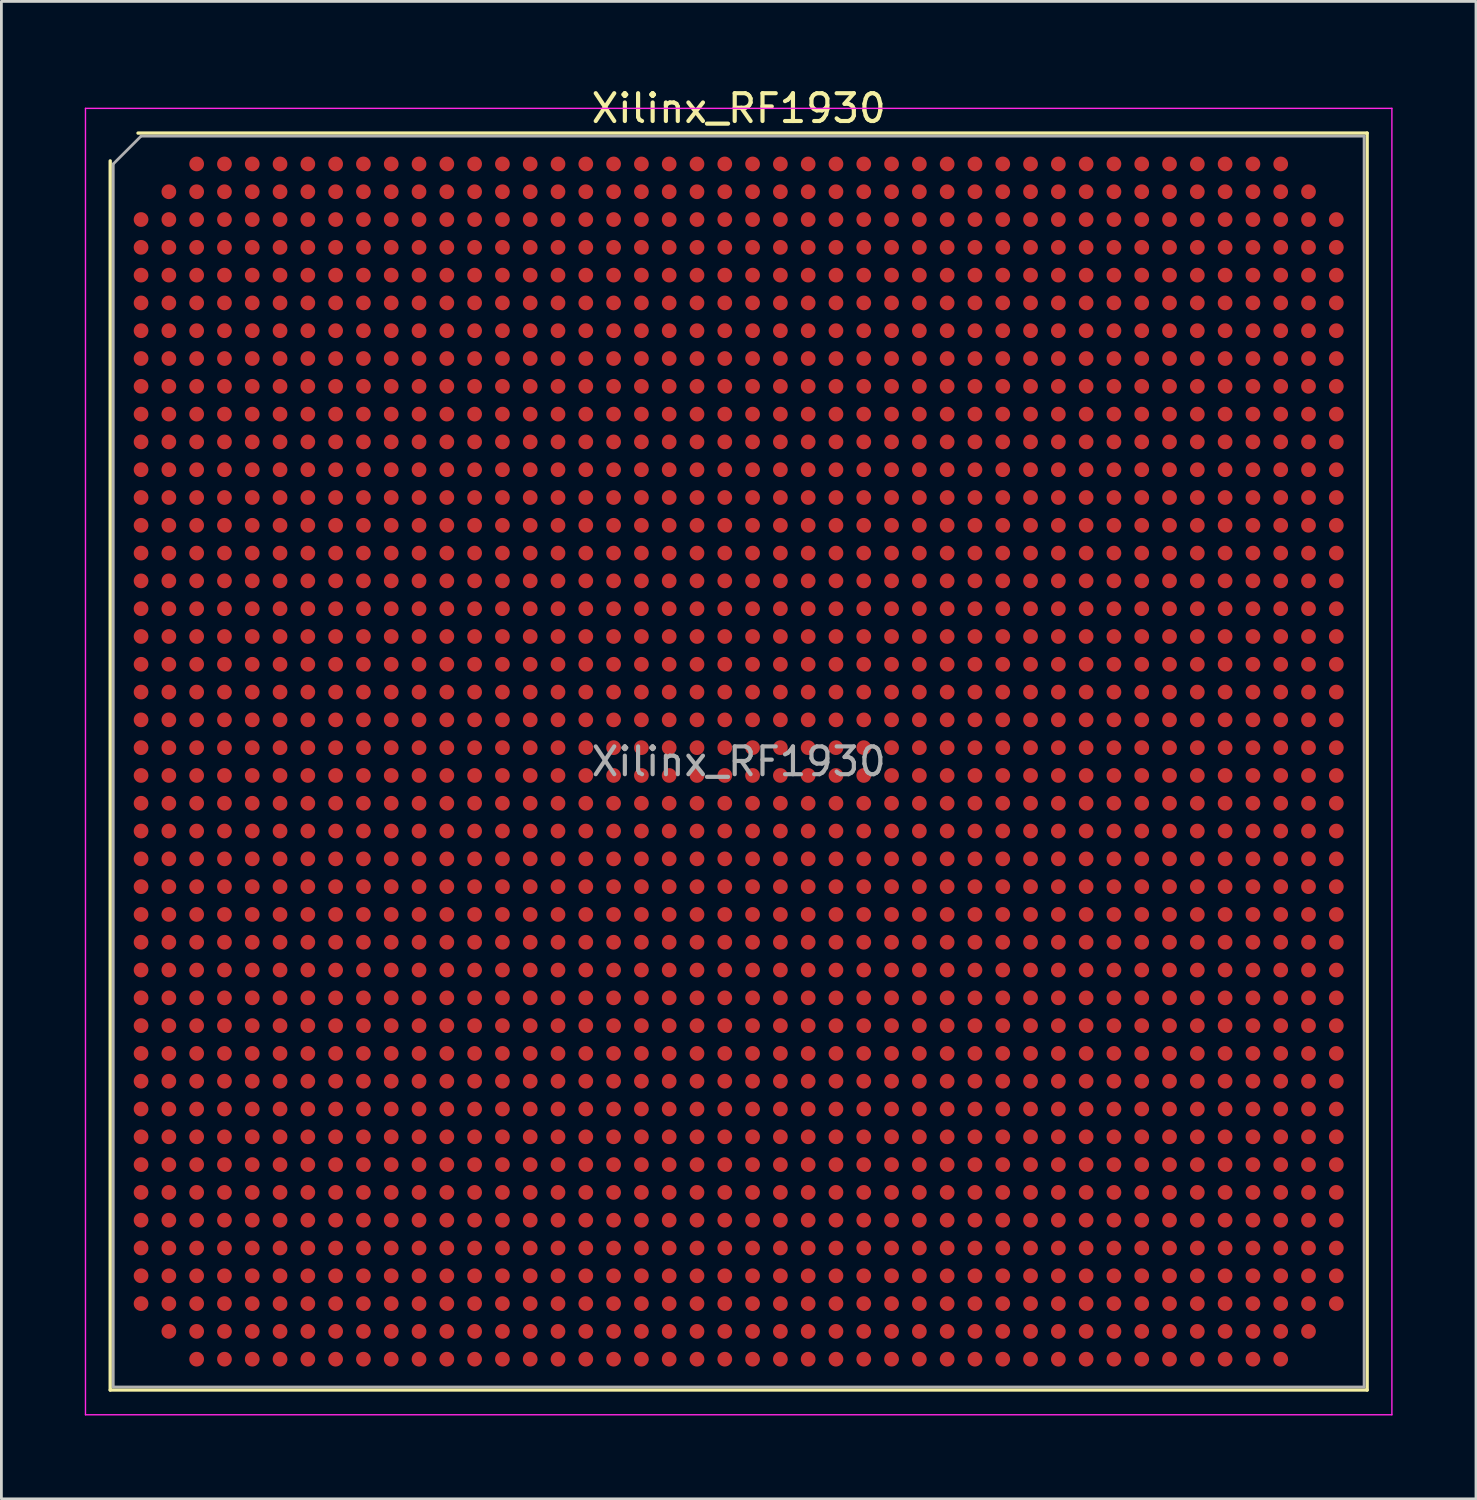
<source format=kicad_pcb>
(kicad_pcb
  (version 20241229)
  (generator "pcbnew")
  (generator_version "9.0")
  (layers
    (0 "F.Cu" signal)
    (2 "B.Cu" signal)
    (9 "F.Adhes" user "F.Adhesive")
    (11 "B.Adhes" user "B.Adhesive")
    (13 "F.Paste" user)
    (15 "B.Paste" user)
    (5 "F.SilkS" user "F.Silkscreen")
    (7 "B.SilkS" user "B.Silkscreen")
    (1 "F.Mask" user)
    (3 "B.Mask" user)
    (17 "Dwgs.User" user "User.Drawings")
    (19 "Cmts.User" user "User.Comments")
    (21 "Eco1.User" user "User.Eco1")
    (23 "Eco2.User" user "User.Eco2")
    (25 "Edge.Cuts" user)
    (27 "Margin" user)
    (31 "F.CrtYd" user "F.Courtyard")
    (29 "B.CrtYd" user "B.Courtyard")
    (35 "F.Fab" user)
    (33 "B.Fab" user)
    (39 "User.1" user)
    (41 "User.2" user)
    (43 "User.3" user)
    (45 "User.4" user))
  (footprint "Xilinx_RF1930"
    (layer "F.Cu")
    (at 23.525 24.348)
    (property "Reference" "Xilinx_RF1930" (at 0 -23.5 0) (layer "F.SilkS") (effects (font (size 1 1) (thickness 0.15))))
    (attr smd)
    (fp_line (start -22.61 22.61) (end -22.61 -21.61) (stroke (width 0.12) (type solid)) (layer "F.SilkS"))
    (fp_line (start -21.61 -22.61) (end 22.61 -22.61) (stroke (width 0.12) (type solid)) (layer "F.SilkS"))
    (fp_line (start 22.61 -22.61) (end 22.61 22.61) (stroke (width 0.12) (type solid)) (layer "F.SilkS"))
    (fp_line (start 22.61 22.61) (end -22.61 22.61) (stroke (width 0.12) (type solid)) (layer "F.SilkS"))
    (fp_line (start -23.5 -23.5) (end -23.5 23.5) (stroke (width 0.05) (type solid)) (layer "F.CrtYd"))
    (fp_line (start -23.5 23.5) (end 23.5 23.5) (stroke (width 0.05) (type solid)) (layer "F.CrtYd"))
    (fp_line (start 23.5 -23.5) (end -23.5 -23.5) (stroke (width 0.05) (type solid)) (layer "F.CrtYd"))
    (fp_line (start 23.5 23.5) (end 23.5 -23.5) (stroke (width 0.05) (type solid)) (layer "F.CrtYd"))
    (fp_line (start -22.5 -21.5) (end -21.5 -22.5) (stroke (width 0.1) (type solid)) (layer "F.Fab"))
    (fp_line (start -22.5 22.5) (end -22.5 -21.5) (stroke (width 0.1) (type solid)) (layer "F.Fab"))
    (fp_line (start -21.5 -22.5) (end 22.5 -22.5) (stroke (width 0.1) (type solid)) (layer "F.Fab"))
    (fp_line (start 22.5 -22.5) (end 22.5 22.5) (stroke (width 0.1) (type solid)) (layer "F.Fab"))
    (fp_line (start 22.5 22.5) (end -22.5 22.5) (stroke (width 0.1) (type solid)) (layer "F.Fab"))
    (fp_text user "${REFERENCE}" (at 0 0 0) (layer "F.Fab") (effects (font (size 1 1) (thickness 0.15))))
    (pad "A3" smd circle (at -19.5 -21.5) (size 0.53 0.53) (layers "F.Cu" "F.Mask" "F.Paste"))
    (pad "A4" smd circle (at -18.5 -21.5) (size 0.53 0.53) (layers "F.Cu" "F.Mask" "F.Paste"))
    (pad "A5" smd circle (at -17.5 -21.5) (size 0.53 0.53) (layers "F.Cu" "F.Mask" "F.Paste"))
    (pad "A6" smd circle (at -16.5 -21.5) (size 0.53 0.53) (layers "F.Cu" "F.Mask" "F.Paste"))
    (pad "A7" smd circle (at -15.5 -21.5) (size 0.53 0.53) (layers "F.Cu" "F.Mask" "F.Paste"))
    (pad "A8" smd circle (at -14.5 -21.5) (size 0.53 0.53) (layers "F.Cu" "F.Mask" "F.Paste"))
    (pad "A9" smd circle (at -13.5 -21.5) (size 0.53 0.53) (layers "F.Cu" "F.Mask" "F.Paste"))
    (pad "A10" smd circle (at -12.5 -21.5) (size 0.53 0.53) (layers "F.Cu" "F.Mask" "F.Paste"))
    (pad "A11" smd circle (at -11.5 -21.5) (size 0.53 0.53) (layers "F.Cu" "F.Mask" "F.Paste"))
    (pad "A12" smd circle (at -10.5 -21.5) (size 0.53 0.53) (layers "F.Cu" "F.Mask" "F.Paste"))
    (pad "A13" smd circle (at -9.5 -21.5) (size 0.53 0.53) (layers "F.Cu" "F.Mask" "F.Paste"))
    (pad "A14" smd circle (at -8.5 -21.5) (size 0.53 0.53) (layers "F.Cu" "F.Mask" "F.Paste"))
    (pad "A15" smd circle (at -7.5 -21.5) (size 0.53 0.53) (layers "F.Cu" "F.Mask" "F.Paste"))
    (pad "A16" smd circle (at -6.5 -21.5) (size 0.53 0.53) (layers "F.Cu" "F.Mask" "F.Paste"))
    (pad "A17" smd circle (at -5.5 -21.5) (size 0.53 0.53) (layers "F.Cu" "F.Mask" "F.Paste"))
    (pad "A18" smd circle (at -4.5 -21.5) (size 0.53 0.53) (layers "F.Cu" "F.Mask" "F.Paste"))
    (pad "A19" smd circle (at -3.5 -21.5) (size 0.53 0.53) (layers "F.Cu" "F.Mask" "F.Paste"))
    (pad "A20" smd circle (at -2.5 -21.5) (size 0.53 0.53) (layers "F.Cu" "F.Mask" "F.Paste"))
    (pad "A21" smd circle (at -1.5 -21.5) (size 0.53 0.53) (layers "F.Cu" "F.Mask" "F.Paste"))
    (pad "A22" smd circle (at -0.5 -21.5) (size 0.53 0.53) (layers "F.Cu" "F.Mask" "F.Paste"))
    (pad "A23" smd circle (at 0.5 -21.5) (size 0.53 0.53) (layers "F.Cu" "F.Mask" "F.Paste"))
    (pad "A24" smd circle (at 1.5 -21.5) (size 0.53 0.53) (layers "F.Cu" "F.Mask" "F.Paste"))
    (pad "A25" smd circle (at 2.5 -21.5) (size 0.53 0.53) (layers "F.Cu" "F.Mask" "F.Paste"))
    (pad "A26" smd circle (at 3.5 -21.5) (size 0.53 0.53) (layers "F.Cu" "F.Mask" "F.Paste"))
    (pad "A27" smd circle (at 4.5 -21.5) (size 0.53 0.53) (layers "F.Cu" "F.Mask" "F.Paste"))
    (pad "A28" smd circle (at 5.5 -21.5) (size 0.53 0.53) (layers "F.Cu" "F.Mask" "F.Paste"))
    (pad "A29" smd circle (at 6.5 -21.5) (size 0.53 0.53) (layers "F.Cu" "F.Mask" "F.Paste"))
    (pad "A30" smd circle (at 7.5 -21.5) (size 0.53 0.53) (layers "F.Cu" "F.Mask" "F.Paste"))
    (pad "A31" smd circle (at 8.5 -21.5) (size 0.53 0.53) (layers "F.Cu" "F.Mask" "F.Paste"))
    (pad "A32" smd circle (at 9.5 -21.5) (size 0.53 0.53) (layers "F.Cu" "F.Mask" "F.Paste"))
    (pad "A33" smd circle (at 10.5 -21.5) (size 0.53 0.53) (layers "F.Cu" "F.Mask" "F.Paste"))
    (pad "A34" smd circle (at 11.5 -21.5) (size 0.53 0.53) (layers "F.Cu" "F.Mask" "F.Paste"))
    (pad "A35" smd circle (at 12.5 -21.5) (size 0.53 0.53) (layers "F.Cu" "F.Mask" "F.Paste"))
    (pad "A36" smd circle (at 13.5 -21.5) (size 0.53 0.53) (layers "F.Cu" "F.Mask" "F.Paste"))
    (pad "A37" smd circle (at 14.5 -21.5) (size 0.53 0.53) (layers "F.Cu" "F.Mask" "F.Paste"))
    (pad "A38" smd circle (at 15.5 -21.5) (size 0.53 0.53) (layers "F.Cu" "F.Mask" "F.Paste"))
    (pad "A39" smd circle (at 16.5 -21.5) (size 0.53 0.53) (layers "F.Cu" "F.Mask" "F.Paste"))
    (pad "A40" smd circle (at 17.5 -21.5) (size 0.53 0.53) (layers "F.Cu" "F.Mask" "F.Paste"))
    (pad "A41" smd circle (at 18.5 -21.5) (size 0.53 0.53) (layers "F.Cu" "F.Mask" "F.Paste"))
    (pad "A42" smd circle (at 19.5 -21.5) (size 0.53 0.53) (layers "F.Cu" "F.Mask" "F.Paste"))
    (pad "AA1" smd circle (at -21.5 -1.5) (size 0.53 0.53) (layers "F.Cu" "F.Mask" "F.Paste"))
    (pad "AA2" smd circle (at -20.5 -1.5) (size 0.53 0.53) (layers "F.Cu" "F.Mask" "F.Paste"))
    (pad "AA3" smd circle (at -19.5 -1.5) (size 0.53 0.53) (layers "F.Cu" "F.Mask" "F.Paste"))
    (pad "AA4" smd circle (at -18.5 -1.5) (size 0.53 0.53) (layers "F.Cu" "F.Mask" "F.Paste"))
    (pad "AA5" smd circle (at -17.5 -1.5) (size 0.53 0.53) (layers "F.Cu" "F.Mask" "F.Paste"))
    (pad "AA6" smd circle (at -16.5 -1.5) (size 0.53 0.53) (layers "F.Cu" "F.Mask" "F.Paste"))
    (pad "AA7" smd circle (at -15.5 -1.5) (size 0.53 0.53) (layers "F.Cu" "F.Mask" "F.Paste"))
    (pad "AA8" smd circle (at -14.5 -1.5) (size 0.53 0.53) (layers "F.Cu" "F.Mask" "F.Paste"))
    (pad "AA9" smd circle (at -13.5 -1.5) (size 0.53 0.53) (layers "F.Cu" "F.Mask" "F.Paste"))
    (pad "AA10" smd circle (at -12.5 -1.5) (size 0.53 0.53) (layers "F.Cu" "F.Mask" "F.Paste"))
    (pad "AA11" smd circle (at -11.5 -1.5) (size 0.53 0.53) (layers "F.Cu" "F.Mask" "F.Paste"))
    (pad "AA12" smd circle (at -10.5 -1.5) (size 0.53 0.53) (layers "F.Cu" "F.Mask" "F.Paste"))
    (pad "AA13" smd circle (at -9.5 -1.5) (size 0.53 0.53) (layers "F.Cu" "F.Mask" "F.Paste"))
    (pad "AA14" smd circle (at -8.5 -1.5) (size 0.53 0.53) (layers "F.Cu" "F.Mask" "F.Paste"))
    (pad "AA15" smd circle (at -7.5 -1.5) (size 0.53 0.53) (layers "F.Cu" "F.Mask" "F.Paste"))
    (pad "AA16" smd circle (at -6.5 -1.5) (size 0.53 0.53) (layers "F.Cu" "F.Mask" "F.Paste"))
    (pad "AA17" smd circle (at -5.5 -1.5) (size 0.53 0.53) (layers "F.Cu" "F.Mask" "F.Paste"))
    (pad "AA18" smd circle (at -4.5 -1.5) (size 0.53 0.53) (layers "F.Cu" "F.Mask" "F.Paste"))
    (pad "AA19" smd circle (at -3.5 -1.5) (size 0.53 0.53) (layers "F.Cu" "F.Mask" "F.Paste"))
    (pad "AA20" smd circle (at -2.5 -1.5) (size 0.53 0.53) (layers "F.Cu" "F.Mask" "F.Paste"))
    (pad "AA21" smd circle (at -1.5 -1.5) (size 0.53 0.53) (layers "F.Cu" "F.Mask" "F.Paste"))
    (pad "AA22" smd circle (at -0.5 -1.5) (size 0.53 0.53) (layers "F.Cu" "F.Mask" "F.Paste"))
    (pad "AA23" smd circle (at 0.5 -1.5) (size 0.53 0.53) (layers "F.Cu" "F.Mask" "F.Paste"))
    (pad "AA24" smd circle (at 1.5 -1.5) (size 0.53 0.53) (layers "F.Cu" "F.Mask" "F.Paste"))
    (pad "AA25" smd circle (at 2.5 -1.5) (size 0.53 0.53) (layers "F.Cu" "F.Mask" "F.Paste"))
    (pad "AA26" smd circle (at 3.5 -1.5) (size 0.53 0.53) (layers "F.Cu" "F.Mask" "F.Paste"))
    (pad "AA27" smd circle (at 4.5 -1.5) (size 0.53 0.53) (layers "F.Cu" "F.Mask" "F.Paste"))
    (pad "AA28" smd circle (at 5.5 -1.5) (size 0.53 0.53) (layers "F.Cu" "F.Mask" "F.Paste"))
    (pad "AA29" smd circle (at 6.5 -1.5) (size 0.53 0.53) (layers "F.Cu" "F.Mask" "F.Paste"))
    (pad "AA30" smd circle (at 7.5 -1.5) (size 0.53 0.53) (layers "F.Cu" "F.Mask" "F.Paste"))
    (pad "AA31" smd circle (at 8.5 -1.5) (size 0.53 0.53) (layers "F.Cu" "F.Mask" "F.Paste"))
    (pad "AA32" smd circle (at 9.5 -1.5) (size 0.53 0.53) (layers "F.Cu" "F.Mask" "F.Paste"))
    (pad "AA33" smd circle (at 10.5 -1.5) (size 0.53 0.53) (layers "F.Cu" "F.Mask" "F.Paste"))
    (pad "AA34" smd circle (at 11.5 -1.5) (size 0.53 0.53) (layers "F.Cu" "F.Mask" "F.Paste"))
    (pad "AA35" smd circle (at 12.5 -1.5) (size 0.53 0.53) (layers "F.Cu" "F.Mask" "F.Paste"))
    (pad "AA36" smd circle (at 13.5 -1.5) (size 0.53 0.53) (layers "F.Cu" "F.Mask" "F.Paste"))
    (pad "AA37" smd circle (at 14.5 -1.5) (size 0.53 0.53) (layers "F.Cu" "F.Mask" "F.Paste"))
    (pad "AA38" smd circle (at 15.5 -1.5) (size 0.53 0.53) (layers "F.Cu" "F.Mask" "F.Paste"))
    (pad "AA39" smd circle (at 16.5 -1.5) (size 0.53 0.53) (layers "F.Cu" "F.Mask" "F.Paste"))
    (pad "AA40" smd circle (at 17.5 -1.5) (size 0.53 0.53) (layers "F.Cu" "F.Mask" "F.Paste"))
    (pad "AA41" smd circle (at 18.5 -1.5) (size 0.53 0.53) (layers "F.Cu" "F.Mask" "F.Paste"))
    (pad "AA42" smd circle (at 19.5 -1.5) (size 0.53 0.53) (layers "F.Cu" "F.Mask" "F.Paste"))
    (pad "AA43" smd circle (at 20.5 -1.5) (size 0.53 0.53) (layers "F.Cu" "F.Mask" "F.Paste"))
    (pad "AA44" smd circle (at 21.5 -1.5) (size 0.53 0.53) (layers "F.Cu" "F.Mask" "F.Paste"))
    (pad "AB1" smd circle (at -21.5 -0.5) (size 0.53 0.53) (layers "F.Cu" "F.Mask" "F.Paste"))
    (pad "AB2" smd circle (at -20.5 -0.5) (size 0.53 0.53) (layers "F.Cu" "F.Mask" "F.Paste"))
    (pad "AB3" smd circle (at -19.5 -0.5) (size 0.53 0.53) (layers "F.Cu" "F.Mask" "F.Paste"))
    (pad "AB4" smd circle (at -18.5 -0.5) (size 0.53 0.53) (layers "F.Cu" "F.Mask" "F.Paste"))
    (pad "AB5" smd circle (at -17.5 -0.5) (size 0.53 0.53) (layers "F.Cu" "F.Mask" "F.Paste"))
    (pad "AB6" smd circle (at -16.5 -0.5) (size 0.53 0.53) (layers "F.Cu" "F.Mask" "F.Paste"))
    (pad "AB7" smd circle (at -15.5 -0.5) (size 0.53 0.53) (layers "F.Cu" "F.Mask" "F.Paste"))
    (pad "AB8" smd circle (at -14.5 -0.5) (size 0.53 0.53) (layers "F.Cu" "F.Mask" "F.Paste"))
    (pad "AB9" smd circle (at -13.5 -0.5) (size 0.53 0.53) (layers "F.Cu" "F.Mask" "F.Paste"))
    (pad "AB10" smd circle (at -12.5 -0.5) (size 0.53 0.53) (layers "F.Cu" "F.Mask" "F.Paste"))
    (pad "AB11" smd circle (at -11.5 -0.5) (size 0.53 0.53) (layers "F.Cu" "F.Mask" "F.Paste"))
    (pad "AB12" smd circle (at -10.5 -0.5) (size 0.53 0.53) (layers "F.Cu" "F.Mask" "F.Paste"))
    (pad "AB13" smd circle (at -9.5 -0.5) (size 0.53 0.53) (layers "F.Cu" "F.Mask" "F.Paste"))
    (pad "AB14" smd circle (at -8.5 -0.5) (size 0.53 0.53) (layers "F.Cu" "F.Mask" "F.Paste"))
    (pad "AB15" smd circle (at -7.5 -0.5) (size 0.53 0.53) (layers "F.Cu" "F.Mask" "F.Paste"))
    (pad "AB16" smd circle (at -6.5 -0.5) (size 0.53 0.53) (layers "F.Cu" "F.Mask" "F.Paste"))
    (pad "AB17" smd circle (at -5.5 -0.5) (size 0.53 0.53) (layers "F.Cu" "F.Mask" "F.Paste"))
    (pad "AB18" smd circle (at -4.5 -0.5) (size 0.53 0.53) (layers "F.Cu" "F.Mask" "F.Paste"))
    (pad "AB19" smd circle (at -3.5 -0.5) (size 0.53 0.53) (layers "F.Cu" "F.Mask" "F.Paste"))
    (pad "AB20" smd circle (at -2.5 -0.5) (size 0.53 0.53) (layers "F.Cu" "F.Mask" "F.Paste"))
    (pad "AB21" smd circle (at -1.5 -0.5) (size 0.53 0.53) (layers "F.Cu" "F.Mask" "F.Paste"))
    (pad "AB22" smd circle (at -0.5 -0.5) (size 0.53 0.53) (layers "F.Cu" "F.Mask" "F.Paste"))
    (pad "AB23" smd circle (at 0.5 -0.5) (size 0.53 0.53) (layers "F.Cu" "F.Mask" "F.Paste"))
    (pad "AB24" smd circle (at 1.5 -0.5) (size 0.53 0.53) (layers "F.Cu" "F.Mask" "F.Paste"))
    (pad "AB25" smd circle (at 2.5 -0.5) (size 0.53 0.53) (layers "F.Cu" "F.Mask" "F.Paste"))
    (pad "AB26" smd circle (at 3.5 -0.5) (size 0.53 0.53) (layers "F.Cu" "F.Mask" "F.Paste"))
    (pad "AB27" smd circle (at 4.5 -0.5) (size 0.53 0.53) (layers "F.Cu" "F.Mask" "F.Paste"))
    (pad "AB28" smd circle (at 5.5 -0.5) (size 0.53 0.53) (layers "F.Cu" "F.Mask" "F.Paste"))
    (pad "AB29" smd circle (at 6.5 -0.5) (size 0.53 0.53) (layers "F.Cu" "F.Mask" "F.Paste"))
    (pad "AB30" smd circle (at 7.5 -0.5) (size 0.53 0.53) (layers "F.Cu" "F.Mask" "F.Paste"))
    (pad "AB31" smd circle (at 8.5 -0.5) (size 0.53 0.53) (layers "F.Cu" "F.Mask" "F.Paste"))
    (pad "AB32" smd circle (at 9.5 -0.5) (size 0.53 0.53) (layers "F.Cu" "F.Mask" "F.Paste"))
    (pad "AB33" smd circle (at 10.5 -0.5) (size 0.53 0.53) (layers "F.Cu" "F.Mask" "F.Paste"))
    (pad "AB34" smd circle (at 11.5 -0.5) (size 0.53 0.53) (layers "F.Cu" "F.Mask" "F.Paste"))
    (pad "AB35" smd circle (at 12.5 -0.5) (size 0.53 0.53) (layers "F.Cu" "F.Mask" "F.Paste"))
    (pad "AB36" smd circle (at 13.5 -0.5) (size 0.53 0.53) (layers "F.Cu" "F.Mask" "F.Paste"))
    (pad "AB37" smd circle (at 14.5 -0.5) (size 0.53 0.53) (layers "F.Cu" "F.Mask" "F.Paste"))
    (pad "AB38" smd circle (at 15.5 -0.5) (size 0.53 0.53) (layers "F.Cu" "F.Mask" "F.Paste"))
    (pad "AB39" smd circle (at 16.5 -0.5) (size 0.53 0.53) (layers "F.Cu" "F.Mask" "F.Paste"))
    (pad "AB40" smd circle (at 17.5 -0.5) (size 0.53 0.53) (layers "F.Cu" "F.Mask" "F.Paste"))
    (pad "AB41" smd circle (at 18.5 -0.5) (size 0.53 0.53) (layers "F.Cu" "F.Mask" "F.Paste"))
    (pad "AB42" smd circle (at 19.5 -0.5) (size 0.53 0.53) (layers "F.Cu" "F.Mask" "F.Paste"))
    (pad "AB43" smd circle (at 20.5 -0.5) (size 0.53 0.53) (layers "F.Cu" "F.Mask" "F.Paste"))
    (pad "AB44" smd circle (at 21.5 -0.5) (size 0.53 0.53) (layers "F.Cu" "F.Mask" "F.Paste"))
    (pad "AC1" smd circle (at -21.5 0.5) (size 0.53 0.53) (layers "F.Cu" "F.Mask" "F.Paste"))
    (pad "AC2" smd circle (at -20.5 0.5) (size 0.53 0.53) (layers "F.Cu" "F.Mask" "F.Paste"))
    (pad "AC3" smd circle (at -19.5 0.5) (size 0.53 0.53) (layers "F.Cu" "F.Mask" "F.Paste"))
    (pad "AC4" smd circle (at -18.5 0.5) (size 0.53 0.53) (layers "F.Cu" "F.Mask" "F.Paste"))
    (pad "AC5" smd circle (at -17.5 0.5) (size 0.53 0.53) (layers "F.Cu" "F.Mask" "F.Paste"))
    (pad "AC6" smd circle (at -16.5 0.5) (size 0.53 0.53) (layers "F.Cu" "F.Mask" "F.Paste"))
    (pad "AC7" smd circle (at -15.5 0.5) (size 0.53 0.53) (layers "F.Cu" "F.Mask" "F.Paste"))
    (pad "AC8" smd circle (at -14.5 0.5) (size 0.53 0.53) (layers "F.Cu" "F.Mask" "F.Paste"))
    (pad "AC9" smd circle (at -13.5 0.5) (size 0.53 0.53) (layers "F.Cu" "F.Mask" "F.Paste"))
    (pad "AC10" smd circle (at -12.5 0.5) (size 0.53 0.53) (layers "F.Cu" "F.Mask" "F.Paste"))
    (pad "AC11" smd circle (at -11.5 0.5) (size 0.53 0.53) (layers "F.Cu" "F.Mask" "F.Paste"))
    (pad "AC12" smd circle (at -10.5 0.5) (size 0.53 0.53) (layers "F.Cu" "F.Mask" "F.Paste"))
    (pad "AC13" smd circle (at -9.5 0.5) (size 0.53 0.53) (layers "F.Cu" "F.Mask" "F.Paste"))
    (pad "AC14" smd circle (at -8.5 0.5) (size 0.53 0.53) (layers "F.Cu" "F.Mask" "F.Paste"))
    (pad "AC15" smd circle (at -7.5 0.5) (size 0.53 0.53) (layers "F.Cu" "F.Mask" "F.Paste"))
    (pad "AC16" smd circle (at -6.5 0.5) (size 0.53 0.53) (layers "F.Cu" "F.Mask" "F.Paste"))
    (pad "AC17" smd circle (at -5.5 0.5) (size 0.53 0.53) (layers "F.Cu" "F.Mask" "F.Paste"))
    (pad "AC18" smd circle (at -4.5 0.5) (size 0.53 0.53) (layers "F.Cu" "F.Mask" "F.Paste"))
    (pad "AC19" smd circle (at -3.5 0.5) (size 0.53 0.53) (layers "F.Cu" "F.Mask" "F.Paste"))
    (pad "AC20" smd circle (at -2.5 0.5) (size 0.53 0.53) (layers "F.Cu" "F.Mask" "F.Paste"))
    (pad "AC21" smd circle (at -1.5 0.5) (size 0.53 0.53) (layers "F.Cu" "F.Mask" "F.Paste"))
    (pad "AC22" smd circle (at -0.5 0.5) (size 0.53 0.53) (layers "F.Cu" "F.Mask" "F.Paste"))
    (pad "AC23" smd circle (at 0.5 0.5) (size 0.53 0.53) (layers "F.Cu" "F.Mask" "F.Paste"))
    (pad "AC24" smd circle (at 1.5 0.5) (size 0.53 0.53) (layers "F.Cu" "F.Mask" "F.Paste"))
    (pad "AC25" smd circle (at 2.5 0.5) (size 0.53 0.53) (layers "F.Cu" "F.Mask" "F.Paste"))
    (pad "AC26" smd circle (at 3.5 0.5) (size 0.53 0.53) (layers "F.Cu" "F.Mask" "F.Paste"))
    (pad "AC27" smd circle (at 4.5 0.5) (size 0.53 0.53) (layers "F.Cu" "F.Mask" "F.Paste"))
    (pad "AC28" smd circle (at 5.5 0.5) (size 0.53 0.53) (layers "F.Cu" "F.Mask" "F.Paste"))
    (pad "AC29" smd circle (at 6.5 0.5) (size 0.53 0.53) (layers "F.Cu" "F.Mask" "F.Paste"))
    (pad "AC30" smd circle (at 7.5 0.5) (size 0.53 0.53) (layers "F.Cu" "F.Mask" "F.Paste"))
    (pad "AC31" smd circle (at 8.5 0.5) (size 0.53 0.53) (layers "F.Cu" "F.Mask" "F.Paste"))
    (pad "AC32" smd circle (at 9.5 0.5) (size 0.53 0.53) (layers "F.Cu" "F.Mask" "F.Paste"))
    (pad "AC33" smd circle (at 10.5 0.5) (size 0.53 0.53) (layers "F.Cu" "F.Mask" "F.Paste"))
    (pad "AC34" smd circle (at 11.5 0.5) (size 0.53 0.53) (layers "F.Cu" "F.Mask" "F.Paste"))
    (pad "AC35" smd circle (at 12.5 0.5) (size 0.53 0.53) (layers "F.Cu" "F.Mask" "F.Paste"))
    (pad "AC36" smd circle (at 13.5 0.5) (size 0.53 0.53) (layers "F.Cu" "F.Mask" "F.Paste"))
    (pad "AC37" smd circle (at 14.5 0.5) (size 0.53 0.53) (layers "F.Cu" "F.Mask" "F.Paste"))
    (pad "AC38" smd circle (at 15.5 0.5) (size 0.53 0.53) (layers "F.Cu" "F.Mask" "F.Paste"))
    (pad "AC39" smd circle (at 16.5 0.5) (size 0.53 0.53) (layers "F.Cu" "F.Mask" "F.Paste"))
    (pad "AC40" smd circle (at 17.5 0.5) (size 0.53 0.53) (layers "F.Cu" "F.Mask" "F.Paste"))
    (pad "AC41" smd circle (at 18.5 0.5) (size 0.53 0.53) (layers "F.Cu" "F.Mask" "F.Paste"))
    (pad "AC42" smd circle (at 19.5 0.5) (size 0.53 0.53) (layers "F.Cu" "F.Mask" "F.Paste"))
    (pad "AC43" smd circle (at 20.5 0.5) (size 0.53 0.53) (layers "F.Cu" "F.Mask" "F.Paste"))
    (pad "AC44" smd circle (at 21.5 0.5) (size 0.53 0.53) (layers "F.Cu" "F.Mask" "F.Paste"))
    (pad "AD1" smd circle (at -21.5 1.5) (size 0.53 0.53) (layers "F.Cu" "F.Mask" "F.Paste"))
    (pad "AD2" smd circle (at -20.5 1.5) (size 0.53 0.53) (layers "F.Cu" "F.Mask" "F.Paste"))
    (pad "AD3" smd circle (at -19.5 1.5) (size 0.53 0.53) (layers "F.Cu" "F.Mask" "F.Paste"))
    (pad "AD4" smd circle (at -18.5 1.5) (size 0.53 0.53) (layers "F.Cu" "F.Mask" "F.Paste"))
    (pad "AD5" smd circle (at -17.5 1.5) (size 0.53 0.53) (layers "F.Cu" "F.Mask" "F.Paste"))
    (pad "AD6" smd circle (at -16.5 1.5) (size 0.53 0.53) (layers "F.Cu" "F.Mask" "F.Paste"))
    (pad "AD7" smd circle (at -15.5 1.5) (size 0.53 0.53) (layers "F.Cu" "F.Mask" "F.Paste"))
    (pad "AD8" smd circle (at -14.5 1.5) (size 0.53 0.53) (layers "F.Cu" "F.Mask" "F.Paste"))
    (pad "AD9" smd circle (at -13.5 1.5) (size 0.53 0.53) (layers "F.Cu" "F.Mask" "F.Paste"))
    (pad "AD10" smd circle (at -12.5 1.5) (size 0.53 0.53) (layers "F.Cu" "F.Mask" "F.Paste"))
    (pad "AD11" smd circle (at -11.5 1.5) (size 0.53 0.53) (layers "F.Cu" "F.Mask" "F.Paste"))
    (pad "AD12" smd circle (at -10.5 1.5) (size 0.53 0.53) (layers "F.Cu" "F.Mask" "F.Paste"))
    (pad "AD13" smd circle (at -9.5 1.5) (size 0.53 0.53) (layers "F.Cu" "F.Mask" "F.Paste"))
    (pad "AD14" smd circle (at -8.5 1.5) (size 0.53 0.53) (layers "F.Cu" "F.Mask" "F.Paste"))
    (pad "AD15" smd circle (at -7.5 1.5) (size 0.53 0.53) (layers "F.Cu" "F.Mask" "F.Paste"))
    (pad "AD16" smd circle (at -6.5 1.5) (size 0.53 0.53) (layers "F.Cu" "F.Mask" "F.Paste"))
    (pad "AD17" smd circle (at -5.5 1.5) (size 0.53 0.53) (layers "F.Cu" "F.Mask" "F.Paste"))
    (pad "AD18" smd circle (at -4.5 1.5) (size 0.53 0.53) (layers "F.Cu" "F.Mask" "F.Paste"))
    (pad "AD19" smd circle (at -3.5 1.5) (size 0.53 0.53) (layers "F.Cu" "F.Mask" "F.Paste"))
    (pad "AD20" smd circle (at -2.5 1.5) (size 0.53 0.53) (layers "F.Cu" "F.Mask" "F.Paste"))
    (pad "AD21" smd circle (at -1.5 1.5) (size 0.53 0.53) (layers "F.Cu" "F.Mask" "F.Paste"))
    (pad "AD22" smd circle (at -0.5 1.5) (size 0.53 0.53) (layers "F.Cu" "F.Mask" "F.Paste"))
    (pad "AD23" smd circle (at 0.5 1.5) (size 0.53 0.53) (layers "F.Cu" "F.Mask" "F.Paste"))
    (pad "AD24" smd circle (at 1.5 1.5) (size 0.53 0.53) (layers "F.Cu" "F.Mask" "F.Paste"))
    (pad "AD25" smd circle (at 2.5 1.5) (size 0.53 0.53) (layers "F.Cu" "F.Mask" "F.Paste"))
    (pad "AD26" smd circle (at 3.5 1.5) (size 0.53 0.53) (layers "F.Cu" "F.Mask" "F.Paste"))
    (pad "AD27" smd circle (at 4.5 1.5) (size 0.53 0.53) (layers "F.Cu" "F.Mask" "F.Paste"))
    (pad "AD28" smd circle (at 5.5 1.5) (size 0.53 0.53) (layers "F.Cu" "F.Mask" "F.Paste"))
    (pad "AD29" smd circle (at 6.5 1.5) (size 0.53 0.53) (layers "F.Cu" "F.Mask" "F.Paste"))
    (pad "AD30" smd circle (at 7.5 1.5) (size 0.53 0.53) (layers "F.Cu" "F.Mask" "F.Paste"))
    (pad "AD31" smd circle (at 8.5 1.5) (size 0.53 0.53) (layers "F.Cu" "F.Mask" "F.Paste"))
    (pad "AD32" smd circle (at 9.5 1.5) (size 0.53 0.53) (layers "F.Cu" "F.Mask" "F.Paste"))
    (pad "AD33" smd circle (at 10.5 1.5) (size 0.53 0.53) (layers "F.Cu" "F.Mask" "F.Paste"))
    (pad "AD34" smd circle (at 11.5 1.5) (size 0.53 0.53) (layers "F.Cu" "F.Mask" "F.Paste"))
    (pad "AD35" smd circle (at 12.5 1.5) (size 0.53 0.53) (layers "F.Cu" "F.Mask" "F.Paste"))
    (pad "AD36" smd circle (at 13.5 1.5) (size 0.53 0.53) (layers "F.Cu" "F.Mask" "F.Paste"))
    (pad "AD37" smd circle (at 14.5 1.5) (size 0.53 0.53) (layers "F.Cu" "F.Mask" "F.Paste"))
    (pad "AD38" smd circle (at 15.5 1.5) (size 0.53 0.53) (layers "F.Cu" "F.Mask" "F.Paste"))
    (pad "AD39" smd circle (at 16.5 1.5) (size 0.53 0.53) (layers "F.Cu" "F.Mask" "F.Paste"))
    (pad "AD40" smd circle (at 17.5 1.5) (size 0.53 0.53) (layers "F.Cu" "F.Mask" "F.Paste"))
    (pad "AD41" smd circle (at 18.5 1.5) (size 0.53 0.53) (layers "F.Cu" "F.Mask" "F.Paste"))
    (pad "AD42" smd circle (at 19.5 1.5) (size 0.53 0.53) (layers "F.Cu" "F.Mask" "F.Paste"))
    (pad "AD43" smd circle (at 20.5 1.5) (size 0.53 0.53) (layers "F.Cu" "F.Mask" "F.Paste"))
    (pad "AD44" smd circle (at 21.5 1.5) (size 0.53 0.53) (layers "F.Cu" "F.Mask" "F.Paste"))
    (pad "AE1" smd circle (at -21.5 2.5) (size 0.53 0.53) (layers "F.Cu" "F.Mask" "F.Paste"))
    (pad "AE2" smd circle (at -20.5 2.5) (size 0.53 0.53) (layers "F.Cu" "F.Mask" "F.Paste"))
    (pad "AE3" smd circle (at -19.5 2.5) (size 0.53 0.53) (layers "F.Cu" "F.Mask" "F.Paste"))
    (pad "AE4" smd circle (at -18.5 2.5) (size 0.53 0.53) (layers "F.Cu" "F.Mask" "F.Paste"))
    (pad "AE5" smd circle (at -17.5 2.5) (size 0.53 0.53) (layers "F.Cu" "F.Mask" "F.Paste"))
    (pad "AE6" smd circle (at -16.5 2.5) (size 0.53 0.53) (layers "F.Cu" "F.Mask" "F.Paste"))
    (pad "AE7" smd circle (at -15.5 2.5) (size 0.53 0.53) (layers "F.Cu" "F.Mask" "F.Paste"))
    (pad "AE8" smd circle (at -14.5 2.5) (size 0.53 0.53) (layers "F.Cu" "F.Mask" "F.Paste"))
    (pad "AE9" smd circle (at -13.5 2.5) (size 0.53 0.53) (layers "F.Cu" "F.Mask" "F.Paste"))
    (pad "AE10" smd circle (at -12.5 2.5) (size 0.53 0.53) (layers "F.Cu" "F.Mask" "F.Paste"))
    (pad "AE11" smd circle (at -11.5 2.5) (size 0.53 0.53) (layers "F.Cu" "F.Mask" "F.Paste"))
    (pad "AE12" smd circle (at -10.5 2.5) (size 0.53 0.53) (layers "F.Cu" "F.Mask" "F.Paste"))
    (pad "AE13" smd circle (at -9.5 2.5) (size 0.53 0.53) (layers "F.Cu" "F.Mask" "F.Paste"))
    (pad "AE14" smd circle (at -8.5 2.5) (size 0.53 0.53) (layers "F.Cu" "F.Mask" "F.Paste"))
    (pad "AE15" smd circle (at -7.5 2.5) (size 0.53 0.53) (layers "F.Cu" "F.Mask" "F.Paste"))
    (pad "AE16" smd circle (at -6.5 2.5) (size 0.53 0.53) (layers "F.Cu" "F.Mask" "F.Paste"))
    (pad "AE17" smd circle (at -5.5 2.5) (size 0.53 0.53) (layers "F.Cu" "F.Mask" "F.Paste"))
    (pad "AE18" smd circle (at -4.5 2.5) (size 0.53 0.53) (layers "F.Cu" "F.Mask" "F.Paste"))
    (pad "AE19" smd circle (at -3.5 2.5) (size 0.53 0.53) (layers "F.Cu" "F.Mask" "F.Paste"))
    (pad "AE20" smd circle (at -2.5 2.5) (size 0.53 0.53) (layers "F.Cu" "F.Mask" "F.Paste"))
    (pad "AE21" smd circle (at -1.5 2.5) (size 0.53 0.53) (layers "F.Cu" "F.Mask" "F.Paste"))
    (pad "AE22" smd circle (at -0.5 2.5) (size 0.53 0.53) (layers "F.Cu" "F.Mask" "F.Paste"))
    (pad "AE23" smd circle (at 0.5 2.5) (size 0.53 0.53) (layers "F.Cu" "F.Mask" "F.Paste"))
    (pad "AE24" smd circle (at 1.5 2.5) (size 0.53 0.53) (layers "F.Cu" "F.Mask" "F.Paste"))
    (pad "AE25" smd circle (at 2.5 2.5) (size 0.53 0.53) (layers "F.Cu" "F.Mask" "F.Paste"))
    (pad "AE26" smd circle (at 3.5 2.5) (size 0.53 0.53) (layers "F.Cu" "F.Mask" "F.Paste"))
    (pad "AE27" smd circle (at 4.5 2.5) (size 0.53 0.53) (layers "F.Cu" "F.Mask" "F.Paste"))
    (pad "AE28" smd circle (at 5.5 2.5) (size 0.53 0.53) (layers "F.Cu" "F.Mask" "F.Paste"))
    (pad "AE29" smd circle (at 6.5 2.5) (size 0.53 0.53) (layers "F.Cu" "F.Mask" "F.Paste"))
    (pad "AE30" smd circle (at 7.5 2.5) (size 0.53 0.53) (layers "F.Cu" "F.Mask" "F.Paste"))
    (pad "AE31" smd circle (at 8.5 2.5) (size 0.53 0.53) (layers "F.Cu" "F.Mask" "F.Paste"))
    (pad "AE32" smd circle (at 9.5 2.5) (size 0.53 0.53) (layers "F.Cu" "F.Mask" "F.Paste"))
    (pad "AE33" smd circle (at 10.5 2.5) (size 0.53 0.53) (layers "F.Cu" "F.Mask" "F.Paste"))
    (pad "AE34" smd circle (at 11.5 2.5) (size 0.53 0.53) (layers "F.Cu" "F.Mask" "F.Paste"))
    (pad "AE35" smd circle (at 12.5 2.5) (size 0.53 0.53) (layers "F.Cu" "F.Mask" "F.Paste"))
    (pad "AE36" smd circle (at 13.5 2.5) (size 0.53 0.53) (layers "F.Cu" "F.Mask" "F.Paste"))
    (pad "AE37" smd circle (at 14.5 2.5) (size 0.53 0.53) (layers "F.Cu" "F.Mask" "F.Paste"))
    (pad "AE38" smd circle (at 15.5 2.5) (size 0.53 0.53) (layers "F.Cu" "F.Mask" "F.Paste"))
    (pad "AE39" smd circle (at 16.5 2.5) (size 0.53 0.53) (layers "F.Cu" "F.Mask" "F.Paste"))
    (pad "AE40" smd circle (at 17.5 2.5) (size 0.53 0.53) (layers "F.Cu" "F.Mask" "F.Paste"))
    (pad "AE41" smd circle (at 18.5 2.5) (size 0.53 0.53) (layers "F.Cu" "F.Mask" "F.Paste"))
    (pad "AE42" smd circle (at 19.5 2.5) (size 0.53 0.53) (layers "F.Cu" "F.Mask" "F.Paste"))
    (pad "AE43" smd circle (at 20.5 2.5) (size 0.53 0.53) (layers "F.Cu" "F.Mask" "F.Paste"))
    (pad "AE44" smd circle (at 21.5 2.5) (size 0.53 0.53) (layers "F.Cu" "F.Mask" "F.Paste"))
    (pad "AF1" smd circle (at -21.5 3.5) (size 0.53 0.53) (layers "F.Cu" "F.Mask" "F.Paste"))
    (pad "AF2" smd circle (at -20.5 3.5) (size 0.53 0.53) (layers "F.Cu" "F.Mask" "F.Paste"))
    (pad "AF3" smd circle (at -19.5 3.5) (size 0.53 0.53) (layers "F.Cu" "F.Mask" "F.Paste"))
    (pad "AF4" smd circle (at -18.5 3.5) (size 0.53 0.53) (layers "F.Cu" "F.Mask" "F.Paste"))
    (pad "AF5" smd circle (at -17.5 3.5) (size 0.53 0.53) (layers "F.Cu" "F.Mask" "F.Paste"))
    (pad "AF6" smd circle (at -16.5 3.5) (size 0.53 0.53) (layers "F.Cu" "F.Mask" "F.Paste"))
    (pad "AF7" smd circle (at -15.5 3.5) (size 0.53 0.53) (layers "F.Cu" "F.Mask" "F.Paste"))
    (pad "AF8" smd circle (at -14.5 3.5) (size 0.53 0.53) (layers "F.Cu" "F.Mask" "F.Paste"))
    (pad "AF9" smd circle (at -13.5 3.5) (size 0.53 0.53) (layers "F.Cu" "F.Mask" "F.Paste"))
    (pad "AF10" smd circle (at -12.5 3.5) (size 0.53 0.53) (layers "F.Cu" "F.Mask" "F.Paste"))
    (pad "AF11" smd circle (at -11.5 3.5) (size 0.53 0.53) (layers "F.Cu" "F.Mask" "F.Paste"))
    (pad "AF12" smd circle (at -10.5 3.5) (size 0.53 0.53) (layers "F.Cu" "F.Mask" "F.Paste"))
    (pad "AF13" smd circle (at -9.5 3.5) (size 0.53 0.53) (layers "F.Cu" "F.Mask" "F.Paste"))
    (pad "AF14" smd circle (at -8.5 3.5) (size 0.53 0.53) (layers "F.Cu" "F.Mask" "F.Paste"))
    (pad "AF15" smd circle (at -7.5 3.5) (size 0.53 0.53) (layers "F.Cu" "F.Mask" "F.Paste"))
    (pad "AF16" smd circle (at -6.5 3.5) (size 0.53 0.53) (layers "F.Cu" "F.Mask" "F.Paste"))
    (pad "AF17" smd circle (at -5.5 3.5) (size 0.53 0.53) (layers "F.Cu" "F.Mask" "F.Paste"))
    (pad "AF18" smd circle (at -4.5 3.5) (size 0.53 0.53) (layers "F.Cu" "F.Mask" "F.Paste"))
    (pad "AF19" smd circle (at -3.5 3.5) (size 0.53 0.53) (layers "F.Cu" "F.Mask" "F.Paste"))
    (pad "AF20" smd circle (at -2.5 3.5) (size 0.53 0.53) (layers "F.Cu" "F.Mask" "F.Paste"))
    (pad "AF21" smd circle (at -1.5 3.5) (size 0.53 0.53) (layers "F.Cu" "F.Mask" "F.Paste"))
    (pad "AF22" smd circle (at -0.5 3.5) (size 0.53 0.53) (layers "F.Cu" "F.Mask" "F.Paste"))
    (pad "AF23" smd circle (at 0.5 3.5) (size 0.53 0.53) (layers "F.Cu" "F.Mask" "F.Paste"))
    (pad "AF24" smd circle (at 1.5 3.5) (size 0.53 0.53) (layers "F.Cu" "F.Mask" "F.Paste"))
    (pad "AF25" smd circle (at 2.5 3.5) (size 0.53 0.53) (layers "F.Cu" "F.Mask" "F.Paste"))
    (pad "AF26" smd circle (at 3.5 3.5) (size 0.53 0.53) (layers "F.Cu" "F.Mask" "F.Paste"))
    (pad "AF27" smd circle (at 4.5 3.5) (size 0.53 0.53) (layers "F.Cu" "F.Mask" "F.Paste"))
    (pad "AF28" smd circle (at 5.5 3.5) (size 0.53 0.53) (layers "F.Cu" "F.Mask" "F.Paste"))
    (pad "AF29" smd circle (at 6.5 3.5) (size 0.53 0.53) (layers "F.Cu" "F.Mask" "F.Paste"))
    (pad "AF30" smd circle (at 7.5 3.5) (size 0.53 0.53) (layers "F.Cu" "F.Mask" "F.Paste"))
    (pad "AF31" smd circle (at 8.5 3.5) (size 0.53 0.53) (layers "F.Cu" "F.Mask" "F.Paste"))
    (pad "AF32" smd circle (at 9.5 3.5) (size 0.53 0.53) (layers "F.Cu" "F.Mask" "F.Paste"))
    (pad "AF33" smd circle (at 10.5 3.5) (size 0.53 0.53) (layers "F.Cu" "F.Mask" "F.Paste"))
    (pad "AF34" smd circle (at 11.5 3.5) (size 0.53 0.53) (layers "F.Cu" "F.Mask" "F.Paste"))
    (pad "AF35" smd circle (at 12.5 3.5) (size 0.53 0.53) (layers "F.Cu" "F.Mask" "F.Paste"))
    (pad "AF36" smd circle (at 13.5 3.5) (size 0.53 0.53) (layers "F.Cu" "F.Mask" "F.Paste"))
    (pad "AF37" smd circle (at 14.5 3.5) (size 0.53 0.53) (layers "F.Cu" "F.Mask" "F.Paste"))
    (pad "AF38" smd circle (at 15.5 3.5) (size 0.53 0.53) (layers "F.Cu" "F.Mask" "F.Paste"))
    (pad "AF39" smd circle (at 16.5 3.5) (size 0.53 0.53) (layers "F.Cu" "F.Mask" "F.Paste"))
    (pad "AF40" smd circle (at 17.5 3.5) (size 0.53 0.53) (layers "F.Cu" "F.Mask" "F.Paste"))
    (pad "AF41" smd circle (at 18.5 3.5) (size 0.53 0.53) (layers "F.Cu" "F.Mask" "F.Paste"))
    (pad "AF42" smd circle (at 19.5 3.5) (size 0.53 0.53) (layers "F.Cu" "F.Mask" "F.Paste"))
    (pad "AF43" smd circle (at 20.5 3.5) (size 0.53 0.53) (layers "F.Cu" "F.Mask" "F.Paste"))
    (pad "AF44" smd circle (at 21.5 3.5) (size 0.53 0.53) (layers "F.Cu" "F.Mask" "F.Paste"))
    (pad "AG1" smd circle (at -21.5 4.5) (size 0.53 0.53) (layers "F.Cu" "F.Mask" "F.Paste"))
    (pad "AG2" smd circle (at -20.5 4.5) (size 0.53 0.53) (layers "F.Cu" "F.Mask" "F.Paste"))
    (pad "AG3" smd circle (at -19.5 4.5) (size 0.53 0.53) (layers "F.Cu" "F.Mask" "F.Paste"))
    (pad "AG4" smd circle (at -18.5 4.5) (size 0.53 0.53) (layers "F.Cu" "F.Mask" "F.Paste"))
    (pad "AG5" smd circle (at -17.5 4.5) (size 0.53 0.53) (layers "F.Cu" "F.Mask" "F.Paste"))
    (pad "AG6" smd circle (at -16.5 4.5) (size 0.53 0.53) (layers "F.Cu" "F.Mask" "F.Paste"))
    (pad "AG7" smd circle (at -15.5 4.5) (size 0.53 0.53) (layers "F.Cu" "F.Mask" "F.Paste"))
    (pad "AG8" smd circle (at -14.5 4.5) (size 0.53 0.53) (layers "F.Cu" "F.Mask" "F.Paste"))
    (pad "AG9" smd circle (at -13.5 4.5) (size 0.53 0.53) (layers "F.Cu" "F.Mask" "F.Paste"))
    (pad "AG10" smd circle (at -12.5 4.5) (size 0.53 0.53) (layers "F.Cu" "F.Mask" "F.Paste"))
    (pad "AG11" smd circle (at -11.5 4.5) (size 0.53 0.53) (layers "F.Cu" "F.Mask" "F.Paste"))
    (pad "AG12" smd circle (at -10.5 4.5) (size 0.53 0.53) (layers "F.Cu" "F.Mask" "F.Paste"))
    (pad "AG13" smd circle (at -9.5 4.5) (size 0.53 0.53) (layers "F.Cu" "F.Mask" "F.Paste"))
    (pad "AG14" smd circle (at -8.5 4.5) (size 0.53 0.53) (layers "F.Cu" "F.Mask" "F.Paste"))
    (pad "AG15" smd circle (at -7.5 4.5) (size 0.53 0.53) (layers "F.Cu" "F.Mask" "F.Paste"))
    (pad "AG16" smd circle (at -6.5 4.5) (size 0.53 0.53) (layers "F.Cu" "F.Mask" "F.Paste"))
    (pad "AG17" smd circle (at -5.5 4.5) (size 0.53 0.53) (layers "F.Cu" "F.Mask" "F.Paste"))
    (pad "AG18" smd circle (at -4.5 4.5) (size 0.53 0.53) (layers "F.Cu" "F.Mask" "F.Paste"))
    (pad "AG19" smd circle (at -3.5 4.5) (size 0.53 0.53) (layers "F.Cu" "F.Mask" "F.Paste"))
    (pad "AG20" smd circle (at -2.5 4.5) (size 0.53 0.53) (layers "F.Cu" "F.Mask" "F.Paste"))
    (pad "AG21" smd circle (at -1.5 4.5) (size 0.53 0.53) (layers "F.Cu" "F.Mask" "F.Paste"))
    (pad "AG22" smd circle (at -0.5 4.5) (size 0.53 0.53) (layers "F.Cu" "F.Mask" "F.Paste"))
    (pad "AG23" smd circle (at 0.5 4.5) (size 0.53 0.53) (layers "F.Cu" "F.Mask" "F.Paste"))
    (pad "AG24" smd circle (at 1.5 4.5) (size 0.53 0.53) (layers "F.Cu" "F.Mask" "F.Paste"))
    (pad "AG25" smd circle (at 2.5 4.5) (size 0.53 0.53) (layers "F.Cu" "F.Mask" "F.Paste"))
    (pad "AG26" smd circle (at 3.5 4.5) (size 0.53 0.53) (layers "F.Cu" "F.Mask" "F.Paste"))
    (pad "AG27" smd circle (at 4.5 4.5) (size 0.53 0.53) (layers "F.Cu" "F.Mask" "F.Paste"))
    (pad "AG28" smd circle (at 5.5 4.5) (size 0.53 0.53) (layers "F.Cu" "F.Mask" "F.Paste"))
    (pad "AG29" smd circle (at 6.5 4.5) (size 0.53 0.53) (layers "F.Cu" "F.Mask" "F.Paste"))
    (pad "AG30" smd circle (at 7.5 4.5) (size 0.53 0.53) (layers "F.Cu" "F.Mask" "F.Paste"))
    (pad "AG31" smd circle (at 8.5 4.5) (size 0.53 0.53) (layers "F.Cu" "F.Mask" "F.Paste"))
    (pad "AG32" smd circle (at 9.5 4.5) (size 0.53 0.53) (layers "F.Cu" "F.Mask" "F.Paste"))
    (pad "AG33" smd circle (at 10.5 4.5) (size 0.53 0.53) (layers "F.Cu" "F.Mask" "F.Paste"))
    (pad "AG34" smd circle (at 11.5 4.5) (size 0.53 0.53) (layers "F.Cu" "F.Mask" "F.Paste"))
    (pad "AG35" smd circle (at 12.5 4.5) (size 0.53 0.53) (layers "F.Cu" "F.Mask" "F.Paste"))
    (pad "AG36" smd circle (at 13.5 4.5) (size 0.53 0.53) (layers "F.Cu" "F.Mask" "F.Paste"))
    (pad "AG37" smd circle (at 14.5 4.5) (size 0.53 0.53) (layers "F.Cu" "F.Mask" "F.Paste"))
    (pad "AG38" smd circle (at 15.5 4.5) (size 0.53 0.53) (layers "F.Cu" "F.Mask" "F.Paste"))
    (pad "AG39" smd circle (at 16.5 4.5) (size 0.53 0.53) (layers "F.Cu" "F.Mask" "F.Paste"))
    (pad "AG40" smd circle (at 17.5 4.5) (size 0.53 0.53) (layers "F.Cu" "F.Mask" "F.Paste"))
    (pad "AG41" smd circle (at 18.5 4.5) (size 0.53 0.53) (layers "F.Cu" "F.Mask" "F.Paste"))
    (pad "AG42" smd circle (at 19.5 4.5) (size 0.53 0.53) (layers "F.Cu" "F.Mask" "F.Paste"))
    (pad "AG43" smd circle (at 20.5 4.5) (size 0.53 0.53) (layers "F.Cu" "F.Mask" "F.Paste"))
    (pad "AG44" smd circle (at 21.5 4.5) (size 0.53 0.53) (layers "F.Cu" "F.Mask" "F.Paste"))
    (pad "AH1" smd circle (at -21.5 5.5) (size 0.53 0.53) (layers "F.Cu" "F.Mask" "F.Paste"))
    (pad "AH2" smd circle (at -20.5 5.5) (size 0.53 0.53) (layers "F.Cu" "F.Mask" "F.Paste"))
    (pad "AH3" smd circle (at -19.5 5.5) (size 0.53 0.53) (layers "F.Cu" "F.Mask" "F.Paste"))
    (pad "AH4" smd circle (at -18.5 5.5) (size 0.53 0.53) (layers "F.Cu" "F.Mask" "F.Paste"))
    (pad "AH5" smd circle (at -17.5 5.5) (size 0.53 0.53) (layers "F.Cu" "F.Mask" "F.Paste"))
    (pad "AH6" smd circle (at -16.5 5.5) (size 0.53 0.53) (layers "F.Cu" "F.Mask" "F.Paste"))
    (pad "AH7" smd circle (at -15.5 5.5) (size 0.53 0.53) (layers "F.Cu" "F.Mask" "F.Paste"))
    (pad "AH8" smd circle (at -14.5 5.5) (size 0.53 0.53) (layers "F.Cu" "F.Mask" "F.Paste"))
    (pad "AH9" smd circle (at -13.5 5.5) (size 0.53 0.53) (layers "F.Cu" "F.Mask" "F.Paste"))
    (pad "AH10" smd circle (at -12.5 5.5) (size 0.53 0.53) (layers "F.Cu" "F.Mask" "F.Paste"))
    (pad "AH11" smd circle (at -11.5 5.5) (size 0.53 0.53) (layers "F.Cu" "F.Mask" "F.Paste"))
    (pad "AH12" smd circle (at -10.5 5.5) (size 0.53 0.53) (layers "F.Cu" "F.Mask" "F.Paste"))
    (pad "AH13" smd circle (at -9.5 5.5) (size 0.53 0.53) (layers "F.Cu" "F.Mask" "F.Paste"))
    (pad "AH14" smd circle (at -8.5 5.5) (size 0.53 0.53) (layers "F.Cu" "F.Mask" "F.Paste"))
    (pad "AH15" smd circle (at -7.5 5.5) (size 0.53 0.53) (layers "F.Cu" "F.Mask" "F.Paste"))
    (pad "AH16" smd circle (at -6.5 5.5) (size 0.53 0.53) (layers "F.Cu" "F.Mask" "F.Paste"))
    (pad "AH17" smd circle (at -5.5 5.5) (size 0.53 0.53) (layers "F.Cu" "F.Mask" "F.Paste"))
    (pad "AH18" smd circle (at -4.5 5.5) (size 0.53 0.53) (layers "F.Cu" "F.Mask" "F.Paste"))
    (pad "AH19" smd circle (at -3.5 5.5) (size 0.53 0.53) (layers "F.Cu" "F.Mask" "F.Paste"))
    (pad "AH20" smd circle (at -2.5 5.5) (size 0.53 0.53) (layers "F.Cu" "F.Mask" "F.Paste"))
    (pad "AH21" smd circle (at -1.5 5.5) (size 0.53 0.53) (layers "F.Cu" "F.Mask" "F.Paste"))
    (pad "AH22" smd circle (at -0.5 5.5) (size 0.53 0.53) (layers "F.Cu" "F.Mask" "F.Paste"))
    (pad "AH23" smd circle (at 0.5 5.5) (size 0.53 0.53) (layers "F.Cu" "F.Mask" "F.Paste"))
    (pad "AH24" smd circle (at 1.5 5.5) (size 0.53 0.53) (layers "F.Cu" "F.Mask" "F.Paste"))
    (pad "AH25" smd circle (at 2.5 5.5) (size 0.53 0.53) (layers "F.Cu" "F.Mask" "F.Paste"))
    (pad "AH26" smd circle (at 3.5 5.5) (size 0.53 0.53) (layers "F.Cu" "F.Mask" "F.Paste"))
    (pad "AH27" smd circle (at 4.5 5.5) (size 0.53 0.53) (layers "F.Cu" "F.Mask" "F.Paste"))
    (pad "AH28" smd circle (at 5.5 5.5) (size 0.53 0.53) (layers "F.Cu" "F.Mask" "F.Paste"))
    (pad "AH29" smd circle (at 6.5 5.5) (size 0.53 0.53) (layers "F.Cu" "F.Mask" "F.Paste"))
    (pad "AH30" smd circle (at 7.5 5.5) (size 0.53 0.53) (layers "F.Cu" "F.Mask" "F.Paste"))
    (pad "AH31" smd circle (at 8.5 5.5) (size 0.53 0.53) (layers "F.Cu" "F.Mask" "F.Paste"))
    (pad "AH32" smd circle (at 9.5 5.5) (size 0.53 0.53) (layers "F.Cu" "F.Mask" "F.Paste"))
    (pad "AH33" smd circle (at 10.5 5.5) (size 0.53 0.53) (layers "F.Cu" "F.Mask" "F.Paste"))
    (pad "AH34" smd circle (at 11.5 5.5) (size 0.53 0.53) (layers "F.Cu" "F.Mask" "F.Paste"))
    (pad "AH35" smd circle (at 12.5 5.5) (size 0.53 0.53) (layers "F.Cu" "F.Mask" "F.Paste"))
    (pad "AH36" smd circle (at 13.5 5.5) (size 0.53 0.53) (layers "F.Cu" "F.Mask" "F.Paste"))
    (pad "AH37" smd circle (at 14.5 5.5) (size 0.53 0.53) (layers "F.Cu" "F.Mask" "F.Paste"))
    (pad "AH38" smd circle (at 15.5 5.5) (size 0.53 0.53) (layers "F.Cu" "F.Mask" "F.Paste"))
    (pad "AH39" smd circle (at 16.5 5.5) (size 0.53 0.53) (layers "F.Cu" "F.Mask" "F.Paste"))
    (pad "AH40" smd circle (at 17.5 5.5) (size 0.53 0.53) (layers "F.Cu" "F.Mask" "F.Paste"))
    (pad "AH41" smd circle (at 18.5 5.5) (size 0.53 0.53) (layers "F.Cu" "F.Mask" "F.Paste"))
    (pad "AH42" smd circle (at 19.5 5.5) (size 0.53 0.53) (layers "F.Cu" "F.Mask" "F.Paste"))
    (pad "AH43" smd circle (at 20.5 5.5) (size 0.53 0.53) (layers "F.Cu" "F.Mask" "F.Paste"))
    (pad "AH44" smd circle (at 21.5 5.5) (size 0.53 0.53) (layers "F.Cu" "F.Mask" "F.Paste"))
    (pad "AJ1" smd circle (at -21.5 6.5) (size 0.53 0.53) (layers "F.Cu" "F.Mask" "F.Paste"))
    (pad "AJ2" smd circle (at -20.5 6.5) (size 0.53 0.53) (layers "F.Cu" "F.Mask" "F.Paste"))
    (pad "AJ3" smd circle (at -19.5 6.5) (size 0.53 0.53) (layers "F.Cu" "F.Mask" "F.Paste"))
    (pad "AJ4" smd circle (at -18.5 6.5) (size 0.53 0.53) (layers "F.Cu" "F.Mask" "F.Paste"))
    (pad "AJ5" smd circle (at -17.5 6.5) (size 0.53 0.53) (layers "F.Cu" "F.Mask" "F.Paste"))
    (pad "AJ6" smd circle (at -16.5 6.5) (size 0.53 0.53) (layers "F.Cu" "F.Mask" "F.Paste"))
    (pad "AJ7" smd circle (at -15.5 6.5) (size 0.53 0.53) (layers "F.Cu" "F.Mask" "F.Paste"))
    (pad "AJ8" smd circle (at -14.5 6.5) (size 0.53 0.53) (layers "F.Cu" "F.Mask" "F.Paste"))
    (pad "AJ9" smd circle (at -13.5 6.5) (size 0.53 0.53) (layers "F.Cu" "F.Mask" "F.Paste"))
    (pad "AJ10" smd circle (at -12.5 6.5) (size 0.53 0.53) (layers "F.Cu" "F.Mask" "F.Paste"))
    (pad "AJ11" smd circle (at -11.5 6.5) (size 0.53 0.53) (layers "F.Cu" "F.Mask" "F.Paste"))
    (pad "AJ12" smd circle (at -10.5 6.5) (size 0.53 0.53) (layers "F.Cu" "F.Mask" "F.Paste"))
    (pad "AJ13" smd circle (at -9.5 6.5) (size 0.53 0.53) (layers "F.Cu" "F.Mask" "F.Paste"))
    (pad "AJ14" smd circle (at -8.5 6.5) (size 0.53 0.53) (layers "F.Cu" "F.Mask" "F.Paste"))
    (pad "AJ15" smd circle (at -7.5 6.5) (size 0.53 0.53) (layers "F.Cu" "F.Mask" "F.Paste"))
    (pad "AJ16" smd circle (at -6.5 6.5) (size 0.53 0.53) (layers "F.Cu" "F.Mask" "F.Paste"))
    (pad "AJ17" smd circle (at -5.5 6.5) (size 0.53 0.53) (layers "F.Cu" "F.Mask" "F.Paste"))
    (pad "AJ18" smd circle (at -4.5 6.5) (size 0.53 0.53) (layers "F.Cu" "F.Mask" "F.Paste"))
    (pad "AJ19" smd circle (at -3.5 6.5) (size 0.53 0.53) (layers "F.Cu" "F.Mask" "F.Paste"))
    (pad "AJ20" smd circle (at -2.5 6.5) (size 0.53 0.53) (layers "F.Cu" "F.Mask" "F.Paste"))
    (pad "AJ21" smd circle (at -1.5 6.5) (size 0.53 0.53) (layers "F.Cu" "F.Mask" "F.Paste"))
    (pad "AJ22" smd circle (at -0.5 6.5) (size 0.53 0.53) (layers "F.Cu" "F.Mask" "F.Paste"))
    (pad "AJ23" smd circle (at 0.5 6.5) (size 0.53 0.53) (layers "F.Cu" "F.Mask" "F.Paste"))
    (pad "AJ24" smd circle (at 1.5 6.5) (size 0.53 0.53) (layers "F.Cu" "F.Mask" "F.Paste"))
    (pad "AJ25" smd circle (at 2.5 6.5) (size 0.53 0.53) (layers "F.Cu" "F.Mask" "F.Paste"))
    (pad "AJ26" smd circle (at 3.5 6.5) (size 0.53 0.53) (layers "F.Cu" "F.Mask" "F.Paste"))
    (pad "AJ27" smd circle (at 4.5 6.5) (size 0.53 0.53) (layers "F.Cu" "F.Mask" "F.Paste"))
    (pad "AJ28" smd circle (at 5.5 6.5) (size 0.53 0.53) (layers "F.Cu" "F.Mask" "F.Paste"))
    (pad "AJ29" smd circle (at 6.5 6.5) (size 0.53 0.53) (layers "F.Cu" "F.Mask" "F.Paste"))
    (pad "AJ30" smd circle (at 7.5 6.5) (size 0.53 0.53) (layers "F.Cu" "F.Mask" "F.Paste"))
    (pad "AJ31" smd circle (at 8.5 6.5) (size 0.53 0.53) (layers "F.Cu" "F.Mask" "F.Paste"))
    (pad "AJ32" smd circle (at 9.5 6.5) (size 0.53 0.53) (layers "F.Cu" "F.Mask" "F.Paste"))
    (pad "AJ33" smd circle (at 10.5 6.5) (size 0.53 0.53) (layers "F.Cu" "F.Mask" "F.Paste"))
    (pad "AJ34" smd circle (at 11.5 6.5) (size 0.53 0.53) (layers "F.Cu" "F.Mask" "F.Paste"))
    (pad "AJ35" smd circle (at 12.5 6.5) (size 0.53 0.53) (layers "F.Cu" "F.Mask" "F.Paste"))
    (pad "AJ36" smd circle (at 13.5 6.5) (size 0.53 0.53) (layers "F.Cu" "F.Mask" "F.Paste"))
    (pad "AJ37" smd circle (at 14.5 6.5) (size 0.53 0.53) (layers "F.Cu" "F.Mask" "F.Paste"))
    (pad "AJ38" smd circle (at 15.5 6.5) (size 0.53 0.53) (layers "F.Cu" "F.Mask" "F.Paste"))
    (pad "AJ39" smd circle (at 16.5 6.5) (size 0.53 0.53) (layers "F.Cu" "F.Mask" "F.Paste"))
    (pad "AJ40" smd circle (at 17.5 6.5) (size 0.53 0.53) (layers "F.Cu" "F.Mask" "F.Paste"))
    (pad "AJ41" smd circle (at 18.5 6.5) (size 0.53 0.53) (layers "F.Cu" "F.Mask" "F.Paste"))
    (pad "AJ42" smd circle (at 19.5 6.5) (size 0.53 0.53) (layers "F.Cu" "F.Mask" "F.Paste"))
    (pad "AJ43" smd circle (at 20.5 6.5) (size 0.53 0.53) (layers "F.Cu" "F.Mask" "F.Paste"))
    (pad "AJ44" smd circle (at 21.5 6.5) (size 0.53 0.53) (layers "F.Cu" "F.Mask" "F.Paste"))
    (pad "AK1" smd circle (at -21.5 7.5) (size 0.53 0.53) (layers "F.Cu" "F.Mask" "F.Paste"))
    (pad "AK2" smd circle (at -20.5 7.5) (size 0.53 0.53) (layers "F.Cu" "F.Mask" "F.Paste"))
    (pad "AK3" smd circle (at -19.5 7.5) (size 0.53 0.53) (layers "F.Cu" "F.Mask" "F.Paste"))
    (pad "AK4" smd circle (at -18.5 7.5) (size 0.53 0.53) (layers "F.Cu" "F.Mask" "F.Paste"))
    (pad "AK5" smd circle (at -17.5 7.5) (size 0.53 0.53) (layers "F.Cu" "F.Mask" "F.Paste"))
    (pad "AK6" smd circle (at -16.5 7.5) (size 0.53 0.53) (layers "F.Cu" "F.Mask" "F.Paste"))
    (pad "AK7" smd circle (at -15.5 7.5) (size 0.53 0.53) (layers "F.Cu" "F.Mask" "F.Paste"))
    (pad "AK8" smd circle (at -14.5 7.5) (size 0.53 0.53) (layers "F.Cu" "F.Mask" "F.Paste"))
    (pad "AK9" smd circle (at -13.5 7.5) (size 0.53 0.53) (layers "F.Cu" "F.Mask" "F.Paste"))
    (pad "AK10" smd circle (at -12.5 7.5) (size 0.53 0.53) (layers "F.Cu" "F.Mask" "F.Paste"))
    (pad "AK11" smd circle (at -11.5 7.5) (size 0.53 0.53) (layers "F.Cu" "F.Mask" "F.Paste"))
    (pad "AK12" smd circle (at -10.5 7.5) (size 0.53 0.53) (layers "F.Cu" "F.Mask" "F.Paste"))
    (pad "AK13" smd circle (at -9.5 7.5) (size 0.53 0.53) (layers "F.Cu" "F.Mask" "F.Paste"))
    (pad "AK14" smd circle (at -8.5 7.5) (size 0.53 0.53) (layers "F.Cu" "F.Mask" "F.Paste"))
    (pad "AK15" smd circle (at -7.5 7.5) (size 0.53 0.53) (layers "F.Cu" "F.Mask" "F.Paste"))
    (pad "AK16" smd circle (at -6.5 7.5) (size 0.53 0.53) (layers "F.Cu" "F.Mask" "F.Paste"))
    (pad "AK17" smd circle (at -5.5 7.5) (size 0.53 0.53) (layers "F.Cu" "F.Mask" "F.Paste"))
    (pad "AK18" smd circle (at -4.5 7.5) (size 0.53 0.53) (layers "F.Cu" "F.Mask" "F.Paste"))
    (pad "AK19" smd circle (at -3.5 7.5) (size 0.53 0.53) (layers "F.Cu" "F.Mask" "F.Paste"))
    (pad "AK20" smd circle (at -2.5 7.5) (size 0.53 0.53) (layers "F.Cu" "F.Mask" "F.Paste"))
    (pad "AK21" smd circle (at -1.5 7.5) (size 0.53 0.53) (layers "F.Cu" "F.Mask" "F.Paste"))
    (pad "AK22" smd circle (at -0.5 7.5) (size 0.53 0.53) (layers "F.Cu" "F.Mask" "F.Paste"))
    (pad "AK23" smd circle (at 0.5 7.5) (size 0.53 0.53) (layers "F.Cu" "F.Mask" "F.Paste"))
    (pad "AK24" smd circle (at 1.5 7.5) (size 0.53 0.53) (layers "F.Cu" "F.Mask" "F.Paste"))
    (pad "AK25" smd circle (at 2.5 7.5) (size 0.53 0.53) (layers "F.Cu" "F.Mask" "F.Paste"))
    (pad "AK26" smd circle (at 3.5 7.5) (size 0.53 0.53) (layers "F.Cu" "F.Mask" "F.Paste"))
    (pad "AK27" smd circle (at 4.5 7.5) (size 0.53 0.53) (layers "F.Cu" "F.Mask" "F.Paste"))
    (pad "AK28" smd circle (at 5.5 7.5) (size 0.53 0.53) (layers "F.Cu" "F.Mask" "F.Paste"))
    (pad "AK29" smd circle (at 6.5 7.5) (size 0.53 0.53) (layers "F.Cu" "F.Mask" "F.Paste"))
    (pad "AK30" smd circle (at 7.5 7.5) (size 0.53 0.53) (layers "F.Cu" "F.Mask" "F.Paste"))
    (pad "AK31" smd circle (at 8.5 7.5) (size 0.53 0.53) (layers "F.Cu" "F.Mask" "F.Paste"))
    (pad "AK32" smd circle (at 9.5 7.5) (size 0.53 0.53) (layers "F.Cu" "F.Mask" "F.Paste"))
    (pad "AK33" smd circle (at 10.5 7.5) (size 0.53 0.53) (layers "F.Cu" "F.Mask" "F.Paste"))
    (pad "AK34" smd circle (at 11.5 7.5) (size 0.53 0.53) (layers "F.Cu" "F.Mask" "F.Paste"))
    (pad "AK35" smd circle (at 12.5 7.5) (size 0.53 0.53) (layers "F.Cu" "F.Mask" "F.Paste"))
    (pad "AK36" smd circle (at 13.5 7.5) (size 0.53 0.53) (layers "F.Cu" "F.Mask" "F.Paste"))
    (pad "AK37" smd circle (at 14.5 7.5) (size 0.53 0.53) (layers "F.Cu" "F.Mask" "F.Paste"))
    (pad "AK38" smd circle (at 15.5 7.5) (size 0.53 0.53) (layers "F.Cu" "F.Mask" "F.Paste"))
    (pad "AK39" smd circle (at 16.5 7.5) (size 0.53 0.53) (layers "F.Cu" "F.Mask" "F.Paste"))
    (pad "AK40" smd circle (at 17.5 7.5) (size 0.53 0.53) (layers "F.Cu" "F.Mask" "F.Paste"))
    (pad "AK41" smd circle (at 18.5 7.5) (size 0.53 0.53) (layers "F.Cu" "F.Mask" "F.Paste"))
    (pad "AK42" smd circle (at 19.5 7.5) (size 0.53 0.53) (layers "F.Cu" "F.Mask" "F.Paste"))
    (pad "AK43" smd circle (at 20.5 7.5) (size 0.53 0.53) (layers "F.Cu" "F.Mask" "F.Paste"))
    (pad "AK44" smd circle (at 21.5 7.5) (size 0.53 0.53) (layers "F.Cu" "F.Mask" "F.Paste"))
    (pad "AL1" smd circle (at -21.5 8.5) (size 0.53 0.53) (layers "F.Cu" "F.Mask" "F.Paste"))
    (pad "AL2" smd circle (at -20.5 8.5) (size 0.53 0.53) (layers "F.Cu" "F.Mask" "F.Paste"))
    (pad "AL3" smd circle (at -19.5 8.5) (size 0.53 0.53) (layers "F.Cu" "F.Mask" "F.Paste"))
    (pad "AL4" smd circle (at -18.5 8.5) (size 0.53 0.53) (layers "F.Cu" "F.Mask" "F.Paste"))
    (pad "AL5" smd circle (at -17.5 8.5) (size 0.53 0.53) (layers "F.Cu" "F.Mask" "F.Paste"))
    (pad "AL6" smd circle (at -16.5 8.5) (size 0.53 0.53) (layers "F.Cu" "F.Mask" "F.Paste"))
    (pad "AL7" smd circle (at -15.5 8.5) (size 0.53 0.53) (layers "F.Cu" "F.Mask" "F.Paste"))
    (pad "AL8" smd circle (at -14.5 8.5) (size 0.53 0.53) (layers "F.Cu" "F.Mask" "F.Paste"))
    (pad "AL9" smd circle (at -13.5 8.5) (size 0.53 0.53) (layers "F.Cu" "F.Mask" "F.Paste"))
    (pad "AL10" smd circle (at -12.5 8.5) (size 0.53 0.53) (layers "F.Cu" "F.Mask" "F.Paste"))
    (pad "AL11" smd circle (at -11.5 8.5) (size 0.53 0.53) (layers "F.Cu" "F.Mask" "F.Paste"))
    (pad "AL12" smd circle (at -10.5 8.5) (size 0.53 0.53) (layers "F.Cu" "F.Mask" "F.Paste"))
    (pad "AL13" smd circle (at -9.5 8.5) (size 0.53 0.53) (layers "F.Cu" "F.Mask" "F.Paste"))
    (pad "AL14" smd circle (at -8.5 8.5) (size 0.53 0.53) (layers "F.Cu" "F.Mask" "F.Paste"))
    (pad "AL15" smd circle (at -7.5 8.5) (size 0.53 0.53) (layers "F.Cu" "F.Mask" "F.Paste"))
    (pad "AL16" smd circle (at -6.5 8.5) (size 0.53 0.53) (layers "F.Cu" "F.Mask" "F.Paste"))
    (pad "AL17" smd circle (at -5.5 8.5) (size 0.53 0.53) (layers "F.Cu" "F.Mask" "F.Paste"))
    (pad "AL18" smd circle (at -4.5 8.5) (size 0.53 0.53) (layers "F.Cu" "F.Mask" "F.Paste"))
    (pad "AL19" smd circle (at -3.5 8.5) (size 0.53 0.53) (layers "F.Cu" "F.Mask" "F.Paste"))
    (pad "AL20" smd circle (at -2.5 8.5) (size 0.53 0.53) (layers "F.Cu" "F.Mask" "F.Paste"))
    (pad "AL21" smd circle (at -1.5 8.5) (size 0.53 0.53) (layers "F.Cu" "F.Mask" "F.Paste"))
    (pad "AL22" smd circle (at -0.5 8.5) (size 0.53 0.53) (layers "F.Cu" "F.Mask" "F.Paste"))
    (pad "AL23" smd circle (at 0.5 8.5) (size 0.53 0.53) (layers "F.Cu" "F.Mask" "F.Paste"))
    (pad "AL24" smd circle (at 1.5 8.5) (size 0.53 0.53) (layers "F.Cu" "F.Mask" "F.Paste"))
    (pad "AL25" smd circle (at 2.5 8.5) (size 0.53 0.53) (layers "F.Cu" "F.Mask" "F.Paste"))
    (pad "AL26" smd circle (at 3.5 8.5) (size 0.53 0.53) (layers "F.Cu" "F.Mask" "F.Paste"))
    (pad "AL27" smd circle (at 4.5 8.5) (size 0.53 0.53) (layers "F.Cu" "F.Mask" "F.Paste"))
    (pad "AL28" smd circle (at 5.5 8.5) (size 0.53 0.53) (layers "F.Cu" "F.Mask" "F.Paste"))
    (pad "AL29" smd circle (at 6.5 8.5) (size 0.53 0.53) (layers "F.Cu" "F.Mask" "F.Paste"))
    (pad "AL30" smd circle (at 7.5 8.5) (size 0.53 0.53) (layers "F.Cu" "F.Mask" "F.Paste"))
    (pad "AL31" smd circle (at 8.5 8.5) (size 0.53 0.53) (layers "F.Cu" "F.Mask" "F.Paste"))
    (pad "AL32" smd circle (at 9.5 8.5) (size 0.53 0.53) (layers "F.Cu" "F.Mask" "F.Paste"))
    (pad "AL33" smd circle (at 10.5 8.5) (size 0.53 0.53) (layers "F.Cu" "F.Mask" "F.Paste"))
    (pad "AL34" smd circle (at 11.5 8.5) (size 0.53 0.53) (layers "F.Cu" "F.Mask" "F.Paste"))
    (pad "AL35" smd circle (at 12.5 8.5) (size 0.53 0.53) (layers "F.Cu" "F.Mask" "F.Paste"))
    (pad "AL36" smd circle (at 13.5 8.5) (size 0.53 0.53) (layers "F.Cu" "F.Mask" "F.Paste"))
    (pad "AL37" smd circle (at 14.5 8.5) (size 0.53 0.53) (layers "F.Cu" "F.Mask" "F.Paste"))
    (pad "AL38" smd circle (at 15.5 8.5) (size 0.53 0.53) (layers "F.Cu" "F.Mask" "F.Paste"))
    (pad "AL39" smd circle (at 16.5 8.5) (size 0.53 0.53) (layers "F.Cu" "F.Mask" "F.Paste"))
    (pad "AL40" smd circle (at 17.5 8.5) (size 0.53 0.53) (layers "F.Cu" "F.Mask" "F.Paste"))
    (pad "AL41" smd circle (at 18.5 8.5) (size 0.53 0.53) (layers "F.Cu" "F.Mask" "F.Paste"))
    (pad "AL42" smd circle (at 19.5 8.5) (size 0.53 0.53) (layers "F.Cu" "F.Mask" "F.Paste"))
    (pad "AL43" smd circle (at 20.5 8.5) (size 0.53 0.53) (layers "F.Cu" "F.Mask" "F.Paste"))
    (pad "AL44" smd circle (at 21.5 8.5) (size 0.53 0.53) (layers "F.Cu" "F.Mask" "F.Paste"))
    (pad "AM1" smd circle (at -21.5 9.5) (size 0.53 0.53) (layers "F.Cu" "F.Mask" "F.Paste"))
    (pad "AM2" smd circle (at -20.5 9.5) (size 0.53 0.53) (layers "F.Cu" "F.Mask" "F.Paste"))
    (pad "AM3" smd circle (at -19.5 9.5) (size 0.53 0.53) (layers "F.Cu" "F.Mask" "F.Paste"))
    (pad "AM4" smd circle (at -18.5 9.5) (size 0.53 0.53) (layers "F.Cu" "F.Mask" "F.Paste"))
    (pad "AM5" smd circle (at -17.5 9.5) (size 0.53 0.53) (layers "F.Cu" "F.Mask" "F.Paste"))
    (pad "AM6" smd circle (at -16.5 9.5) (size 0.53 0.53) (layers "F.Cu" "F.Mask" "F.Paste"))
    (pad "AM7" smd circle (at -15.5 9.5) (size 0.53 0.53) (layers "F.Cu" "F.Mask" "F.Paste"))
    (pad "AM8" smd circle (at -14.5 9.5) (size 0.53 0.53) (layers "F.Cu" "F.Mask" "F.Paste"))
    (pad "AM9" smd circle (at -13.5 9.5) (size 0.53 0.53) (layers "F.Cu" "F.Mask" "F.Paste"))
    (pad "AM10" smd circle (at -12.5 9.5) (size 0.53 0.53) (layers "F.Cu" "F.Mask" "F.Paste"))
    (pad "AM11" smd circle (at -11.5 9.5) (size 0.53 0.53) (layers "F.Cu" "F.Mask" "F.Paste"))
    (pad "AM12" smd circle (at -10.5 9.5) (size 0.53 0.53) (layers "F.Cu" "F.Mask" "F.Paste"))
    (pad "AM13" smd circle (at -9.5 9.5) (size 0.53 0.53) (layers "F.Cu" "F.Mask" "F.Paste"))
    (pad "AM14" smd circle (at -8.5 9.5) (size 0.53 0.53) (layers "F.Cu" "F.Mask" "F.Paste"))
    (pad "AM15" smd circle (at -7.5 9.5) (size 0.53 0.53) (layers "F.Cu" "F.Mask" "F.Paste"))
    (pad "AM16" smd circle (at -6.5 9.5) (size 0.53 0.53) (layers "F.Cu" "F.Mask" "F.Paste"))
    (pad "AM17" smd circle (at -5.5 9.5) (size 0.53 0.53) (layers "F.Cu" "F.Mask" "F.Paste"))
    (pad "AM18" smd circle (at -4.5 9.5) (size 0.53 0.53) (layers "F.Cu" "F.Mask" "F.Paste"))
    (pad "AM19" smd circle (at -3.5 9.5) (size 0.53 0.53) (layers "F.Cu" "F.Mask" "F.Paste"))
    (pad "AM20" smd circle (at -2.5 9.5) (size 0.53 0.53) (layers "F.Cu" "F.Mask" "F.Paste"))
    (pad "AM21" smd circle (at -1.5 9.5) (size 0.53 0.53) (layers "F.Cu" "F.Mask" "F.Paste"))
    (pad "AM22" smd circle (at -0.5 9.5) (size 0.53 0.53) (layers "F.Cu" "F.Mask" "F.Paste"))
    (pad "AM23" smd circle (at 0.5 9.5) (size 0.53 0.53) (layers "F.Cu" "F.Mask" "F.Paste"))
    (pad "AM24" smd circle (at 1.5 9.5) (size 0.53 0.53) (layers "F.Cu" "F.Mask" "F.Paste"))
    (pad "AM25" smd circle (at 2.5 9.5) (size 0.53 0.53) (layers "F.Cu" "F.Mask" "F.Paste"))
    (pad "AM26" smd circle (at 3.5 9.5) (size 0.53 0.53) (layers "F.Cu" "F.Mask" "F.Paste"))
    (pad "AM27" smd circle (at 4.5 9.5) (size 0.53 0.53) (layers "F.Cu" "F.Mask" "F.Paste"))
    (pad "AM28" smd circle (at 5.5 9.5) (size 0.53 0.53) (layers "F.Cu" "F.Mask" "F.Paste"))
    (pad "AM29" smd circle (at 6.5 9.5) (size 0.53 0.53) (layers "F.Cu" "F.Mask" "F.Paste"))
    (pad "AM30" smd circle (at 7.5 9.5) (size 0.53 0.53) (layers "F.Cu" "F.Mask" "F.Paste"))
    (pad "AM31" smd circle (at 8.5 9.5) (size 0.53 0.53) (layers "F.Cu" "F.Mask" "F.Paste"))
    (pad "AM32" smd circle (at 9.5 9.5) (size 0.53 0.53) (layers "F.Cu" "F.Mask" "F.Paste"))
    (pad "AM33" smd circle (at 10.5 9.5) (size 0.53 0.53) (layers "F.Cu" "F.Mask" "F.Paste"))
    (pad "AM34" smd circle (at 11.5 9.5) (size 0.53 0.53) (layers "F.Cu" "F.Mask" "F.Paste"))
    (pad "AM35" smd circle (at 12.5 9.5) (size 0.53 0.53) (layers "F.Cu" "F.Mask" "F.Paste"))
    (pad "AM36" smd circle (at 13.5 9.5) (size 0.53 0.53) (layers "F.Cu" "F.Mask" "F.Paste"))
    (pad "AM37" smd circle (at 14.5 9.5) (size 0.53 0.53) (layers "F.Cu" "F.Mask" "F.Paste"))
    (pad "AM38" smd circle (at 15.5 9.5) (size 0.53 0.53) (layers "F.Cu" "F.Mask" "F.Paste"))
    (pad "AM39" smd circle (at 16.5 9.5) (size 0.53 0.53) (layers "F.Cu" "F.Mask" "F.Paste"))
    (pad "AM40" smd circle (at 17.5 9.5) (size 0.53 0.53) (layers "F.Cu" "F.Mask" "F.Paste"))
    (pad "AM41" smd circle (at 18.5 9.5) (size 0.53 0.53) (layers "F.Cu" "F.Mask" "F.Paste"))
    (pad "AM42" smd circle (at 19.5 9.5) (size 0.53 0.53) (layers "F.Cu" "F.Mask" "F.Paste"))
    (pad "AM43" smd circle (at 20.5 9.5) (size 0.53 0.53) (layers "F.Cu" "F.Mask" "F.Paste"))
    (pad "AM44" smd circle (at 21.5 9.5) (size 0.53 0.53) (layers "F.Cu" "F.Mask" "F.Paste"))
    (pad "AN1" smd circle (at -21.5 10.5) (size 0.53 0.53) (layers "F.Cu" "F.Mask" "F.Paste"))
    (pad "AN2" smd circle (at -20.5 10.5) (size 0.53 0.53) (layers "F.Cu" "F.Mask" "F.Paste"))
    (pad "AN3" smd circle (at -19.5 10.5) (size 0.53 0.53) (layers "F.Cu" "F.Mask" "F.Paste"))
    (pad "AN4" smd circle (at -18.5 10.5) (size 0.53 0.53) (layers "F.Cu" "F.Mask" "F.Paste"))
    (pad "AN5" smd circle (at -17.5 10.5) (size 0.53 0.53) (layers "F.Cu" "F.Mask" "F.Paste"))
    (pad "AN6" smd circle (at -16.5 10.5) (size 0.53 0.53) (layers "F.Cu" "F.Mask" "F.Paste"))
    (pad "AN7" smd circle (at -15.5 10.5) (size 0.53 0.53) (layers "F.Cu" "F.Mask" "F.Paste"))
    (pad "AN8" smd circle (at -14.5 10.5) (size 0.53 0.53) (layers "F.Cu" "F.Mask" "F.Paste"))
    (pad "AN9" smd circle (at -13.5 10.5) (size 0.53 0.53) (layers "F.Cu" "F.Mask" "F.Paste"))
    (pad "AN10" smd circle (at -12.5 10.5) (size 0.53 0.53) (layers "F.Cu" "F.Mask" "F.Paste"))
    (pad "AN11" smd circle (at -11.5 10.5) (size 0.53 0.53) (layers "F.Cu" "F.Mask" "F.Paste"))
    (pad "AN12" smd circle (at -10.5 10.5) (size 0.53 0.53) (layers "F.Cu" "F.Mask" "F.Paste"))
    (pad "AN13" smd circle (at -9.5 10.5) (size 0.53 0.53) (layers "F.Cu" "F.Mask" "F.Paste"))
    (pad "AN14" smd circle (at -8.5 10.5) (size 0.53 0.53) (layers "F.Cu" "F.Mask" "F.Paste"))
    (pad "AN15" smd circle (at -7.5 10.5) (size 0.53 0.53) (layers "F.Cu" "F.Mask" "F.Paste"))
    (pad "AN16" smd circle (at -6.5 10.5) (size 0.53 0.53) (layers "F.Cu" "F.Mask" "F.Paste"))
    (pad "AN17" smd circle (at -5.5 10.5) (size 0.53 0.53) (layers "F.Cu" "F.Mask" "F.Paste"))
    (pad "AN18" smd circle (at -4.5 10.5) (size 0.53 0.53) (layers "F.Cu" "F.Mask" "F.Paste"))
    (pad "AN19" smd circle (at -3.5 10.5) (size 0.53 0.53) (layers "F.Cu" "F.Mask" "F.Paste"))
    (pad "AN20" smd circle (at -2.5 10.5) (size 0.53 0.53) (layers "F.Cu" "F.Mask" "F.Paste"))
    (pad "AN21" smd circle (at -1.5 10.5) (size 0.53 0.53) (layers "F.Cu" "F.Mask" "F.Paste"))
    (pad "AN22" smd circle (at -0.5 10.5) (size 0.53 0.53) (layers "F.Cu" "F.Mask" "F.Paste"))
    (pad "AN23" smd circle (at 0.5 10.5) (size 0.53 0.53) (layers "F.Cu" "F.Mask" "F.Paste"))
    (pad "AN24" smd circle (at 1.5 10.5) (size 0.53 0.53) (layers "F.Cu" "F.Mask" "F.Paste"))
    (pad "AN25" smd circle (at 2.5 10.5) (size 0.53 0.53) (layers "F.Cu" "F.Mask" "F.Paste"))
    (pad "AN26" smd circle (at 3.5 10.5) (size 0.53 0.53) (layers "F.Cu" "F.Mask" "F.Paste"))
    (pad "AN27" smd circle (at 4.5 10.5) (size 0.53 0.53) (layers "F.Cu" "F.Mask" "F.Paste"))
    (pad "AN28" smd circle (at 5.5 10.5) (size 0.53 0.53) (layers "F.Cu" "F.Mask" "F.Paste"))
    (pad "AN29" smd circle (at 6.5 10.5) (size 0.53 0.53) (layers "F.Cu" "F.Mask" "F.Paste"))
    (pad "AN30" smd circle (at 7.5 10.5) (size 0.53 0.53) (layers "F.Cu" "F.Mask" "F.Paste"))
    (pad "AN31" smd circle (at 8.5 10.5) (size 0.53 0.53) (layers "F.Cu" "F.Mask" "F.Paste"))
    (pad "AN32" smd circle (at 9.5 10.5) (size 0.53 0.53) (layers "F.Cu" "F.Mask" "F.Paste"))
    (pad "AN33" smd circle (at 10.5 10.5) (size 0.53 0.53) (layers "F.Cu" "F.Mask" "F.Paste"))
    (pad "AN34" smd circle (at 11.5 10.5) (size 0.53 0.53) (layers "F.Cu" "F.Mask" "F.Paste"))
    (pad "AN35" smd circle (at 12.5 10.5) (size 0.53 0.53) (layers "F.Cu" "F.Mask" "F.Paste"))
    (pad "AN36" smd circle (at 13.5 10.5) (size 0.53 0.53) (layers "F.Cu" "F.Mask" "F.Paste"))
    (pad "AN37" smd circle (at 14.5 10.5) (size 0.53 0.53) (layers "F.Cu" "F.Mask" "F.Paste"))
    (pad "AN38" smd circle (at 15.5 10.5) (size 0.53 0.53) (layers "F.Cu" "F.Mask" "F.Paste"))
    (pad "AN39" smd circle (at 16.5 10.5) (size 0.53 0.53) (layers "F.Cu" "F.Mask" "F.Paste"))
    (pad "AN40" smd circle (at 17.5 10.5) (size 0.53 0.53) (layers "F.Cu" "F.Mask" "F.Paste"))
    (pad "AN41" smd circle (at 18.5 10.5) (size 0.53 0.53) (layers "F.Cu" "F.Mask" "F.Paste"))
    (pad "AN42" smd circle (at 19.5 10.5) (size 0.53 0.53) (layers "F.Cu" "F.Mask" "F.Paste"))
    (pad "AN43" smd circle (at 20.5 10.5) (size 0.53 0.53) (layers "F.Cu" "F.Mask" "F.Paste"))
    (pad "AN44" smd circle (at 21.5 10.5) (size 0.53 0.53) (layers "F.Cu" "F.Mask" "F.Paste"))
    (pad "AP1" smd circle (at -21.5 11.5) (size 0.53 0.53) (layers "F.Cu" "F.Mask" "F.Paste"))
    (pad "AP2" smd circle (at -20.5 11.5) (size 0.53 0.53) (layers "F.Cu" "F.Mask" "F.Paste"))
    (pad "AP3" smd circle (at -19.5 11.5) (size 0.53 0.53) (layers "F.Cu" "F.Mask" "F.Paste"))
    (pad "AP4" smd circle (at -18.5 11.5) (size 0.53 0.53) (layers "F.Cu" "F.Mask" "F.Paste"))
    (pad "AP5" smd circle (at -17.5 11.5) (size 0.53 0.53) (layers "F.Cu" "F.Mask" "F.Paste"))
    (pad "AP6" smd circle (at -16.5 11.5) (size 0.53 0.53) (layers "F.Cu" "F.Mask" "F.Paste"))
    (pad "AP7" smd circle (at -15.5 11.5) (size 0.53 0.53) (layers "F.Cu" "F.Mask" "F.Paste"))
    (pad "AP8" smd circle (at -14.5 11.5) (size 0.53 0.53) (layers "F.Cu" "F.Mask" "F.Paste"))
    (pad "AP9" smd circle (at -13.5 11.5) (size 0.53 0.53) (layers "F.Cu" "F.Mask" "F.Paste"))
    (pad "AP10" smd circle (at -12.5 11.5) (size 0.53 0.53) (layers "F.Cu" "F.Mask" "F.Paste"))
    (pad "AP11" smd circle (at -11.5 11.5) (size 0.53 0.53) (layers "F.Cu" "F.Mask" "F.Paste"))
    (pad "AP12" smd circle (at -10.5 11.5) (size 0.53 0.53) (layers "F.Cu" "F.Mask" "F.Paste"))
    (pad "AP13" smd circle (at -9.5 11.5) (size 0.53 0.53) (layers "F.Cu" "F.Mask" "F.Paste"))
    (pad "AP14" smd circle (at -8.5 11.5) (size 0.53 0.53) (layers "F.Cu" "F.Mask" "F.Paste"))
    (pad "AP15" smd circle (at -7.5 11.5) (size 0.53 0.53) (layers "F.Cu" "F.Mask" "F.Paste"))
    (pad "AP16" smd circle (at -6.5 11.5) (size 0.53 0.53) (layers "F.Cu" "F.Mask" "F.Paste"))
    (pad "AP17" smd circle (at -5.5 11.5) (size 0.53 0.53) (layers "F.Cu" "F.Mask" "F.Paste"))
    (pad "AP18" smd circle (at -4.5 11.5) (size 0.53 0.53) (layers "F.Cu" "F.Mask" "F.Paste"))
    (pad "AP19" smd circle (at -3.5 11.5) (size 0.53 0.53) (layers "F.Cu" "F.Mask" "F.Paste"))
    (pad "AP20" smd circle (at -2.5 11.5) (size 0.53 0.53) (layers "F.Cu" "F.Mask" "F.Paste"))
    (pad "AP21" smd circle (at -1.5 11.5) (size 0.53 0.53) (layers "F.Cu" "F.Mask" "F.Paste"))
    (pad "AP22" smd circle (at -0.5 11.5) (size 0.53 0.53) (layers "F.Cu" "F.Mask" "F.Paste"))
    (pad "AP23" smd circle (at 0.5 11.5) (size 0.53 0.53) (layers "F.Cu" "F.Mask" "F.Paste"))
    (pad "AP24" smd circle (at 1.5 11.5) (size 0.53 0.53) (layers "F.Cu" "F.Mask" "F.Paste"))
    (pad "AP25" smd circle (at 2.5 11.5) (size 0.53 0.53) (layers "F.Cu" "F.Mask" "F.Paste"))
    (pad "AP26" smd circle (at 3.5 11.5) (size 0.53 0.53) (layers "F.Cu" "F.Mask" "F.Paste"))
    (pad "AP27" smd circle (at 4.5 11.5) (size 0.53 0.53) (layers "F.Cu" "F.Mask" "F.Paste"))
    (pad "AP28" smd circle (at 5.5 11.5) (size 0.53 0.53) (layers "F.Cu" "F.Mask" "F.Paste"))
    (pad "AP29" smd circle (at 6.5 11.5) (size 0.53 0.53) (layers "F.Cu" "F.Mask" "F.Paste"))
    (pad "AP30" smd circle (at 7.5 11.5) (size 0.53 0.53) (layers "F.Cu" "F.Mask" "F.Paste"))
    (pad "AP31" smd circle (at 8.5 11.5) (size 0.53 0.53) (layers "F.Cu" "F.Mask" "F.Paste"))
    (pad "AP32" smd circle (at 9.5 11.5) (size 0.53 0.53) (layers "F.Cu" "F.Mask" "F.Paste"))
    (pad "AP33" smd circle (at 10.5 11.5) (size 0.53 0.53) (layers "F.Cu" "F.Mask" "F.Paste"))
    (pad "AP34" smd circle (at 11.5 11.5) (size 0.53 0.53) (layers "F.Cu" "F.Mask" "F.Paste"))
    (pad "AP35" smd circle (at 12.5 11.5) (size 0.53 0.53) (layers "F.Cu" "F.Mask" "F.Paste"))
    (pad "AP36" smd circle (at 13.5 11.5) (size 0.53 0.53) (layers "F.Cu" "F.Mask" "F.Paste"))
    (pad "AP37" smd circle (at 14.5 11.5) (size 0.53 0.53) (layers "F.Cu" "F.Mask" "F.Paste"))
    (pad "AP38" smd circle (at 15.5 11.5) (size 0.53 0.53) (layers "F.Cu" "F.Mask" "F.Paste"))
    (pad "AP39" smd circle (at 16.5 11.5) (size 0.53 0.53) (layers "F.Cu" "F.Mask" "F.Paste"))
    (pad "AP40" smd circle (at 17.5 11.5) (size 0.53 0.53) (layers "F.Cu" "F.Mask" "F.Paste"))
    (pad "AP41" smd circle (at 18.5 11.5) (size 0.53 0.53) (layers "F.Cu" "F.Mask" "F.Paste"))
    (pad "AP42" smd circle (at 19.5 11.5) (size 0.53 0.53) (layers "F.Cu" "F.Mask" "F.Paste"))
    (pad "AP43" smd circle (at 20.5 11.5) (size 0.53 0.53) (layers "F.Cu" "F.Mask" "F.Paste"))
    (pad "AP44" smd circle (at 21.5 11.5) (size 0.53 0.53) (layers "F.Cu" "F.Mask" "F.Paste"))
    (pad "AR1" smd circle (at -21.5 12.5) (size 0.53 0.53) (layers "F.Cu" "F.Mask" "F.Paste"))
    (pad "AR2" smd circle (at -20.5 12.5) (size 0.53 0.53) (layers "F.Cu" "F.Mask" "F.Paste"))
    (pad "AR3" smd circle (at -19.5 12.5) (size 0.53 0.53) (layers "F.Cu" "F.Mask" "F.Paste"))
    (pad "AR4" smd circle (at -18.5 12.5) (size 0.53 0.53) (layers "F.Cu" "F.Mask" "F.Paste"))
    (pad "AR5" smd circle (at -17.5 12.5) (size 0.53 0.53) (layers "F.Cu" "F.Mask" "F.Paste"))
    (pad "AR6" smd circle (at -16.5 12.5) (size 0.53 0.53) (layers "F.Cu" "F.Mask" "F.Paste"))
    (pad "AR7" smd circle (at -15.5 12.5) (size 0.53 0.53) (layers "F.Cu" "F.Mask" "F.Paste"))
    (pad "AR8" smd circle (at -14.5 12.5) (size 0.53 0.53) (layers "F.Cu" "F.Mask" "F.Paste"))
    (pad "AR9" smd circle (at -13.5 12.5) (size 0.53 0.53) (layers "F.Cu" "F.Mask" "F.Paste"))
    (pad "AR10" smd circle (at -12.5 12.5) (size 0.53 0.53) (layers "F.Cu" "F.Mask" "F.Paste"))
    (pad "AR11" smd circle (at -11.5 12.5) (size 0.53 0.53) (layers "F.Cu" "F.Mask" "F.Paste"))
    (pad "AR12" smd circle (at -10.5 12.5) (size 0.53 0.53) (layers "F.Cu" "F.Mask" "F.Paste"))
    (pad "AR13" smd circle (at -9.5 12.5) (size 0.53 0.53) (layers "F.Cu" "F.Mask" "F.Paste"))
    (pad "AR14" smd circle (at -8.5 12.5) (size 0.53 0.53) (layers "F.Cu" "F.Mask" "F.Paste"))
    (pad "AR15" smd circle (at -7.5 12.5) (size 0.53 0.53) (layers "F.Cu" "F.Mask" "F.Paste"))
    (pad "AR16" smd circle (at -6.5 12.5) (size 0.53 0.53) (layers "F.Cu" "F.Mask" "F.Paste"))
    (pad "AR17" smd circle (at -5.5 12.5) (size 0.53 0.53) (layers "F.Cu" "F.Mask" "F.Paste"))
    (pad "AR18" smd circle (at -4.5 12.5) (size 0.53 0.53) (layers "F.Cu" "F.Mask" "F.Paste"))
    (pad "AR19" smd circle (at -3.5 12.5) (size 0.53 0.53) (layers "F.Cu" "F.Mask" "F.Paste"))
    (pad "AR20" smd circle (at -2.5 12.5) (size 0.53 0.53) (layers "F.Cu" "F.Mask" "F.Paste"))
    (pad "AR21" smd circle (at -1.5 12.5) (size 0.53 0.53) (layers "F.Cu" "F.Mask" "F.Paste"))
    (pad "AR22" smd circle (at -0.5 12.5) (size 0.53 0.53) (layers "F.Cu" "F.Mask" "F.Paste"))
    (pad "AR23" smd circle (at 0.5 12.5) (size 0.53 0.53) (layers "F.Cu" "F.Mask" "F.Paste"))
    (pad "AR24" smd circle (at 1.5 12.5) (size 0.53 0.53) (layers "F.Cu" "F.Mask" "F.Paste"))
    (pad "AR25" smd circle (at 2.5 12.5) (size 0.53 0.53) (layers "F.Cu" "F.Mask" "F.Paste"))
    (pad "AR26" smd circle (at 3.5 12.5) (size 0.53 0.53) (layers "F.Cu" "F.Mask" "F.Paste"))
    (pad "AR27" smd circle (at 4.5 12.5) (size 0.53 0.53) (layers "F.Cu" "F.Mask" "F.Paste"))
    (pad "AR28" smd circle (at 5.5 12.5) (size 0.53 0.53) (layers "F.Cu" "F.Mask" "F.Paste"))
    (pad "AR29" smd circle (at 6.5 12.5) (size 0.53 0.53) (layers "F.Cu" "F.Mask" "F.Paste"))
    (pad "AR30" smd circle (at 7.5 12.5) (size 0.53 0.53) (layers "F.Cu" "F.Mask" "F.Paste"))
    (pad "AR31" smd circle (at 8.5 12.5) (size 0.53 0.53) (layers "F.Cu" "F.Mask" "F.Paste"))
    (pad "AR32" smd circle (at 9.5 12.5) (size 0.53 0.53) (layers "F.Cu" "F.Mask" "F.Paste"))
    (pad "AR33" smd circle (at 10.5 12.5) (size 0.53 0.53) (layers "F.Cu" "F.Mask" "F.Paste"))
    (pad "AR34" smd circle (at 11.5 12.5) (size 0.53 0.53) (layers "F.Cu" "F.Mask" "F.Paste"))
    (pad "AR35" smd circle (at 12.5 12.5) (size 0.53 0.53) (layers "F.Cu" "F.Mask" "F.Paste"))
    (pad "AR36" smd circle (at 13.5 12.5) (size 0.53 0.53) (layers "F.Cu" "F.Mask" "F.Paste"))
    (pad "AR37" smd circle (at 14.5 12.5) (size 0.53 0.53) (layers "F.Cu" "F.Mask" "F.Paste"))
    (pad "AR38" smd circle (at 15.5 12.5) (size 0.53 0.53) (layers "F.Cu" "F.Mask" "F.Paste"))
    (pad "AR39" smd circle (at 16.5 12.5) (size 0.53 0.53) (layers "F.Cu" "F.Mask" "F.Paste"))
    (pad "AR40" smd circle (at 17.5 12.5) (size 0.53 0.53) (layers "F.Cu" "F.Mask" "F.Paste"))
    (pad "AR41" smd circle (at 18.5 12.5) (size 0.53 0.53) (layers "F.Cu" "F.Mask" "F.Paste"))
    (pad "AR42" smd circle (at 19.5 12.5) (size 0.53 0.53) (layers "F.Cu" "F.Mask" "F.Paste"))
    (pad "AR43" smd circle (at 20.5 12.5) (size 0.53 0.53) (layers "F.Cu" "F.Mask" "F.Paste"))
    (pad "AR44" smd circle (at 21.5 12.5) (size 0.53 0.53) (layers "F.Cu" "F.Mask" "F.Paste"))
    (pad "AT1" smd circle (at -21.5 13.5) (size 0.53 0.53) (layers "F.Cu" "F.Mask" "F.Paste"))
    (pad "AT2" smd circle (at -20.5 13.5) (size 0.53 0.53) (layers "F.Cu" "F.Mask" "F.Paste"))
    (pad "AT3" smd circle (at -19.5 13.5) (size 0.53 0.53) (layers "F.Cu" "F.Mask" "F.Paste"))
    (pad "AT4" smd circle (at -18.5 13.5) (size 0.53 0.53) (layers "F.Cu" "F.Mask" "F.Paste"))
    (pad "AT5" smd circle (at -17.5 13.5) (size 0.53 0.53) (layers "F.Cu" "F.Mask" "F.Paste"))
    (pad "AT6" smd circle (at -16.5 13.5) (size 0.53 0.53) (layers "F.Cu" "F.Mask" "F.Paste"))
    (pad "AT7" smd circle (at -15.5 13.5) (size 0.53 0.53) (layers "F.Cu" "F.Mask" "F.Paste"))
    (pad "AT8" smd circle (at -14.5 13.5) (size 0.53 0.53) (layers "F.Cu" "F.Mask" "F.Paste"))
    (pad "AT9" smd circle (at -13.5 13.5) (size 0.53 0.53) (layers "F.Cu" "F.Mask" "F.Paste"))
    (pad "AT10" smd circle (at -12.5 13.5) (size 0.53 0.53) (layers "F.Cu" "F.Mask" "F.Paste"))
    (pad "AT11" smd circle (at -11.5 13.5) (size 0.53 0.53) (layers "F.Cu" "F.Mask" "F.Paste"))
    (pad "AT12" smd circle (at -10.5 13.5) (size 0.53 0.53) (layers "F.Cu" "F.Mask" "F.Paste"))
    (pad "AT13" smd circle (at -9.5 13.5) (size 0.53 0.53) (layers "F.Cu" "F.Mask" "F.Paste"))
    (pad "AT14" smd circle (at -8.5 13.5) (size 0.53 0.53) (layers "F.Cu" "F.Mask" "F.Paste"))
    (pad "AT15" smd circle (at -7.5 13.5) (size 0.53 0.53) (layers "F.Cu" "F.Mask" "F.Paste"))
    (pad "AT16" smd circle (at -6.5 13.5) (size 0.53 0.53) (layers "F.Cu" "F.Mask" "F.Paste"))
    (pad "AT17" smd circle (at -5.5 13.5) (size 0.53 0.53) (layers "F.Cu" "F.Mask" "F.Paste"))
    (pad "AT18" smd circle (at -4.5 13.5) (size 0.53 0.53) (layers "F.Cu" "F.Mask" "F.Paste"))
    (pad "AT19" smd circle (at -3.5 13.5) (size 0.53 0.53) (layers "F.Cu" "F.Mask" "F.Paste"))
    (pad "AT20" smd circle (at -2.5 13.5) (size 0.53 0.53) (layers "F.Cu" "F.Mask" "F.Paste"))
    (pad "AT21" smd circle (at -1.5 13.5) (size 0.53 0.53) (layers "F.Cu" "F.Mask" "F.Paste"))
    (pad "AT22" smd circle (at -0.5 13.5) (size 0.53 0.53) (layers "F.Cu" "F.Mask" "F.Paste"))
    (pad "AT23" smd circle (at 0.5 13.5) (size 0.53 0.53) (layers "F.Cu" "F.Mask" "F.Paste"))
    (pad "AT24" smd circle (at 1.5 13.5) (size 0.53 0.53) (layers "F.Cu" "F.Mask" "F.Paste"))
    (pad "AT25" smd circle (at 2.5 13.5) (size 0.53 0.53) (layers "F.Cu" "F.Mask" "F.Paste"))
    (pad "AT26" smd circle (at 3.5 13.5) (size 0.53 0.53) (layers "F.Cu" "F.Mask" "F.Paste"))
    (pad "AT27" smd circle (at 4.5 13.5) (size 0.53 0.53) (layers "F.Cu" "F.Mask" "F.Paste"))
    (pad "AT28" smd circle (at 5.5 13.5) (size 0.53 0.53) (layers "F.Cu" "F.Mask" "F.Paste"))
    (pad "AT29" smd circle (at 6.5 13.5) (size 0.53 0.53) (layers "F.Cu" "F.Mask" "F.Paste"))
    (pad "AT30" smd circle (at 7.5 13.5) (size 0.53 0.53) (layers "F.Cu" "F.Mask" "F.Paste"))
    (pad "AT31" smd circle (at 8.5 13.5) (size 0.53 0.53) (layers "F.Cu" "F.Mask" "F.Paste"))
    (pad "AT32" smd circle (at 9.5 13.5) (size 0.53 0.53) (layers "F.Cu" "F.Mask" "F.Paste"))
    (pad "AT33" smd circle (at 10.5 13.5) (size 0.53 0.53) (layers "F.Cu" "F.Mask" "F.Paste"))
    (pad "AT34" smd circle (at 11.5 13.5) (size 0.53 0.53) (layers "F.Cu" "F.Mask" "F.Paste"))
    (pad "AT35" smd circle (at 12.5 13.5) (size 0.53 0.53) (layers "F.Cu" "F.Mask" "F.Paste"))
    (pad "AT36" smd circle (at 13.5 13.5) (size 0.53 0.53) (layers "F.Cu" "F.Mask" "F.Paste"))
    (pad "AT37" smd circle (at 14.5 13.5) (size 0.53 0.53) (layers "F.Cu" "F.Mask" "F.Paste"))
    (pad "AT38" smd circle (at 15.5 13.5) (size 0.53 0.53) (layers "F.Cu" "F.Mask" "F.Paste"))
    (pad "AT39" smd circle (at 16.5 13.5) (size 0.53 0.53) (layers "F.Cu" "F.Mask" "F.Paste"))
    (pad "AT40" smd circle (at 17.5 13.5) (size 0.53 0.53) (layers "F.Cu" "F.Mask" "F.Paste"))
    (pad "AT41" smd circle (at 18.5 13.5) (size 0.53 0.53) (layers "F.Cu" "F.Mask" "F.Paste"))
    (pad "AT42" smd circle (at 19.5 13.5) (size 0.53 0.53) (layers "F.Cu" "F.Mask" "F.Paste"))
    (pad "AT43" smd circle (at 20.5 13.5) (size 0.53 0.53) (layers "F.Cu" "F.Mask" "F.Paste"))
    (pad "AT44" smd circle (at 21.5 13.5) (size 0.53 0.53) (layers "F.Cu" "F.Mask" "F.Paste"))
    (pad "AU1" smd circle (at -21.5 14.5) (size 0.53 0.53) (layers "F.Cu" "F.Mask" "F.Paste"))
    (pad "AU2" smd circle (at -20.5 14.5) (size 0.53 0.53) (layers "F.Cu" "F.Mask" "F.Paste"))
    (pad "AU3" smd circle (at -19.5 14.5) (size 0.53 0.53) (layers "F.Cu" "F.Mask" "F.Paste"))
    (pad "AU4" smd circle (at -18.5 14.5) (size 0.53 0.53) (layers "F.Cu" "F.Mask" "F.Paste"))
    (pad "AU5" smd circle (at -17.5 14.5) (size 0.53 0.53) (layers "F.Cu" "F.Mask" "F.Paste"))
    (pad "AU6" smd circle (at -16.5 14.5) (size 0.53 0.53) (layers "F.Cu" "F.Mask" "F.Paste"))
    (pad "AU7" smd circle (at -15.5 14.5) (size 0.53 0.53) (layers "F.Cu" "F.Mask" "F.Paste"))
    (pad "AU8" smd circle (at -14.5 14.5) (size 0.53 0.53) (layers "F.Cu" "F.Mask" "F.Paste"))
    (pad "AU9" smd circle (at -13.5 14.5) (size 0.53 0.53) (layers "F.Cu" "F.Mask" "F.Paste"))
    (pad "AU10" smd circle (at -12.5 14.5) (size 0.53 0.53) (layers "F.Cu" "F.Mask" "F.Paste"))
    (pad "AU11" smd circle (at -11.5 14.5) (size 0.53 0.53) (layers "F.Cu" "F.Mask" "F.Paste"))
    (pad "AU12" smd circle (at -10.5 14.5) (size 0.53 0.53) (layers "F.Cu" "F.Mask" "F.Paste"))
    (pad "AU13" smd circle (at -9.5 14.5) (size 0.53 0.53) (layers "F.Cu" "F.Mask" "F.Paste"))
    (pad "AU14" smd circle (at -8.5 14.5) (size 0.53 0.53) (layers "F.Cu" "F.Mask" "F.Paste"))
    (pad "AU15" smd circle (at -7.5 14.5) (size 0.53 0.53) (layers "F.Cu" "F.Mask" "F.Paste"))
    (pad "AU16" smd circle (at -6.5 14.5) (size 0.53 0.53) (layers "F.Cu" "F.Mask" "F.Paste"))
    (pad "AU17" smd circle (at -5.5 14.5) (size 0.53 0.53) (layers "F.Cu" "F.Mask" "F.Paste"))
    (pad "AU18" smd circle (at -4.5 14.5) (size 0.53 0.53) (layers "F.Cu" "F.Mask" "F.Paste"))
    (pad "AU19" smd circle (at -3.5 14.5) (size 0.53 0.53) (layers "F.Cu" "F.Mask" "F.Paste"))
    (pad "AU20" smd circle (at -2.5 14.5) (size 0.53 0.53) (layers "F.Cu" "F.Mask" "F.Paste"))
    (pad "AU21" smd circle (at -1.5 14.5) (size 0.53 0.53) (layers "F.Cu" "F.Mask" "F.Paste"))
    (pad "AU22" smd circle (at -0.5 14.5) (size 0.53 0.53) (layers "F.Cu" "F.Mask" "F.Paste"))
    (pad "AU23" smd circle (at 0.5 14.5) (size 0.53 0.53) (layers "F.Cu" "F.Mask" "F.Paste"))
    (pad "AU24" smd circle (at 1.5 14.5) (size 0.53 0.53) (layers "F.Cu" "F.Mask" "F.Paste"))
    (pad "AU25" smd circle (at 2.5 14.5) (size 0.53 0.53) (layers "F.Cu" "F.Mask" "F.Paste"))
    (pad "AU26" smd circle (at 3.5 14.5) (size 0.53 0.53) (layers "F.Cu" "F.Mask" "F.Paste"))
    (pad "AU27" smd circle (at 4.5 14.5) (size 0.53 0.53) (layers "F.Cu" "F.Mask" "F.Paste"))
    (pad "AU28" smd circle (at 5.5 14.5) (size 0.53 0.53) (layers "F.Cu" "F.Mask" "F.Paste"))
    (pad "AU29" smd circle (at 6.5 14.5) (size 0.53 0.53) (layers "F.Cu" "F.Mask" "F.Paste"))
    (pad "AU30" smd circle (at 7.5 14.5) (size 0.53 0.53) (layers "F.Cu" "F.Mask" "F.Paste"))
    (pad "AU31" smd circle (at 8.5 14.5) (size 0.53 0.53) (layers "F.Cu" "F.Mask" "F.Paste"))
    (pad "AU32" smd circle (at 9.5 14.5) (size 0.53 0.53) (layers "F.Cu" "F.Mask" "F.Paste"))
    (pad "AU33" smd circle (at 10.5 14.5) (size 0.53 0.53) (layers "F.Cu" "F.Mask" "F.Paste"))
    (pad "AU34" smd circle (at 11.5 14.5) (size 0.53 0.53) (layers "F.Cu" "F.Mask" "F.Paste"))
    (pad "AU35" smd circle (at 12.5 14.5) (size 0.53 0.53) (layers "F.Cu" "F.Mask" "F.Paste"))
    (pad "AU36" smd circle (at 13.5 14.5) (size 0.53 0.53) (layers "F.Cu" "F.Mask" "F.Paste"))
    (pad "AU37" smd circle (at 14.5 14.5) (size 0.53 0.53) (layers "F.Cu" "F.Mask" "F.Paste"))
    (pad "AU38" smd circle (at 15.5 14.5) (size 0.53 0.53) (layers "F.Cu" "F.Mask" "F.Paste"))
    (pad "AU39" smd circle (at 16.5 14.5) (size 0.53 0.53) (layers "F.Cu" "F.Mask" "F.Paste"))
    (pad "AU40" smd circle (at 17.5 14.5) (size 0.53 0.53) (layers "F.Cu" "F.Mask" "F.Paste"))
    (pad "AU41" smd circle (at 18.5 14.5) (size 0.53 0.53) (layers "F.Cu" "F.Mask" "F.Paste"))
    (pad "AU42" smd circle (at 19.5 14.5) (size 0.53 0.53) (layers "F.Cu" "F.Mask" "F.Paste"))
    (pad "AU43" smd circle (at 20.5 14.5) (size 0.53 0.53) (layers "F.Cu" "F.Mask" "F.Paste"))
    (pad "AU44" smd circle (at 21.5 14.5) (size 0.53 0.53) (layers "F.Cu" "F.Mask" "F.Paste"))
    (pad "AV1" smd circle (at -21.5 15.5) (size 0.53 0.53) (layers "F.Cu" "F.Mask" "F.Paste"))
    (pad "AV2" smd circle (at -20.5 15.5) (size 0.53 0.53) (layers "F.Cu" "F.Mask" "F.Paste"))
    (pad "AV3" smd circle (at -19.5 15.5) (size 0.53 0.53) (layers "F.Cu" "F.Mask" "F.Paste"))
    (pad "AV4" smd circle (at -18.5 15.5) (size 0.53 0.53) (layers "F.Cu" "F.Mask" "F.Paste"))
    (pad "AV5" smd circle (at -17.5 15.5) (size 0.53 0.53) (layers "F.Cu" "F.Mask" "F.Paste"))
    (pad "AV6" smd circle (at -16.5 15.5) (size 0.53 0.53) (layers "F.Cu" "F.Mask" "F.Paste"))
    (pad "AV7" smd circle (at -15.5 15.5) (size 0.53 0.53) (layers "F.Cu" "F.Mask" "F.Paste"))
    (pad "AV8" smd circle (at -14.5 15.5) (size 0.53 0.53) (layers "F.Cu" "F.Mask" "F.Paste"))
    (pad "AV9" smd circle (at -13.5 15.5) (size 0.53 0.53) (layers "F.Cu" "F.Mask" "F.Paste"))
    (pad "AV10" smd circle (at -12.5 15.5) (size 0.53 0.53) (layers "F.Cu" "F.Mask" "F.Paste"))
    (pad "AV11" smd circle (at -11.5 15.5) (size 0.53 0.53) (layers "F.Cu" "F.Mask" "F.Paste"))
    (pad "AV12" smd circle (at -10.5 15.5) (size 0.53 0.53) (layers "F.Cu" "F.Mask" "F.Paste"))
    (pad "AV13" smd circle (at -9.5 15.5) (size 0.53 0.53) (layers "F.Cu" "F.Mask" "F.Paste"))
    (pad "AV14" smd circle (at -8.5 15.5) (size 0.53 0.53) (layers "F.Cu" "F.Mask" "F.Paste"))
    (pad "AV15" smd circle (at -7.5 15.5) (size 0.53 0.53) (layers "F.Cu" "F.Mask" "F.Paste"))
    (pad "AV16" smd circle (at -6.5 15.5) (size 0.53 0.53) (layers "F.Cu" "F.Mask" "F.Paste"))
    (pad "AV17" smd circle (at -5.5 15.5) (size 0.53 0.53) (layers "F.Cu" "F.Mask" "F.Paste"))
    (pad "AV18" smd circle (at -4.5 15.5) (size 0.53 0.53) (layers "F.Cu" "F.Mask" "F.Paste"))
    (pad "AV19" smd circle (at -3.5 15.5) (size 0.53 0.53) (layers "F.Cu" "F.Mask" "F.Paste"))
    (pad "AV20" smd circle (at -2.5 15.5) (size 0.53 0.53) (layers "F.Cu" "F.Mask" "F.Paste"))
    (pad "AV21" smd circle (at -1.5 15.5) (size 0.53 0.53) (layers "F.Cu" "F.Mask" "F.Paste"))
    (pad "AV22" smd circle (at -0.5 15.5) (size 0.53 0.53) (layers "F.Cu" "F.Mask" "F.Paste"))
    (pad "AV23" smd circle (at 0.5 15.5) (size 0.53 0.53) (layers "F.Cu" "F.Mask" "F.Paste"))
    (pad "AV24" smd circle (at 1.5 15.5) (size 0.53 0.53) (layers "F.Cu" "F.Mask" "F.Paste"))
    (pad "AV25" smd circle (at 2.5 15.5) (size 0.53 0.53) (layers "F.Cu" "F.Mask" "F.Paste"))
    (pad "AV26" smd circle (at 3.5 15.5) (size 0.53 0.53) (layers "F.Cu" "F.Mask" "F.Paste"))
    (pad "AV27" smd circle (at 4.5 15.5) (size 0.53 0.53) (layers "F.Cu" "F.Mask" "F.Paste"))
    (pad "AV28" smd circle (at 5.5 15.5) (size 0.53 0.53) (layers "F.Cu" "F.Mask" "F.Paste"))
    (pad "AV29" smd circle (at 6.5 15.5) (size 0.53 0.53) (layers "F.Cu" "F.Mask" "F.Paste"))
    (pad "AV30" smd circle (at 7.5 15.5) (size 0.53 0.53) (layers "F.Cu" "F.Mask" "F.Paste"))
    (pad "AV31" smd circle (at 8.5 15.5) (size 0.53 0.53) (layers "F.Cu" "F.Mask" "F.Paste"))
    (pad "AV32" smd circle (at 9.5 15.5) (size 0.53 0.53) (layers "F.Cu" "F.Mask" "F.Paste"))
    (pad "AV33" smd circle (at 10.5 15.5) (size 0.53 0.53) (layers "F.Cu" "F.Mask" "F.Paste"))
    (pad "AV34" smd circle (at 11.5 15.5) (size 0.53 0.53) (layers "F.Cu" "F.Mask" "F.Paste"))
    (pad "AV35" smd circle (at 12.5 15.5) (size 0.53 0.53) (layers "F.Cu" "F.Mask" "F.Paste"))
    (pad "AV36" smd circle (at 13.5 15.5) (size 0.53 0.53) (layers "F.Cu" "F.Mask" "F.Paste"))
    (pad "AV37" smd circle (at 14.5 15.5) (size 0.53 0.53) (layers "F.Cu" "F.Mask" "F.Paste"))
    (pad "AV38" smd circle (at 15.5 15.5) (size 0.53 0.53) (layers "F.Cu" "F.Mask" "F.Paste"))
    (pad "AV39" smd circle (at 16.5 15.5) (size 0.53 0.53) (layers "F.Cu" "F.Mask" "F.Paste"))
    (pad "AV40" smd circle (at 17.5 15.5) (size 0.53 0.53) (layers "F.Cu" "F.Mask" "F.Paste"))
    (pad "AV41" smd circle (at 18.5 15.5) (size 0.53 0.53) (layers "F.Cu" "F.Mask" "F.Paste"))
    (pad "AV42" smd circle (at 19.5 15.5) (size 0.53 0.53) (layers "F.Cu" "F.Mask" "F.Paste"))
    (pad "AV43" smd circle (at 20.5 15.5) (size 0.53 0.53) (layers "F.Cu" "F.Mask" "F.Paste"))
    (pad "AV44" smd circle (at 21.5 15.5) (size 0.53 0.53) (layers "F.Cu" "F.Mask" "F.Paste"))
    (pad "AW1" smd circle (at -21.5 16.5) (size 0.53 0.53) (layers "F.Cu" "F.Mask" "F.Paste"))
    (pad "AW2" smd circle (at -20.5 16.5) (size 0.53 0.53) (layers "F.Cu" "F.Mask" "F.Paste"))
    (pad "AW3" smd circle (at -19.5 16.5) (size 0.53 0.53) (layers "F.Cu" "F.Mask" "F.Paste"))
    (pad "AW4" smd circle (at -18.5 16.5) (size 0.53 0.53) (layers "F.Cu" "F.Mask" "F.Paste"))
    (pad "AW5" smd circle (at -17.5 16.5) (size 0.53 0.53) (layers "F.Cu" "F.Mask" "F.Paste"))
    (pad "AW6" smd circle (at -16.5 16.5) (size 0.53 0.53) (layers "F.Cu" "F.Mask" "F.Paste"))
    (pad "AW7" smd circle (at -15.5 16.5) (size 0.53 0.53) (layers "F.Cu" "F.Mask" "F.Paste"))
    (pad "AW8" smd circle (at -14.5 16.5) (size 0.53 0.53) (layers "F.Cu" "F.Mask" "F.Paste"))
    (pad "AW9" smd circle (at -13.5 16.5) (size 0.53 0.53) (layers "F.Cu" "F.Mask" "F.Paste"))
    (pad "AW10" smd circle (at -12.5 16.5) (size 0.53 0.53) (layers "F.Cu" "F.Mask" "F.Paste"))
    (pad "AW11" smd circle (at -11.5 16.5) (size 0.53 0.53) (layers "F.Cu" "F.Mask" "F.Paste"))
    (pad "AW12" smd circle (at -10.5 16.5) (size 0.53 0.53) (layers "F.Cu" "F.Mask" "F.Paste"))
    (pad "AW13" smd circle (at -9.5 16.5) (size 0.53 0.53) (layers "F.Cu" "F.Mask" "F.Paste"))
    (pad "AW14" smd circle (at -8.5 16.5) (size 0.53 0.53) (layers "F.Cu" "F.Mask" "F.Paste"))
    (pad "AW15" smd circle (at -7.5 16.5) (size 0.53 0.53) (layers "F.Cu" "F.Mask" "F.Paste"))
    (pad "AW16" smd circle (at -6.5 16.5) (size 0.53 0.53) (layers "F.Cu" "F.Mask" "F.Paste"))
    (pad "AW17" smd circle (at -5.5 16.5) (size 0.53 0.53) (layers "F.Cu" "F.Mask" "F.Paste"))
    (pad "AW18" smd circle (at -4.5 16.5) (size 0.53 0.53) (layers "F.Cu" "F.Mask" "F.Paste"))
    (pad "AW19" smd circle (at -3.5 16.5) (size 0.53 0.53) (layers "F.Cu" "F.Mask" "F.Paste"))
    (pad "AW20" smd circle (at -2.5 16.5) (size 0.53 0.53) (layers "F.Cu" "F.Mask" "F.Paste"))
    (pad "AW21" smd circle (at -1.5 16.5) (size 0.53 0.53) (layers "F.Cu" "F.Mask" "F.Paste"))
    (pad "AW22" smd circle (at -0.5 16.5) (size 0.53 0.53) (layers "F.Cu" "F.Mask" "F.Paste"))
    (pad "AW23" smd circle (at 0.5 16.5) (size 0.53 0.53) (layers "F.Cu" "F.Mask" "F.Paste"))
    (pad "AW24" smd circle (at 1.5 16.5) (size 0.53 0.53) (layers "F.Cu" "F.Mask" "F.Paste"))
    (pad "AW25" smd circle (at 2.5 16.5) (size 0.53 0.53) (layers "F.Cu" "F.Mask" "F.Paste"))
    (pad "AW26" smd circle (at 3.5 16.5) (size 0.53 0.53) (layers "F.Cu" "F.Mask" "F.Paste"))
    (pad "AW27" smd circle (at 4.5 16.5) (size 0.53 0.53) (layers "F.Cu" "F.Mask" "F.Paste"))
    (pad "AW28" smd circle (at 5.5 16.5) (size 0.53 0.53) (layers "F.Cu" "F.Mask" "F.Paste"))
    (pad "AW29" smd circle (at 6.5 16.5) (size 0.53 0.53) (layers "F.Cu" "F.Mask" "F.Paste"))
    (pad "AW30" smd circle (at 7.5 16.5) (size 0.53 0.53) (layers "F.Cu" "F.Mask" "F.Paste"))
    (pad "AW31" smd circle (at 8.5 16.5) (size 0.53 0.53) (layers "F.Cu" "F.Mask" "F.Paste"))
    (pad "AW32" smd circle (at 9.5 16.5) (size 0.53 0.53) (layers "F.Cu" "F.Mask" "F.Paste"))
    (pad "AW33" smd circle (at 10.5 16.5) (size 0.53 0.53) (layers "F.Cu" "F.Mask" "F.Paste"))
    (pad "AW34" smd circle (at 11.5 16.5) (size 0.53 0.53) (layers "F.Cu" "F.Mask" "F.Paste"))
    (pad "AW35" smd circle (at 12.5 16.5) (size 0.53 0.53) (layers "F.Cu" "F.Mask" "F.Paste"))
    (pad "AW36" smd circle (at 13.5 16.5) (size 0.53 0.53) (layers "F.Cu" "F.Mask" "F.Paste"))
    (pad "AW37" smd circle (at 14.5 16.5) (size 0.53 0.53) (layers "F.Cu" "F.Mask" "F.Paste"))
    (pad "AW38" smd circle (at 15.5 16.5) (size 0.53 0.53) (layers "F.Cu" "F.Mask" "F.Paste"))
    (pad "AW39" smd circle (at 16.5 16.5) (size 0.53 0.53) (layers "F.Cu" "F.Mask" "F.Paste"))
    (pad "AW40" smd circle (at 17.5 16.5) (size 0.53 0.53) (layers "F.Cu" "F.Mask" "F.Paste"))
    (pad "AW41" smd circle (at 18.5 16.5) (size 0.53 0.53) (layers "F.Cu" "F.Mask" "F.Paste"))
    (pad "AW42" smd circle (at 19.5 16.5) (size 0.53 0.53) (layers "F.Cu" "F.Mask" "F.Paste"))
    (pad "AW43" smd circle (at 20.5 16.5) (size 0.53 0.53) (layers "F.Cu" "F.Mask" "F.Paste"))
    (pad "AW44" smd circle (at 21.5 16.5) (size 0.53 0.53) (layers "F.Cu" "F.Mask" "F.Paste"))
    (pad "AY1" smd circle (at -21.5 17.5) (size 0.53 0.53) (layers "F.Cu" "F.Mask" "F.Paste"))
    (pad "AY2" smd circle (at -20.5 17.5) (size 0.53 0.53) (layers "F.Cu" "F.Mask" "F.Paste"))
    (pad "AY3" smd circle (at -19.5 17.5) (size 0.53 0.53) (layers "F.Cu" "F.Mask" "F.Paste"))
    (pad "AY4" smd circle (at -18.5 17.5) (size 0.53 0.53) (layers "F.Cu" "F.Mask" "F.Paste"))
    (pad "AY5" smd circle (at -17.5 17.5) (size 0.53 0.53) (layers "F.Cu" "F.Mask" "F.Paste"))
    (pad "AY6" smd circle (at -16.5 17.5) (size 0.53 0.53) (layers "F.Cu" "F.Mask" "F.Paste"))
    (pad "AY7" smd circle (at -15.5 17.5) (size 0.53 0.53) (layers "F.Cu" "F.Mask" "F.Paste"))
    (pad "AY8" smd circle (at -14.5 17.5) (size 0.53 0.53) (layers "F.Cu" "F.Mask" "F.Paste"))
    (pad "AY9" smd circle (at -13.5 17.5) (size 0.53 0.53) (layers "F.Cu" "F.Mask" "F.Paste"))
    (pad "AY10" smd circle (at -12.5 17.5) (size 0.53 0.53) (layers "F.Cu" "F.Mask" "F.Paste"))
    (pad "AY11" smd circle (at -11.5 17.5) (size 0.53 0.53) (layers "F.Cu" "F.Mask" "F.Paste"))
    (pad "AY12" smd circle (at -10.5 17.5) (size 0.53 0.53) (layers "F.Cu" "F.Mask" "F.Paste"))
    (pad "AY13" smd circle (at -9.5 17.5) (size 0.53 0.53) (layers "F.Cu" "F.Mask" "F.Paste"))
    (pad "AY14" smd circle (at -8.5 17.5) (size 0.53 0.53) (layers "F.Cu" "F.Mask" "F.Paste"))
    (pad "AY15" smd circle (at -7.5 17.5) (size 0.53 0.53) (layers "F.Cu" "F.Mask" "F.Paste"))
    (pad "AY16" smd circle (at -6.5 17.5) (size 0.53 0.53) (layers "F.Cu" "F.Mask" "F.Paste"))
    (pad "AY17" smd circle (at -5.5 17.5) (size 0.53 0.53) (layers "F.Cu" "F.Mask" "F.Paste"))
    (pad "AY18" smd circle (at -4.5 17.5) (size 0.53 0.53) (layers "F.Cu" "F.Mask" "F.Paste"))
    (pad "AY19" smd circle (at -3.5 17.5) (size 0.53 0.53) (layers "F.Cu" "F.Mask" "F.Paste"))
    (pad "AY20" smd circle (at -2.5 17.5) (size 0.53 0.53) (layers "F.Cu" "F.Mask" "F.Paste"))
    (pad "AY21" smd circle (at -1.5 17.5) (size 0.53 0.53) (layers "F.Cu" "F.Mask" "F.Paste"))
    (pad "AY22" smd circle (at -0.5 17.5) (size 0.53 0.53) (layers "F.Cu" "F.Mask" "F.Paste"))
    (pad "AY23" smd circle (at 0.5 17.5) (size 0.53 0.53) (layers "F.Cu" "F.Mask" "F.Paste"))
    (pad "AY24" smd circle (at 1.5 17.5) (size 0.53 0.53) (layers "F.Cu" "F.Mask" "F.Paste"))
    (pad "AY25" smd circle (at 2.5 17.5) (size 0.53 0.53) (layers "F.Cu" "F.Mask" "F.Paste"))
    (pad "AY26" smd circle (at 3.5 17.5) (size 0.53 0.53) (layers "F.Cu" "F.Mask" "F.Paste"))
    (pad "AY27" smd circle (at 4.5 17.5) (size 0.53 0.53) (layers "F.Cu" "F.Mask" "F.Paste"))
    (pad "AY28" smd circle (at 5.5 17.5) (size 0.53 0.53) (layers "F.Cu" "F.Mask" "F.Paste"))
    (pad "AY29" smd circle (at 6.5 17.5) (size 0.53 0.53) (layers "F.Cu" "F.Mask" "F.Paste"))
    (pad "AY30" smd circle (at 7.5 17.5) (size 0.53 0.53) (layers "F.Cu" "F.Mask" "F.Paste"))
    (pad "AY31" smd circle (at 8.5 17.5) (size 0.53 0.53) (layers "F.Cu" "F.Mask" "F.Paste"))
    (pad "AY32" smd circle (at 9.5 17.5) (size 0.53 0.53) (layers "F.Cu" "F.Mask" "F.Paste"))
    (pad "AY33" smd circle (at 10.5 17.5) (size 0.53 0.53) (layers "F.Cu" "F.Mask" "F.Paste"))
    (pad "AY34" smd circle (at 11.5 17.5) (size 0.53 0.53) (layers "F.Cu" "F.Mask" "F.Paste"))
    (pad "AY35" smd circle (at 12.5 17.5) (size 0.53 0.53) (layers "F.Cu" "F.Mask" "F.Paste"))
    (pad "AY36" smd circle (at 13.5 17.5) (size 0.53 0.53) (layers "F.Cu" "F.Mask" "F.Paste"))
    (pad "AY37" smd circle (at 14.5 17.5) (size 0.53 0.53) (layers "F.Cu" "F.Mask" "F.Paste"))
    (pad "AY38" smd circle (at 15.5 17.5) (size 0.53 0.53) (layers "F.Cu" "F.Mask" "F.Paste"))
    (pad "AY39" smd circle (at 16.5 17.5) (size 0.53 0.53) (layers "F.Cu" "F.Mask" "F.Paste"))
    (pad "AY40" smd circle (at 17.5 17.5) (size 0.53 0.53) (layers "F.Cu" "F.Mask" "F.Paste"))
    (pad "AY41" smd circle (at 18.5 17.5) (size 0.53 0.53) (layers "F.Cu" "F.Mask" "F.Paste"))
    (pad "AY42" smd circle (at 19.5 17.5) (size 0.53 0.53) (layers "F.Cu" "F.Mask" "F.Paste"))
    (pad "AY43" smd circle (at 20.5 17.5) (size 0.53 0.53) (layers "F.Cu" "F.Mask" "F.Paste"))
    (pad "AY44" smd circle (at 21.5 17.5) (size 0.53 0.53) (layers "F.Cu" "F.Mask" "F.Paste"))
    (pad "B2" smd circle (at -20.5 -20.5) (size 0.53 0.53) (layers "F.Cu" "F.Mask" "F.Paste"))
    (pad "B3" smd circle (at -19.5 -20.5) (size 0.53 0.53) (layers "F.Cu" "F.Mask" "F.Paste"))
    (pad "B4" smd circle (at -18.5 -20.5) (size 0.53 0.53) (layers "F.Cu" "F.Mask" "F.Paste"))
    (pad "B5" smd circle (at -17.5 -20.5) (size 0.53 0.53) (layers "F.Cu" "F.Mask" "F.Paste"))
    (pad "B6" smd circle (at -16.5 -20.5) (size 0.53 0.53) (layers "F.Cu" "F.Mask" "F.Paste"))
    (pad "B7" smd circle (at -15.5 -20.5) (size 0.53 0.53) (layers "F.Cu" "F.Mask" "F.Paste"))
    (pad "B8" smd circle (at -14.5 -20.5) (size 0.53 0.53) (layers "F.Cu" "F.Mask" "F.Paste"))
    (pad "B9" smd circle (at -13.5 -20.5) (size 0.53 0.53) (layers "F.Cu" "F.Mask" "F.Paste"))
    (pad "B10" smd circle (at -12.5 -20.5) (size 0.53 0.53) (layers "F.Cu" "F.Mask" "F.Paste"))
    (pad "B11" smd circle (at -11.5 -20.5) (size 0.53 0.53) (layers "F.Cu" "F.Mask" "F.Paste"))
    (pad "B12" smd circle (at -10.5 -20.5) (size 0.53 0.53) (layers "F.Cu" "F.Mask" "F.Paste"))
    (pad "B13" smd circle (at -9.5 -20.5) (size 0.53 0.53) (layers "F.Cu" "F.Mask" "F.Paste"))
    (pad "B14" smd circle (at -8.5 -20.5) (size 0.53 0.53) (layers "F.Cu" "F.Mask" "F.Paste"))
    (pad "B15" smd circle (at -7.5 -20.5) (size 0.53 0.53) (layers "F.Cu" "F.Mask" "F.Paste"))
    (pad "B16" smd circle (at -6.5 -20.5) (size 0.53 0.53) (layers "F.Cu" "F.Mask" "F.Paste"))
    (pad "B17" smd circle (at -5.5 -20.5) (size 0.53 0.53) (layers "F.Cu" "F.Mask" "F.Paste"))
    (pad "B18" smd circle (at -4.5 -20.5) (size 0.53 0.53) (layers "F.Cu" "F.Mask" "F.Paste"))
    (pad "B19" smd circle (at -3.5 -20.5) (size 0.53 0.53) (layers "F.Cu" "F.Mask" "F.Paste"))
    (pad "B20" smd circle (at -2.5 -20.5) (size 0.53 0.53) (layers "F.Cu" "F.Mask" "F.Paste"))
    (pad "B21" smd circle (at -1.5 -20.5) (size 0.53 0.53) (layers "F.Cu" "F.Mask" "F.Paste"))
    (pad "B22" smd circle (at -0.5 -20.5) (size 0.53 0.53) (layers "F.Cu" "F.Mask" "F.Paste"))
    (pad "B23" smd circle (at 0.5 -20.5) (size 0.53 0.53) (layers "F.Cu" "F.Mask" "F.Paste"))
    (pad "B24" smd circle (at 1.5 -20.5) (size 0.53 0.53) (layers "F.Cu" "F.Mask" "F.Paste"))
    (pad "B25" smd circle (at 2.5 -20.5) (size 0.53 0.53) (layers "F.Cu" "F.Mask" "F.Paste"))
    (pad "B26" smd circle (at 3.5 -20.5) (size 0.53 0.53) (layers "F.Cu" "F.Mask" "F.Paste"))
    (pad "B27" smd circle (at 4.5 -20.5) (size 0.53 0.53) (layers "F.Cu" "F.Mask" "F.Paste"))
    (pad "B28" smd circle (at 5.5 -20.5) (size 0.53 0.53) (layers "F.Cu" "F.Mask" "F.Paste"))
    (pad "B29" smd circle (at 6.5 -20.5) (size 0.53 0.53) (layers "F.Cu" "F.Mask" "F.Paste"))
    (pad "B30" smd circle (at 7.5 -20.5) (size 0.53 0.53) (layers "F.Cu" "F.Mask" "F.Paste"))
    (pad "B31" smd circle (at 8.5 -20.5) (size 0.53 0.53) (layers "F.Cu" "F.Mask" "F.Paste"))
    (pad "B32" smd circle (at 9.5 -20.5) (size 0.53 0.53) (layers "F.Cu" "F.Mask" "F.Paste"))
    (pad "B33" smd circle (at 10.5 -20.5) (size 0.53 0.53) (layers "F.Cu" "F.Mask" "F.Paste"))
    (pad "B34" smd circle (at 11.5 -20.5) (size 0.53 0.53) (layers "F.Cu" "F.Mask" "F.Paste"))
    (pad "B35" smd circle (at 12.5 -20.5) (size 0.53 0.53) (layers "F.Cu" "F.Mask" "F.Paste"))
    (pad "B36" smd circle (at 13.5 -20.5) (size 0.53 0.53) (layers "F.Cu" "F.Mask" "F.Paste"))
    (pad "B37" smd circle (at 14.5 -20.5) (size 0.53 0.53) (layers "F.Cu" "F.Mask" "F.Paste"))
    (pad "B38" smd circle (at 15.5 -20.5) (size 0.53 0.53) (layers "F.Cu" "F.Mask" "F.Paste"))
    (pad "B39" smd circle (at 16.5 -20.5) (size 0.53 0.53) (layers "F.Cu" "F.Mask" "F.Paste"))
    (pad "B40" smd circle (at 17.5 -20.5) (size 0.53 0.53) (layers "F.Cu" "F.Mask" "F.Paste"))
    (pad "B41" smd circle (at 18.5 -20.5) (size 0.53 0.53) (layers "F.Cu" "F.Mask" "F.Paste"))
    (pad "B42" smd circle (at 19.5 -20.5) (size 0.53 0.53) (layers "F.Cu" "F.Mask" "F.Paste"))
    (pad "B43" smd circle (at 20.5 -20.5) (size 0.53 0.53) (layers "F.Cu" "F.Mask" "F.Paste"))
    (pad "BA1" smd circle (at -21.5 18.5) (size 0.53 0.53) (layers "F.Cu" "F.Mask" "F.Paste"))
    (pad "BA2" smd circle (at -20.5 18.5) (size 0.53 0.53) (layers "F.Cu" "F.Mask" "F.Paste"))
    (pad "BA3" smd circle (at -19.5 18.5) (size 0.53 0.53) (layers "F.Cu" "F.Mask" "F.Paste"))
    (pad "BA4" smd circle (at -18.5 18.5) (size 0.53 0.53) (layers "F.Cu" "F.Mask" "F.Paste"))
    (pad "BA5" smd circle (at -17.5 18.5) (size 0.53 0.53) (layers "F.Cu" "F.Mask" "F.Paste"))
    (pad "BA6" smd circle (at -16.5 18.5) (size 0.53 0.53) (layers "F.Cu" "F.Mask" "F.Paste"))
    (pad "BA7" smd circle (at -15.5 18.5) (size 0.53 0.53) (layers "F.Cu" "F.Mask" "F.Paste"))
    (pad "BA8" smd circle (at -14.5 18.5) (size 0.53 0.53) (layers "F.Cu" "F.Mask" "F.Paste"))
    (pad "BA9" smd circle (at -13.5 18.5) (size 0.53 0.53) (layers "F.Cu" "F.Mask" "F.Paste"))
    (pad "BA10" smd circle (at -12.5 18.5) (size 0.53 0.53) (layers "F.Cu" "F.Mask" "F.Paste"))
    (pad "BA11" smd circle (at -11.5 18.5) (size 0.53 0.53) (layers "F.Cu" "F.Mask" "F.Paste"))
    (pad "BA12" smd circle (at -10.5 18.5) (size 0.53 0.53) (layers "F.Cu" "F.Mask" "F.Paste"))
    (pad "BA13" smd circle (at -9.5 18.5) (size 0.53 0.53) (layers "F.Cu" "F.Mask" "F.Paste"))
    (pad "BA14" smd circle (at -8.5 18.5) (size 0.53 0.53) (layers "F.Cu" "F.Mask" "F.Paste"))
    (pad "BA15" smd circle (at -7.5 18.5) (size 0.53 0.53) (layers "F.Cu" "F.Mask" "F.Paste"))
    (pad "BA16" smd circle (at -6.5 18.5) (size 0.53 0.53) (layers "F.Cu" "F.Mask" "F.Paste"))
    (pad "BA17" smd circle (at -5.5 18.5) (size 0.53 0.53) (layers "F.Cu" "F.Mask" "F.Paste"))
    (pad "BA18" smd circle (at -4.5 18.5) (size 0.53 0.53) (layers "F.Cu" "F.Mask" "F.Paste"))
    (pad "BA19" smd circle (at -3.5 18.5) (size 0.53 0.53) (layers "F.Cu" "F.Mask" "F.Paste"))
    (pad "BA20" smd circle (at -2.5 18.5) (size 0.53 0.53) (layers "F.Cu" "F.Mask" "F.Paste"))
    (pad "BA21" smd circle (at -1.5 18.5) (size 0.53 0.53) (layers "F.Cu" "F.Mask" "F.Paste"))
    (pad "BA22" smd circle (at -0.5 18.5) (size 0.53 0.53) (layers "F.Cu" "F.Mask" "F.Paste"))
    (pad "BA23" smd circle (at 0.5 18.5) (size 0.53 0.53) (layers "F.Cu" "F.Mask" "F.Paste"))
    (pad "BA24" smd circle (at 1.5 18.5) (size 0.53 0.53) (layers "F.Cu" "F.Mask" "F.Paste"))
    (pad "BA25" smd circle (at 2.5 18.5) (size 0.53 0.53) (layers "F.Cu" "F.Mask" "F.Paste"))
    (pad "BA26" smd circle (at 3.5 18.5) (size 0.53 0.53) (layers "F.Cu" "F.Mask" "F.Paste"))
    (pad "BA27" smd circle (at 4.5 18.5) (size 0.53 0.53) (layers "F.Cu" "F.Mask" "F.Paste"))
    (pad "BA28" smd circle (at 5.5 18.5) (size 0.53 0.53) (layers "F.Cu" "F.Mask" "F.Paste"))
    (pad "BA29" smd circle (at 6.5 18.5) (size 0.53 0.53) (layers "F.Cu" "F.Mask" "F.Paste"))
    (pad "BA30" smd circle (at 7.5 18.5) (size 0.53 0.53) (layers "F.Cu" "F.Mask" "F.Paste"))
    (pad "BA31" smd circle (at 8.5 18.5) (size 0.53 0.53) (layers "F.Cu" "F.Mask" "F.Paste"))
    (pad "BA32" smd circle (at 9.5 18.5) (size 0.53 0.53) (layers "F.Cu" "F.Mask" "F.Paste"))
    (pad "BA33" smd circle (at 10.5 18.5) (size 0.53 0.53) (layers "F.Cu" "F.Mask" "F.Paste"))
    (pad "BA34" smd circle (at 11.5 18.5) (size 0.53 0.53) (layers "F.Cu" "F.Mask" "F.Paste"))
    (pad "BA35" smd circle (at 12.5 18.5) (size 0.53 0.53) (layers "F.Cu" "F.Mask" "F.Paste"))
    (pad "BA36" smd circle (at 13.5 18.5) (size 0.53 0.53) (layers "F.Cu" "F.Mask" "F.Paste"))
    (pad "BA37" smd circle (at 14.5 18.5) (size 0.53 0.53) (layers "F.Cu" "F.Mask" "F.Paste"))
    (pad "BA38" smd circle (at 15.5 18.5) (size 0.53 0.53) (layers "F.Cu" "F.Mask" "F.Paste"))
    (pad "BA39" smd circle (at 16.5 18.5) (size 0.53 0.53) (layers "F.Cu" "F.Mask" "F.Paste"))
    (pad "BA40" smd circle (at 17.5 18.5) (size 0.53 0.53) (layers "F.Cu" "F.Mask" "F.Paste"))
    (pad "BA41" smd circle (at 18.5 18.5) (size 0.53 0.53) (layers "F.Cu" "F.Mask" "F.Paste"))
    (pad "BA42" smd circle (at 19.5 18.5) (size 0.53 0.53) (layers "F.Cu" "F.Mask" "F.Paste"))
    (pad "BA43" smd circle (at 20.5 18.5) (size 0.53 0.53) (layers "F.Cu" "F.Mask" "F.Paste"))
    (pad "BA44" smd circle (at 21.5 18.5) (size 0.53 0.53) (layers "F.Cu" "F.Mask" "F.Paste"))
    (pad "BB1" smd circle (at -21.5 19.5) (size 0.53 0.53) (layers "F.Cu" "F.Mask" "F.Paste"))
    (pad "BB2" smd circle (at -20.5 19.5) (size 0.53 0.53) (layers "F.Cu" "F.Mask" "F.Paste"))
    (pad "BB3" smd circle (at -19.5 19.5) (size 0.53 0.53) (layers "F.Cu" "F.Mask" "F.Paste"))
    (pad "BB4" smd circle (at -18.5 19.5) (size 0.53 0.53) (layers "F.Cu" "F.Mask" "F.Paste"))
    (pad "BB5" smd circle (at -17.5 19.5) (size 0.53 0.53) (layers "F.Cu" "F.Mask" "F.Paste"))
    (pad "BB6" smd circle (at -16.5 19.5) (size 0.53 0.53) (layers "F.Cu" "F.Mask" "F.Paste"))
    (pad "BB7" smd circle (at -15.5 19.5) (size 0.53 0.53) (layers "F.Cu" "F.Mask" "F.Paste"))
    (pad "BB8" smd circle (at -14.5 19.5) (size 0.53 0.53) (layers "F.Cu" "F.Mask" "F.Paste"))
    (pad "BB9" smd circle (at -13.5 19.5) (size 0.53 0.53) (layers "F.Cu" "F.Mask" "F.Paste"))
    (pad "BB10" smd circle (at -12.5 19.5) (size 0.53 0.53) (layers "F.Cu" "F.Mask" "F.Paste"))
    (pad "BB11" smd circle (at -11.5 19.5) (size 0.53 0.53) (layers "F.Cu" "F.Mask" "F.Paste"))
    (pad "BB12" smd circle (at -10.5 19.5) (size 0.53 0.53) (layers "F.Cu" "F.Mask" "F.Paste"))
    (pad "BB13" smd circle (at -9.5 19.5) (size 0.53 0.53) (layers "F.Cu" "F.Mask" "F.Paste"))
    (pad "BB14" smd circle (at -8.5 19.5) (size 0.53 0.53) (layers "F.Cu" "F.Mask" "F.Paste"))
    (pad "BB15" smd circle (at -7.5 19.5) (size 0.53 0.53) (layers "F.Cu" "F.Mask" "F.Paste"))
    (pad "BB16" smd circle (at -6.5 19.5) (size 0.53 0.53) (layers "F.Cu" "F.Mask" "F.Paste"))
    (pad "BB17" smd circle (at -5.5 19.5) (size 0.53 0.53) (layers "F.Cu" "F.Mask" "F.Paste"))
    (pad "BB18" smd circle (at -4.5 19.5) (size 0.53 0.53) (layers "F.Cu" "F.Mask" "F.Paste"))
    (pad "BB19" smd circle (at -3.5 19.5) (size 0.53 0.53) (layers "F.Cu" "F.Mask" "F.Paste"))
    (pad "BB20" smd circle (at -2.5 19.5) (size 0.53 0.53) (layers "F.Cu" "F.Mask" "F.Paste"))
    (pad "BB21" smd circle (at -1.5 19.5) (size 0.53 0.53) (layers "F.Cu" "F.Mask" "F.Paste"))
    (pad "BB22" smd circle (at -0.5 19.5) (size 0.53 0.53) (layers "F.Cu" "F.Mask" "F.Paste"))
    (pad "BB23" smd circle (at 0.5 19.5) (size 0.53 0.53) (layers "F.Cu" "F.Mask" "F.Paste"))
    (pad "BB24" smd circle (at 1.5 19.5) (size 0.53 0.53) (layers "F.Cu" "F.Mask" "F.Paste"))
    (pad "BB25" smd circle (at 2.5 19.5) (size 0.53 0.53) (layers "F.Cu" "F.Mask" "F.Paste"))
    (pad "BB26" smd circle (at 3.5 19.5) (size 0.53 0.53) (layers "F.Cu" "F.Mask" "F.Paste"))
    (pad "BB27" smd circle (at 4.5 19.5) (size 0.53 0.53) (layers "F.Cu" "F.Mask" "F.Paste"))
    (pad "BB28" smd circle (at 5.5 19.5) (size 0.53 0.53) (layers "F.Cu" "F.Mask" "F.Paste"))
    (pad "BB29" smd circle (at 6.5 19.5) (size 0.53 0.53) (layers "F.Cu" "F.Mask" "F.Paste"))
    (pad "BB30" smd circle (at 7.5 19.5) (size 0.53 0.53) (layers "F.Cu" "F.Mask" "F.Paste"))
    (pad "BB31" smd circle (at 8.5 19.5) (size 0.53 0.53) (layers "F.Cu" "F.Mask" "F.Paste"))
    (pad "BB32" smd circle (at 9.5 19.5) (size 0.53 0.53) (layers "F.Cu" "F.Mask" "F.Paste"))
    (pad "BB33" smd circle (at 10.5 19.5) (size 0.53 0.53) (layers "F.Cu" "F.Mask" "F.Paste"))
    (pad "BB34" smd circle (at 11.5 19.5) (size 0.53 0.53) (layers "F.Cu" "F.Mask" "F.Paste"))
    (pad "BB35" smd circle (at 12.5 19.5) (size 0.53 0.53) (layers "F.Cu" "F.Mask" "F.Paste"))
    (pad "BB36" smd circle (at 13.5 19.5) (size 0.53 0.53) (layers "F.Cu" "F.Mask" "F.Paste"))
    (pad "BB37" smd circle (at 14.5 19.5) (size 0.53 0.53) (layers "F.Cu" "F.Mask" "F.Paste"))
    (pad "BB38" smd circle (at 15.5 19.5) (size 0.53 0.53) (layers "F.Cu" "F.Mask" "F.Paste"))
    (pad "BB39" smd circle (at 16.5 19.5) (size 0.53 0.53) (layers "F.Cu" "F.Mask" "F.Paste"))
    (pad "BB40" smd circle (at 17.5 19.5) (size 0.53 0.53) (layers "F.Cu" "F.Mask" "F.Paste"))
    (pad "BB41" smd circle (at 18.5 19.5) (size 0.53 0.53) (layers "F.Cu" "F.Mask" "F.Paste"))
    (pad "BB42" smd circle (at 19.5 19.5) (size 0.53 0.53) (layers "F.Cu" "F.Mask" "F.Paste"))
    (pad "BB43" smd circle (at 20.5 19.5) (size 0.53 0.53) (layers "F.Cu" "F.Mask" "F.Paste"))
    (pad "BB44" smd circle (at 21.5 19.5) (size 0.53 0.53) (layers "F.Cu" "F.Mask" "F.Paste"))
    (pad "BC2" smd circle (at -20.5 20.5) (size 0.53 0.53) (layers "F.Cu" "F.Mask" "F.Paste"))
    (pad "BC3" smd circle (at -19.5 20.5) (size 0.53 0.53) (layers "F.Cu" "F.Mask" "F.Paste"))
    (pad "BC4" smd circle (at -18.5 20.5) (size 0.53 0.53) (layers "F.Cu" "F.Mask" "F.Paste"))
    (pad "BC5" smd circle (at -17.5 20.5) (size 0.53 0.53) (layers "F.Cu" "F.Mask" "F.Paste"))
    (pad "BC6" smd circle (at -16.5 20.5) (size 0.53 0.53) (layers "F.Cu" "F.Mask" "F.Paste"))
    (pad "BC7" smd circle (at -15.5 20.5) (size 0.53 0.53) (layers "F.Cu" "F.Mask" "F.Paste"))
    (pad "BC8" smd circle (at -14.5 20.5) (size 0.53 0.53) (layers "F.Cu" "F.Mask" "F.Paste"))
    (pad "BC9" smd circle (at -13.5 20.5) (size 0.53 0.53) (layers "F.Cu" "F.Mask" "F.Paste"))
    (pad "BC10" smd circle (at -12.5 20.5) (size 0.53 0.53) (layers "F.Cu" "F.Mask" "F.Paste"))
    (pad "BC11" smd circle (at -11.5 20.5) (size 0.53 0.53) (layers "F.Cu" "F.Mask" "F.Paste"))
    (pad "BC12" smd circle (at -10.5 20.5) (size 0.53 0.53) (layers "F.Cu" "F.Mask" "F.Paste"))
    (pad "BC13" smd circle (at -9.5 20.5) (size 0.53 0.53) (layers "F.Cu" "F.Mask" "F.Paste"))
    (pad "BC14" smd circle (at -8.5 20.5) (size 0.53 0.53) (layers "F.Cu" "F.Mask" "F.Paste"))
    (pad "BC15" smd circle (at -7.5 20.5) (size 0.53 0.53) (layers "F.Cu" "F.Mask" "F.Paste"))
    (pad "BC16" smd circle (at -6.5 20.5) (size 0.53 0.53) (layers "F.Cu" "F.Mask" "F.Paste"))
    (pad "BC17" smd circle (at -5.5 20.5) (size 0.53 0.53) (layers "F.Cu" "F.Mask" "F.Paste"))
    (pad "BC18" smd circle (at -4.5 20.5) (size 0.53 0.53) (layers "F.Cu" "F.Mask" "F.Paste"))
    (pad "BC19" smd circle (at -3.5 20.5) (size 0.53 0.53) (layers "F.Cu" "F.Mask" "F.Paste"))
    (pad "BC20" smd circle (at -2.5 20.5) (size 0.53 0.53) (layers "F.Cu" "F.Mask" "F.Paste"))
    (pad "BC21" smd circle (at -1.5 20.5) (size 0.53 0.53) (layers "F.Cu" "F.Mask" "F.Paste"))
    (pad "BC22" smd circle (at -0.5 20.5) (size 0.53 0.53) (layers "F.Cu" "F.Mask" "F.Paste"))
    (pad "BC23" smd circle (at 0.5 20.5) (size 0.53 0.53) (layers "F.Cu" "F.Mask" "F.Paste"))
    (pad "BC24" smd circle (at 1.5 20.5) (size 0.53 0.53) (layers "F.Cu" "F.Mask" "F.Paste"))
    (pad "BC25" smd circle (at 2.5 20.5) (size 0.53 0.53) (layers "F.Cu" "F.Mask" "F.Paste"))
    (pad "BC26" smd circle (at 3.5 20.5) (size 0.53 0.53) (layers "F.Cu" "F.Mask" "F.Paste"))
    (pad "BC27" smd circle (at 4.5 20.5) (size 0.53 0.53) (layers "F.Cu" "F.Mask" "F.Paste"))
    (pad "BC28" smd circle (at 5.5 20.5) (size 0.53 0.53) (layers "F.Cu" "F.Mask" "F.Paste"))
    (pad "BC29" smd circle (at 6.5 20.5) (size 0.53 0.53) (layers "F.Cu" "F.Mask" "F.Paste"))
    (pad "BC30" smd circle (at 7.5 20.5) (size 0.53 0.53) (layers "F.Cu" "F.Mask" "F.Paste"))
    (pad "BC31" smd circle (at 8.5 20.5) (size 0.53 0.53) (layers "F.Cu" "F.Mask" "F.Paste"))
    (pad "BC32" smd circle (at 9.5 20.5) (size 0.53 0.53) (layers "F.Cu" "F.Mask" "F.Paste"))
    (pad "BC33" smd circle (at 10.5 20.5) (size 0.53 0.53) (layers "F.Cu" "F.Mask" "F.Paste"))
    (pad "BC34" smd circle (at 11.5 20.5) (size 0.53 0.53) (layers "F.Cu" "F.Mask" "F.Paste"))
    (pad "BC35" smd circle (at 12.5 20.5) (size 0.53 0.53) (layers "F.Cu" "F.Mask" "F.Paste"))
    (pad "BC36" smd circle (at 13.5 20.5) (size 0.53 0.53) (layers "F.Cu" "F.Mask" "F.Paste"))
    (pad "BC37" smd circle (at 14.5 20.5) (size 0.53 0.53) (layers "F.Cu" "F.Mask" "F.Paste"))
    (pad "BC38" smd circle (at 15.5 20.5) (size 0.53 0.53) (layers "F.Cu" "F.Mask" "F.Paste"))
    (pad "BC39" smd circle (at 16.5 20.5) (size 0.53 0.53) (layers "F.Cu" "F.Mask" "F.Paste"))
    (pad "BC40" smd circle (at 17.5 20.5) (size 0.53 0.53) (layers "F.Cu" "F.Mask" "F.Paste"))
    (pad "BC41" smd circle (at 18.5 20.5) (size 0.53 0.53) (layers "F.Cu" "F.Mask" "F.Paste"))
    (pad "BC42" smd circle (at 19.5 20.5) (size 0.53 0.53) (layers "F.Cu" "F.Mask" "F.Paste"))
    (pad "BC43" smd circle (at 20.5 20.5) (size 0.53 0.53) (layers "F.Cu" "F.Mask" "F.Paste"))
    (pad "BD3" smd circle (at -19.5 21.5) (size 0.53 0.53) (layers "F.Cu" "F.Mask" "F.Paste"))
    (pad "BD4" smd circle (at -18.5 21.5) (size 0.53 0.53) (layers "F.Cu" "F.Mask" "F.Paste"))
    (pad "BD5" smd circle (at -17.5 21.5) (size 0.53 0.53) (layers "F.Cu" "F.Mask" "F.Paste"))
    (pad "BD6" smd circle (at -16.5 21.5) (size 0.53 0.53) (layers "F.Cu" "F.Mask" "F.Paste"))
    (pad "BD7" smd circle (at -15.5 21.5) (size 0.53 0.53) (layers "F.Cu" "F.Mask" "F.Paste"))
    (pad "BD8" smd circle (at -14.5 21.5) (size 0.53 0.53) (layers "F.Cu" "F.Mask" "F.Paste"))
    (pad "BD9" smd circle (at -13.5 21.5) (size 0.53 0.53) (layers "F.Cu" "F.Mask" "F.Paste"))
    (pad "BD10" smd circle (at -12.5 21.5) (size 0.53 0.53) (layers "F.Cu" "F.Mask" "F.Paste"))
    (pad "BD11" smd circle (at -11.5 21.5) (size 0.53 0.53) (layers "F.Cu" "F.Mask" "F.Paste"))
    (pad "BD12" smd circle (at -10.5 21.5) (size 0.53 0.53) (layers "F.Cu" "F.Mask" "F.Paste"))
    (pad "BD13" smd circle (at -9.5 21.5) (size 0.53 0.53) (layers "F.Cu" "F.Mask" "F.Paste"))
    (pad "BD14" smd circle (at -8.5 21.5) (size 0.53 0.53) (layers "F.Cu" "F.Mask" "F.Paste"))
    (pad "BD15" smd circle (at -7.5 21.5) (size 0.53 0.53) (layers "F.Cu" "F.Mask" "F.Paste"))
    (pad "BD16" smd circle (at -6.5 21.5) (size 0.53 0.53) (layers "F.Cu" "F.Mask" "F.Paste"))
    (pad "BD17" smd circle (at -5.5 21.5) (size 0.53 0.53) (layers "F.Cu" "F.Mask" "F.Paste"))
    (pad "BD18" smd circle (at -4.5 21.5) (size 0.53 0.53) (layers "F.Cu" "F.Mask" "F.Paste"))
    (pad "BD19" smd circle (at -3.5 21.5) (size 0.53 0.53) (layers "F.Cu" "F.Mask" "F.Paste"))
    (pad "BD20" smd circle (at -2.5 21.5) (size 0.53 0.53) (layers "F.Cu" "F.Mask" "F.Paste"))
    (pad "BD21" smd circle (at -1.5 21.5) (size 0.53 0.53) (layers "F.Cu" "F.Mask" "F.Paste"))
    (pad "BD22" smd circle (at -0.5 21.5) (size 0.53 0.53) (layers "F.Cu" "F.Mask" "F.Paste"))
    (pad "BD23" smd circle (at 0.5 21.5) (size 0.53 0.53) (layers "F.Cu" "F.Mask" "F.Paste"))
    (pad "BD24" smd circle (at 1.5 21.5) (size 0.53 0.53) (layers "F.Cu" "F.Mask" "F.Paste"))
    (pad "BD25" smd circle (at 2.5 21.5) (size 0.53 0.53) (layers "F.Cu" "F.Mask" "F.Paste"))
    (pad "BD26" smd circle (at 3.5 21.5) (size 0.53 0.53) (layers "F.Cu" "F.Mask" "F.Paste"))
    (pad "BD27" smd circle (at 4.5 21.5) (size 0.53 0.53) (layers "F.Cu" "F.Mask" "F.Paste"))
    (pad "BD28" smd circle (at 5.5 21.5) (size 0.53 0.53) (layers "F.Cu" "F.Mask" "F.Paste"))
    (pad "BD29" smd circle (at 6.5 21.5) (size 0.53 0.53) (layers "F.Cu" "F.Mask" "F.Paste"))
    (pad "BD30" smd circle (at 7.5 21.5) (size 0.53 0.53) (layers "F.Cu" "F.Mask" "F.Paste"))
    (pad "BD31" smd circle (at 8.5 21.5) (size 0.53 0.53) (layers "F.Cu" "F.Mask" "F.Paste"))
    (pad "BD32" smd circle (at 9.5 21.5) (size 0.53 0.53) (layers "F.Cu" "F.Mask" "F.Paste"))
    (pad "BD33" smd circle (at 10.5 21.5) (size 0.53 0.53) (layers "F.Cu" "F.Mask" "F.Paste"))
    (pad "BD34" smd circle (at 11.5 21.5) (size 0.53 0.53) (layers "F.Cu" "F.Mask" "F.Paste"))
    (pad "BD35" smd circle (at 12.5 21.5) (size 0.53 0.53) (layers "F.Cu" "F.Mask" "F.Paste"))
    (pad "BD36" smd circle (at 13.5 21.5) (size 0.53 0.53) (layers "F.Cu" "F.Mask" "F.Paste"))
    (pad "BD37" smd circle (at 14.5 21.5) (size 0.53 0.53) (layers "F.Cu" "F.Mask" "F.Paste"))
    (pad "BD38" smd circle (at 15.5 21.5) (size 0.53 0.53) (layers "F.Cu" "F.Mask" "F.Paste"))
    (pad "BD39" smd circle (at 16.5 21.5) (size 0.53 0.53) (layers "F.Cu" "F.Mask" "F.Paste"))
    (pad "BD40" smd circle (at 17.5 21.5) (size 0.53 0.53) (layers "F.Cu" "F.Mask" "F.Paste"))
    (pad "BD41" smd circle (at 18.5 21.5) (size 0.53 0.53) (layers "F.Cu" "F.Mask" "F.Paste"))
    (pad "BD42" smd circle (at 19.5 21.5) (size 0.53 0.53) (layers "F.Cu" "F.Mask" "F.Paste"))
    (pad "C1" smd circle (at -21.5 -19.5) (size 0.53 0.53) (layers "F.Cu" "F.Mask" "F.Paste"))
    (pad "C2" smd circle (at -20.5 -19.5) (size 0.53 0.53) (layers "F.Cu" "F.Mask" "F.Paste"))
    (pad "C3" smd circle (at -19.5 -19.5) (size 0.53 0.53) (layers "F.Cu" "F.Mask" "F.Paste"))
    (pad "C4" smd circle (at -18.5 -19.5) (size 0.53 0.53) (layers "F.Cu" "F.Mask" "F.Paste"))
    (pad "C5" smd circle (at -17.5 -19.5) (size 0.53 0.53) (layers "F.Cu" "F.Mask" "F.Paste"))
    (pad "C6" smd circle (at -16.5 -19.5) (size 0.53 0.53) (layers "F.Cu" "F.Mask" "F.Paste"))
    (pad "C7" smd circle (at -15.5 -19.5) (size 0.53 0.53) (layers "F.Cu" "F.Mask" "F.Paste"))
    (pad "C8" smd circle (at -14.5 -19.5) (size 0.53 0.53) (layers "F.Cu" "F.Mask" "F.Paste"))
    (pad "C9" smd circle (at -13.5 -19.5) (size 0.53 0.53) (layers "F.Cu" "F.Mask" "F.Paste"))
    (pad "C10" smd circle (at -12.5 -19.5) (size 0.53 0.53) (layers "F.Cu" "F.Mask" "F.Paste"))
    (pad "C11" smd circle (at -11.5 -19.5) (size 0.53 0.53) (layers "F.Cu" "F.Mask" "F.Paste"))
    (pad "C12" smd circle (at -10.5 -19.5) (size 0.53 0.53) (layers "F.Cu" "F.Mask" "F.Paste"))
    (pad "C13" smd circle (at -9.5 -19.5) (size 0.53 0.53) (layers "F.Cu" "F.Mask" "F.Paste"))
    (pad "C14" smd circle (at -8.5 -19.5) (size 0.53 0.53) (layers "F.Cu" "F.Mask" "F.Paste"))
    (pad "C15" smd circle (at -7.5 -19.5) (size 0.53 0.53) (layers "F.Cu" "F.Mask" "F.Paste"))
    (pad "C16" smd circle (at -6.5 -19.5) (size 0.53 0.53) (layers "F.Cu" "F.Mask" "F.Paste"))
    (pad "C17" smd circle (at -5.5 -19.5) (size 0.53 0.53) (layers "F.Cu" "F.Mask" "F.Paste"))
    (pad "C18" smd circle (at -4.5 -19.5) (size 0.53 0.53) (layers "F.Cu" "F.Mask" "F.Paste"))
    (pad "C19" smd circle (at -3.5 -19.5) (size 0.53 0.53) (layers "F.Cu" "F.Mask" "F.Paste"))
    (pad "C20" smd circle (at -2.5 -19.5) (size 0.53 0.53) (layers "F.Cu" "F.Mask" "F.Paste"))
    (pad "C21" smd circle (at -1.5 -19.5) (size 0.53 0.53) (layers "F.Cu" "F.Mask" "F.Paste"))
    (pad "C22" smd circle (at -0.5 -19.5) (size 0.53 0.53) (layers "F.Cu" "F.Mask" "F.Paste"))
    (pad "C23" smd circle (at 0.5 -19.5) (size 0.53 0.53) (layers "F.Cu" "F.Mask" "F.Paste"))
    (pad "C24" smd circle (at 1.5 -19.5) (size 0.53 0.53) (layers "F.Cu" "F.Mask" "F.Paste"))
    (pad "C25" smd circle (at 2.5 -19.5) (size 0.53 0.53) (layers "F.Cu" "F.Mask" "F.Paste"))
    (pad "C26" smd circle (at 3.5 -19.5) (size 0.53 0.53) (layers "F.Cu" "F.Mask" "F.Paste"))
    (pad "C27" smd circle (at 4.5 -19.5) (size 0.53 0.53) (layers "F.Cu" "F.Mask" "F.Paste"))
    (pad "C28" smd circle (at 5.5 -19.5) (size 0.53 0.53) (layers "F.Cu" "F.Mask" "F.Paste"))
    (pad "C29" smd circle (at 6.5 -19.5) (size 0.53 0.53) (layers "F.Cu" "F.Mask" "F.Paste"))
    (pad "C30" smd circle (at 7.5 -19.5) (size 0.53 0.53) (layers "F.Cu" "F.Mask" "F.Paste"))
    (pad "C31" smd circle (at 8.5 -19.5) (size 0.53 0.53) (layers "F.Cu" "F.Mask" "F.Paste"))
    (pad "C32" smd circle (at 9.5 -19.5) (size 0.53 0.53) (layers "F.Cu" "F.Mask" "F.Paste"))
    (pad "C33" smd circle (at 10.5 -19.5) (size 0.53 0.53) (layers "F.Cu" "F.Mask" "F.Paste"))
    (pad "C34" smd circle (at 11.5 -19.5) (size 0.53 0.53) (layers "F.Cu" "F.Mask" "F.Paste"))
    (pad "C35" smd circle (at 12.5 -19.5) (size 0.53 0.53) (layers "F.Cu" "F.Mask" "F.Paste"))
    (pad "C36" smd circle (at 13.5 -19.5) (size 0.53 0.53) (layers "F.Cu" "F.Mask" "F.Paste"))
    (pad "C37" smd circle (at 14.5 -19.5) (size 0.53 0.53) (layers "F.Cu" "F.Mask" "F.Paste"))
    (pad "C38" smd circle (at 15.5 -19.5) (size 0.53 0.53) (layers "F.Cu" "F.Mask" "F.Paste"))
    (pad "C39" smd circle (at 16.5 -19.5) (size 0.53 0.53) (layers "F.Cu" "F.Mask" "F.Paste"))
    (pad "C40" smd circle (at 17.5 -19.5) (size 0.53 0.53) (layers "F.Cu" "F.Mask" "F.Paste"))
    (pad "C41" smd circle (at 18.5 -19.5) (size 0.53 0.53) (layers "F.Cu" "F.Mask" "F.Paste"))
    (pad "C42" smd circle (at 19.5 -19.5) (size 0.53 0.53) (layers "F.Cu" "F.Mask" "F.Paste"))
    (pad "C43" smd circle (at 20.5 -19.5) (size 0.53 0.53) (layers "F.Cu" "F.Mask" "F.Paste"))
    (pad "C44" smd circle (at 21.5 -19.5) (size 0.53 0.53) (layers "F.Cu" "F.Mask" "F.Paste"))
    (pad "D1" smd circle (at -21.5 -18.5) (size 0.53 0.53) (layers "F.Cu" "F.Mask" "F.Paste"))
    (pad "D2" smd circle (at -20.5 -18.5) (size 0.53 0.53) (layers "F.Cu" "F.Mask" "F.Paste"))
    (pad "D3" smd circle (at -19.5 -18.5) (size 0.53 0.53) (layers "F.Cu" "F.Mask" "F.Paste"))
    (pad "D4" smd circle (at -18.5 -18.5) (size 0.53 0.53) (layers "F.Cu" "F.Mask" "F.Paste"))
    (pad "D5" smd circle (at -17.5 -18.5) (size 0.53 0.53) (layers "F.Cu" "F.Mask" "F.Paste"))
    (pad "D6" smd circle (at -16.5 -18.5) (size 0.53 0.53) (layers "F.Cu" "F.Mask" "F.Paste"))
    (pad "D7" smd circle (at -15.5 -18.5) (size 0.53 0.53) (layers "F.Cu" "F.Mask" "F.Paste"))
    (pad "D8" smd circle (at -14.5 -18.5) (size 0.53 0.53) (layers "F.Cu" "F.Mask" "F.Paste"))
    (pad "D9" smd circle (at -13.5 -18.5) (size 0.53 0.53) (layers "F.Cu" "F.Mask" "F.Paste"))
    (pad "D10" smd circle (at -12.5 -18.5) (size 0.53 0.53) (layers "F.Cu" "F.Mask" "F.Paste"))
    (pad "D11" smd circle (at -11.5 -18.5) (size 0.53 0.53) (layers "F.Cu" "F.Mask" "F.Paste"))
    (pad "D12" smd circle (at -10.5 -18.5) (size 0.53 0.53) (layers "F.Cu" "F.Mask" "F.Paste"))
    (pad "D13" smd circle (at -9.5 -18.5) (size 0.53 0.53) (layers "F.Cu" "F.Mask" "F.Paste"))
    (pad "D14" smd circle (at -8.5 -18.5) (size 0.53 0.53) (layers "F.Cu" "F.Mask" "F.Paste"))
    (pad "D15" smd circle (at -7.5 -18.5) (size 0.53 0.53) (layers "F.Cu" "F.Mask" "F.Paste"))
    (pad "D16" smd circle (at -6.5 -18.5) (size 0.53 0.53) (layers "F.Cu" "F.Mask" "F.Paste"))
    (pad "D17" smd circle (at -5.5 -18.5) (size 0.53 0.53) (layers "F.Cu" "F.Mask" "F.Paste"))
    (pad "D18" smd circle (at -4.5 -18.5) (size 0.53 0.53) (layers "F.Cu" "F.Mask" "F.Paste"))
    (pad "D19" smd circle (at -3.5 -18.5) (size 0.53 0.53) (layers "F.Cu" "F.Mask" "F.Paste"))
    (pad "D20" smd circle (at -2.5 -18.5) (size 0.53 0.53) (layers "F.Cu" "F.Mask" "F.Paste"))
    (pad "D21" smd circle (at -1.5 -18.5) (size 0.53 0.53) (layers "F.Cu" "F.Mask" "F.Paste"))
    (pad "D22" smd circle (at -0.5 -18.5) (size 0.53 0.53) (layers "F.Cu" "F.Mask" "F.Paste"))
    (pad "D23" smd circle (at 0.5 -18.5) (size 0.53 0.53) (layers "F.Cu" "F.Mask" "F.Paste"))
    (pad "D24" smd circle (at 1.5 -18.5) (size 0.53 0.53) (layers "F.Cu" "F.Mask" "F.Paste"))
    (pad "D25" smd circle (at 2.5 -18.5) (size 0.53 0.53) (layers "F.Cu" "F.Mask" "F.Paste"))
    (pad "D26" smd circle (at 3.5 -18.5) (size 0.53 0.53) (layers "F.Cu" "F.Mask" "F.Paste"))
    (pad "D27" smd circle (at 4.5 -18.5) (size 0.53 0.53) (layers "F.Cu" "F.Mask" "F.Paste"))
    (pad "D28" smd circle (at 5.5 -18.5) (size 0.53 0.53) (layers "F.Cu" "F.Mask" "F.Paste"))
    (pad "D29" smd circle (at 6.5 -18.5) (size 0.53 0.53) (layers "F.Cu" "F.Mask" "F.Paste"))
    (pad "D30" smd circle (at 7.5 -18.5) (size 0.53 0.53) (layers "F.Cu" "F.Mask" "F.Paste"))
    (pad "D31" smd circle (at 8.5 -18.5) (size 0.53 0.53) (layers "F.Cu" "F.Mask" "F.Paste"))
    (pad "D32" smd circle (at 9.5 -18.5) (size 0.53 0.53) (layers "F.Cu" "F.Mask" "F.Paste"))
    (pad "D33" smd circle (at 10.5 -18.5) (size 0.53 0.53) (layers "F.Cu" "F.Mask" "F.Paste"))
    (pad "D34" smd circle (at 11.5 -18.5) (size 0.53 0.53) (layers "F.Cu" "F.Mask" "F.Paste"))
    (pad "D35" smd circle (at 12.5 -18.5) (size 0.53 0.53) (layers "F.Cu" "F.Mask" "F.Paste"))
    (pad "D36" smd circle (at 13.5 -18.5) (size 0.53 0.53) (layers "F.Cu" "F.Mask" "F.Paste"))
    (pad "D37" smd circle (at 14.5 -18.5) (size 0.53 0.53) (layers "F.Cu" "F.Mask" "F.Paste"))
    (pad "D38" smd circle (at 15.5 -18.5) (size 0.53 0.53) (layers "F.Cu" "F.Mask" "F.Paste"))
    (pad "D39" smd circle (at 16.5 -18.5) (size 0.53 0.53) (layers "F.Cu" "F.Mask" "F.Paste"))
    (pad "D40" smd circle (at 17.5 -18.5) (size 0.53 0.53) (layers "F.Cu" "F.Mask" "F.Paste"))
    (pad "D41" smd circle (at 18.5 -18.5) (size 0.53 0.53) (layers "F.Cu" "F.Mask" "F.Paste"))
    (pad "D42" smd circle (at 19.5 -18.5) (size 0.53 0.53) (layers "F.Cu" "F.Mask" "F.Paste"))
    (pad "D43" smd circle (at 20.5 -18.5) (size 0.53 0.53) (layers "F.Cu" "F.Mask" "F.Paste"))
    (pad "D44" smd circle (at 21.5 -18.5) (size 0.53 0.53) (layers "F.Cu" "F.Mask" "F.Paste"))
    (pad "E1" smd circle (at -21.5 -17.5) (size 0.53 0.53) (layers "F.Cu" "F.Mask" "F.Paste"))
    (pad "E2" smd circle (at -20.5 -17.5) (size 0.53 0.53) (layers "F.Cu" "F.Mask" "F.Paste"))
    (pad "E3" smd circle (at -19.5 -17.5) (size 0.53 0.53) (layers "F.Cu" "F.Mask" "F.Paste"))
    (pad "E4" smd circle (at -18.5 -17.5) (size 0.53 0.53) (layers "F.Cu" "F.Mask" "F.Paste"))
    (pad "E5" smd circle (at -17.5 -17.5) (size 0.53 0.53) (layers "F.Cu" "F.Mask" "F.Paste"))
    (pad "E6" smd circle (at -16.5 -17.5) (size 0.53 0.53) (layers "F.Cu" "F.Mask" "F.Paste"))
    (pad "E7" smd circle (at -15.5 -17.5) (size 0.53 0.53) (layers "F.Cu" "F.Mask" "F.Paste"))
    (pad "E8" smd circle (at -14.5 -17.5) (size 0.53 0.53) (layers "F.Cu" "F.Mask" "F.Paste"))
    (pad "E9" smd circle (at -13.5 -17.5) (size 0.53 0.53) (layers "F.Cu" "F.Mask" "F.Paste"))
    (pad "E10" smd circle (at -12.5 -17.5) (size 0.53 0.53) (layers "F.Cu" "F.Mask" "F.Paste"))
    (pad "E11" smd circle (at -11.5 -17.5) (size 0.53 0.53) (layers "F.Cu" "F.Mask" "F.Paste"))
    (pad "E12" smd circle (at -10.5 -17.5) (size 0.53 0.53) (layers "F.Cu" "F.Mask" "F.Paste"))
    (pad "E13" smd circle (at -9.5 -17.5) (size 0.53 0.53) (layers "F.Cu" "F.Mask" "F.Paste"))
    (pad "E14" smd circle (at -8.5 -17.5) (size 0.53 0.53) (layers "F.Cu" "F.Mask" "F.Paste"))
    (pad "E15" smd circle (at -7.5 -17.5) (size 0.53 0.53) (layers "F.Cu" "F.Mask" "F.Paste"))
    (pad "E16" smd circle (at -6.5 -17.5) (size 0.53 0.53) (layers "F.Cu" "F.Mask" "F.Paste"))
    (pad "E17" smd circle (at -5.5 -17.5) (size 0.53 0.53) (layers "F.Cu" "F.Mask" "F.Paste"))
    (pad "E18" smd circle (at -4.5 -17.5) (size 0.53 0.53) (layers "F.Cu" "F.Mask" "F.Paste"))
    (pad "E19" smd circle (at -3.5 -17.5) (size 0.53 0.53) (layers "F.Cu" "F.Mask" "F.Paste"))
    (pad "E20" smd circle (at -2.5 -17.5) (size 0.53 0.53) (layers "F.Cu" "F.Mask" "F.Paste"))
    (pad "E21" smd circle (at -1.5 -17.5) (size 0.53 0.53) (layers "F.Cu" "F.Mask" "F.Paste"))
    (pad "E22" smd circle (at -0.5 -17.5) (size 0.53 0.53) (layers "F.Cu" "F.Mask" "F.Paste"))
    (pad "E23" smd circle (at 0.5 -17.5) (size 0.53 0.53) (layers "F.Cu" "F.Mask" "F.Paste"))
    (pad "E24" smd circle (at 1.5 -17.5) (size 0.53 0.53) (layers "F.Cu" "F.Mask" "F.Paste"))
    (pad "E25" smd circle (at 2.5 -17.5) (size 0.53 0.53) (layers "F.Cu" "F.Mask" "F.Paste"))
    (pad "E26" smd circle (at 3.5 -17.5) (size 0.53 0.53) (layers "F.Cu" "F.Mask" "F.Paste"))
    (pad "E27" smd circle (at 4.5 -17.5) (size 0.53 0.53) (layers "F.Cu" "F.Mask" "F.Paste"))
    (pad "E28" smd circle (at 5.5 -17.5) (size 0.53 0.53) (layers "F.Cu" "F.Mask" "F.Paste"))
    (pad "E29" smd circle (at 6.5 -17.5) (size 0.53 0.53) (layers "F.Cu" "F.Mask" "F.Paste"))
    (pad "E30" smd circle (at 7.5 -17.5) (size 0.53 0.53) (layers "F.Cu" "F.Mask" "F.Paste"))
    (pad "E31" smd circle (at 8.5 -17.5) (size 0.53 0.53) (layers "F.Cu" "F.Mask" "F.Paste"))
    (pad "E32" smd circle (at 9.5 -17.5) (size 0.53 0.53) (layers "F.Cu" "F.Mask" "F.Paste"))
    (pad "E33" smd circle (at 10.5 -17.5) (size 0.53 0.53) (layers "F.Cu" "F.Mask" "F.Paste"))
    (pad "E34" smd circle (at 11.5 -17.5) (size 0.53 0.53) (layers "F.Cu" "F.Mask" "F.Paste"))
    (pad "E35" smd circle (at 12.5 -17.5) (size 0.53 0.53) (layers "F.Cu" "F.Mask" "F.Paste"))
    (pad "E36" smd circle (at 13.5 -17.5) (size 0.53 0.53) (layers "F.Cu" "F.Mask" "F.Paste"))
    (pad "E37" smd circle (at 14.5 -17.5) (size 0.53 0.53) (layers "F.Cu" "F.Mask" "F.Paste"))
    (pad "E38" smd circle (at 15.5 -17.5) (size 0.53 0.53) (layers "F.Cu" "F.Mask" "F.Paste"))
    (pad "E39" smd circle (at 16.5 -17.5) (size 0.53 0.53) (layers "F.Cu" "F.Mask" "F.Paste"))
    (pad "E40" smd circle (at 17.5 -17.5) (size 0.53 0.53) (layers "F.Cu" "F.Mask" "F.Paste"))
    (pad "E41" smd circle (at 18.5 -17.5) (size 0.53 0.53) (layers "F.Cu" "F.Mask" "F.Paste"))
    (pad "E42" smd circle (at 19.5 -17.5) (size 0.53 0.53) (layers "F.Cu" "F.Mask" "F.Paste"))
    (pad "E43" smd circle (at 20.5 -17.5) (size 0.53 0.53) (layers "F.Cu" "F.Mask" "F.Paste"))
    (pad "E44" smd circle (at 21.5 -17.5) (size 0.53 0.53) (layers "F.Cu" "F.Mask" "F.Paste"))
    (pad "F1" smd circle (at -21.5 -16.5) (size 0.53 0.53) (layers "F.Cu" "F.Mask" "F.Paste"))
    (pad "F2" smd circle (at -20.5 -16.5) (size 0.53 0.53) (layers "F.Cu" "F.Mask" "F.Paste"))
    (pad "F3" smd circle (at -19.5 -16.5) (size 0.53 0.53) (layers "F.Cu" "F.Mask" "F.Paste"))
    (pad "F4" smd circle (at -18.5 -16.5) (size 0.53 0.53) (layers "F.Cu" "F.Mask" "F.Paste"))
    (pad "F5" smd circle (at -17.5 -16.5) (size 0.53 0.53) (layers "F.Cu" "F.Mask" "F.Paste"))
    (pad "F6" smd circle (at -16.5 -16.5) (size 0.53 0.53) (layers "F.Cu" "F.Mask" "F.Paste"))
    (pad "F7" smd circle (at -15.5 -16.5) (size 0.53 0.53) (layers "F.Cu" "F.Mask" "F.Paste"))
    (pad "F8" smd circle (at -14.5 -16.5) (size 0.53 0.53) (layers "F.Cu" "F.Mask" "F.Paste"))
    (pad "F9" smd circle (at -13.5 -16.5) (size 0.53 0.53) (layers "F.Cu" "F.Mask" "F.Paste"))
    (pad "F10" smd circle (at -12.5 -16.5) (size 0.53 0.53) (layers "F.Cu" "F.Mask" "F.Paste"))
    (pad "F11" smd circle (at -11.5 -16.5) (size 0.53 0.53) (layers "F.Cu" "F.Mask" "F.Paste"))
    (pad "F12" smd circle (at -10.5 -16.5) (size 0.53 0.53) (layers "F.Cu" "F.Mask" "F.Paste"))
    (pad "F13" smd circle (at -9.5 -16.5) (size 0.53 0.53) (layers "F.Cu" "F.Mask" "F.Paste"))
    (pad "F14" smd circle (at -8.5 -16.5) (size 0.53 0.53) (layers "F.Cu" "F.Mask" "F.Paste"))
    (pad "F15" smd circle (at -7.5 -16.5) (size 0.53 0.53) (layers "F.Cu" "F.Mask" "F.Paste"))
    (pad "F16" smd circle (at -6.5 -16.5) (size 0.53 0.53) (layers "F.Cu" "F.Mask" "F.Paste"))
    (pad "F17" smd circle (at -5.5 -16.5) (size 0.53 0.53) (layers "F.Cu" "F.Mask" "F.Paste"))
    (pad "F18" smd circle (at -4.5 -16.5) (size 0.53 0.53) (layers "F.Cu" "F.Mask" "F.Paste"))
    (pad "F19" smd circle (at -3.5 -16.5) (size 0.53 0.53) (layers "F.Cu" "F.Mask" "F.Paste"))
    (pad "F20" smd circle (at -2.5 -16.5) (size 0.53 0.53) (layers "F.Cu" "F.Mask" "F.Paste"))
    (pad "F21" smd circle (at -1.5 -16.5) (size 0.53 0.53) (layers "F.Cu" "F.Mask" "F.Paste"))
    (pad "F22" smd circle (at -0.5 -16.5) (size 0.53 0.53) (layers "F.Cu" "F.Mask" "F.Paste"))
    (pad "F23" smd circle (at 0.5 -16.5) (size 0.53 0.53) (layers "F.Cu" "F.Mask" "F.Paste"))
    (pad "F24" smd circle (at 1.5 -16.5) (size 0.53 0.53) (layers "F.Cu" "F.Mask" "F.Paste"))
    (pad "F25" smd circle (at 2.5 -16.5) (size 0.53 0.53) (layers "F.Cu" "F.Mask" "F.Paste"))
    (pad "F26" smd circle (at 3.5 -16.5) (size 0.53 0.53) (layers "F.Cu" "F.Mask" "F.Paste"))
    (pad "F27" smd circle (at 4.5 -16.5) (size 0.53 0.53) (layers "F.Cu" "F.Mask" "F.Paste"))
    (pad "F28" smd circle (at 5.5 -16.5) (size 0.53 0.53) (layers "F.Cu" "F.Mask" "F.Paste"))
    (pad "F29" smd circle (at 6.5 -16.5) (size 0.53 0.53) (layers "F.Cu" "F.Mask" "F.Paste"))
    (pad "F30" smd circle (at 7.5 -16.5) (size 0.53 0.53) (layers "F.Cu" "F.Mask" "F.Paste"))
    (pad "F31" smd circle (at 8.5 -16.5) (size 0.53 0.53) (layers "F.Cu" "F.Mask" "F.Paste"))
    (pad "F32" smd circle (at 9.5 -16.5) (size 0.53 0.53) (layers "F.Cu" "F.Mask" "F.Paste"))
    (pad "F33" smd circle (at 10.5 -16.5) (size 0.53 0.53) (layers "F.Cu" "F.Mask" "F.Paste"))
    (pad "F34" smd circle (at 11.5 -16.5) (size 0.53 0.53) (layers "F.Cu" "F.Mask" "F.Paste"))
    (pad "F35" smd circle (at 12.5 -16.5) (size 0.53 0.53) (layers "F.Cu" "F.Mask" "F.Paste"))
    (pad "F36" smd circle (at 13.5 -16.5) (size 0.53 0.53) (layers "F.Cu" "F.Mask" "F.Paste"))
    (pad "F37" smd circle (at 14.5 -16.5) (size 0.53 0.53) (layers "F.Cu" "F.Mask" "F.Paste"))
    (pad "F38" smd circle (at 15.5 -16.5) (size 0.53 0.53) (layers "F.Cu" "F.Mask" "F.Paste"))
    (pad "F39" smd circle (at 16.5 -16.5) (size 0.53 0.53) (layers "F.Cu" "F.Mask" "F.Paste"))
    (pad "F40" smd circle (at 17.5 -16.5) (size 0.53 0.53) (layers "F.Cu" "F.Mask" "F.Paste"))
    (pad "F41" smd circle (at 18.5 -16.5) (size 0.53 0.53) (layers "F.Cu" "F.Mask" "F.Paste"))
    (pad "F42" smd circle (at 19.5 -16.5) (size 0.53 0.53) (layers "F.Cu" "F.Mask" "F.Paste"))
    (pad "F43" smd circle (at 20.5 -16.5) (size 0.53 0.53) (layers "F.Cu" "F.Mask" "F.Paste"))
    (pad "F44" smd circle (at 21.5 -16.5) (size 0.53 0.53) (layers "F.Cu" "F.Mask" "F.Paste"))
    (pad "G1" smd circle (at -21.5 -15.5) (size 0.53 0.53) (layers "F.Cu" "F.Mask" "F.Paste"))
    (pad "G2" smd circle (at -20.5 -15.5) (size 0.53 0.53) (layers "F.Cu" "F.Mask" "F.Paste"))
    (pad "G3" smd circle (at -19.5 -15.5) (size 0.53 0.53) (layers "F.Cu" "F.Mask" "F.Paste"))
    (pad "G4" smd circle (at -18.5 -15.5) (size 0.53 0.53) (layers "F.Cu" "F.Mask" "F.Paste"))
    (pad "G5" smd circle (at -17.5 -15.5) (size 0.53 0.53) (layers "F.Cu" "F.Mask" "F.Paste"))
    (pad "G6" smd circle (at -16.5 -15.5) (size 0.53 0.53) (layers "F.Cu" "F.Mask" "F.Paste"))
    (pad "G7" smd circle (at -15.5 -15.5) (size 0.53 0.53) (layers "F.Cu" "F.Mask" "F.Paste"))
    (pad "G8" smd circle (at -14.5 -15.5) (size 0.53 0.53) (layers "F.Cu" "F.Mask" "F.Paste"))
    (pad "G9" smd circle (at -13.5 -15.5) (size 0.53 0.53) (layers "F.Cu" "F.Mask" "F.Paste"))
    (pad "G10" smd circle (at -12.5 -15.5) (size 0.53 0.53) (layers "F.Cu" "F.Mask" "F.Paste"))
    (pad "G11" smd circle (at -11.5 -15.5) (size 0.53 0.53) (layers "F.Cu" "F.Mask" "F.Paste"))
    (pad "G12" smd circle (at -10.5 -15.5) (size 0.53 0.53) (layers "F.Cu" "F.Mask" "F.Paste"))
    (pad "G13" smd circle (at -9.5 -15.5) (size 0.53 0.53) (layers "F.Cu" "F.Mask" "F.Paste"))
    (pad "G14" smd circle (at -8.5 -15.5) (size 0.53 0.53) (layers "F.Cu" "F.Mask" "F.Paste"))
    (pad "G15" smd circle (at -7.5 -15.5) (size 0.53 0.53) (layers "F.Cu" "F.Mask" "F.Paste"))
    (pad "G16" smd circle (at -6.5 -15.5) (size 0.53 0.53) (layers "F.Cu" "F.Mask" "F.Paste"))
    (pad "G17" smd circle (at -5.5 -15.5) (size 0.53 0.53) (layers "F.Cu" "F.Mask" "F.Paste"))
    (pad "G18" smd circle (at -4.5 -15.5) (size 0.53 0.53) (layers "F.Cu" "F.Mask" "F.Paste"))
    (pad "G19" smd circle (at -3.5 -15.5) (size 0.53 0.53) (layers "F.Cu" "F.Mask" "F.Paste"))
    (pad "G20" smd circle (at -2.5 -15.5) (size 0.53 0.53) (layers "F.Cu" "F.Mask" "F.Paste"))
    (pad "G21" smd circle (at -1.5 -15.5) (size 0.53 0.53) (layers "F.Cu" "F.Mask" "F.Paste"))
    (pad "G22" smd circle (at -0.5 -15.5) (size 0.53 0.53) (layers "F.Cu" "F.Mask" "F.Paste"))
    (pad "G23" smd circle (at 0.5 -15.5) (size 0.53 0.53) (layers "F.Cu" "F.Mask" "F.Paste"))
    (pad "G24" smd circle (at 1.5 -15.5) (size 0.53 0.53) (layers "F.Cu" "F.Mask" "F.Paste"))
    (pad "G25" smd circle (at 2.5 -15.5) (size 0.53 0.53) (layers "F.Cu" "F.Mask" "F.Paste"))
    (pad "G26" smd circle (at 3.5 -15.5) (size 0.53 0.53) (layers "F.Cu" "F.Mask" "F.Paste"))
    (pad "G27" smd circle (at 4.5 -15.5) (size 0.53 0.53) (layers "F.Cu" "F.Mask" "F.Paste"))
    (pad "G28" smd circle (at 5.5 -15.5) (size 0.53 0.53) (layers "F.Cu" "F.Mask" "F.Paste"))
    (pad "G29" smd circle (at 6.5 -15.5) (size 0.53 0.53) (layers "F.Cu" "F.Mask" "F.Paste"))
    (pad "G30" smd circle (at 7.5 -15.5) (size 0.53 0.53) (layers "F.Cu" "F.Mask" "F.Paste"))
    (pad "G31" smd circle (at 8.5 -15.5) (size 0.53 0.53) (layers "F.Cu" "F.Mask" "F.Paste"))
    (pad "G32" smd circle (at 9.5 -15.5) (size 0.53 0.53) (layers "F.Cu" "F.Mask" "F.Paste"))
    (pad "G33" smd circle (at 10.5 -15.5) (size 0.53 0.53) (layers "F.Cu" "F.Mask" "F.Paste"))
    (pad "G34" smd circle (at 11.5 -15.5) (size 0.53 0.53) (layers "F.Cu" "F.Mask" "F.Paste"))
    (pad "G35" smd circle (at 12.5 -15.5) (size 0.53 0.53) (layers "F.Cu" "F.Mask" "F.Paste"))
    (pad "G36" smd circle (at 13.5 -15.5) (size 0.53 0.53) (layers "F.Cu" "F.Mask" "F.Paste"))
    (pad "G37" smd circle (at 14.5 -15.5) (size 0.53 0.53) (layers "F.Cu" "F.Mask" "F.Paste"))
    (pad "G38" smd circle (at 15.5 -15.5) (size 0.53 0.53) (layers "F.Cu" "F.Mask" "F.Paste"))
    (pad "G39" smd circle (at 16.5 -15.5) (size 0.53 0.53) (layers "F.Cu" "F.Mask" "F.Paste"))
    (pad "G40" smd circle (at 17.5 -15.5) (size 0.53 0.53) (layers "F.Cu" "F.Mask" "F.Paste"))
    (pad "G41" smd circle (at 18.5 -15.5) (size 0.53 0.53) (layers "F.Cu" "F.Mask" "F.Paste"))
    (pad "G42" smd circle (at 19.5 -15.5) (size 0.53 0.53) (layers "F.Cu" "F.Mask" "F.Paste"))
    (pad "G43" smd circle (at 20.5 -15.5) (size 0.53 0.53) (layers "F.Cu" "F.Mask" "F.Paste"))
    (pad "G44" smd circle (at 21.5 -15.5) (size 0.53 0.53) (layers "F.Cu" "F.Mask" "F.Paste"))
    (pad "H1" smd circle (at -21.5 -14.5) (size 0.53 0.53) (layers "F.Cu" "F.Mask" "F.Paste"))
    (pad "H2" smd circle (at -20.5 -14.5) (size 0.53 0.53) (layers "F.Cu" "F.Mask" "F.Paste"))
    (pad "H3" smd circle (at -19.5 -14.5) (size 0.53 0.53) (layers "F.Cu" "F.Mask" "F.Paste"))
    (pad "H4" smd circle (at -18.5 -14.5) (size 0.53 0.53) (layers "F.Cu" "F.Mask" "F.Paste"))
    (pad "H5" smd circle (at -17.5 -14.5) (size 0.53 0.53) (layers "F.Cu" "F.Mask" "F.Paste"))
    (pad "H6" smd circle (at -16.5 -14.5) (size 0.53 0.53) (layers "F.Cu" "F.Mask" "F.Paste"))
    (pad "H7" smd circle (at -15.5 -14.5) (size 0.53 0.53) (layers "F.Cu" "F.Mask" "F.Paste"))
    (pad "H8" smd circle (at -14.5 -14.5) (size 0.53 0.53) (layers "F.Cu" "F.Mask" "F.Paste"))
    (pad "H9" smd circle (at -13.5 -14.5) (size 0.53 0.53) (layers "F.Cu" "F.Mask" "F.Paste"))
    (pad "H10" smd circle (at -12.5 -14.5) (size 0.53 0.53) (layers "F.Cu" "F.Mask" "F.Paste"))
    (pad "H11" smd circle (at -11.5 -14.5) (size 0.53 0.53) (layers "F.Cu" "F.Mask" "F.Paste"))
    (pad "H12" smd circle (at -10.5 -14.5) (size 0.53 0.53) (layers "F.Cu" "F.Mask" "F.Paste"))
    (pad "H13" smd circle (at -9.5 -14.5) (size 0.53 0.53) (layers "F.Cu" "F.Mask" "F.Paste"))
    (pad "H14" smd circle (at -8.5 -14.5) (size 0.53 0.53) (layers "F.Cu" "F.Mask" "F.Paste"))
    (pad "H15" smd circle (at -7.5 -14.5) (size 0.53 0.53) (layers "F.Cu" "F.Mask" "F.Paste"))
    (pad "H16" smd circle (at -6.5 -14.5) (size 0.53 0.53) (layers "F.Cu" "F.Mask" "F.Paste"))
    (pad "H17" smd circle (at -5.5 -14.5) (size 0.53 0.53) (layers "F.Cu" "F.Mask" "F.Paste"))
    (pad "H18" smd circle (at -4.5 -14.5) (size 0.53 0.53) (layers "F.Cu" "F.Mask" "F.Paste"))
    (pad "H19" smd circle (at -3.5 -14.5) (size 0.53 0.53) (layers "F.Cu" "F.Mask" "F.Paste"))
    (pad "H20" smd circle (at -2.5 -14.5) (size 0.53 0.53) (layers "F.Cu" "F.Mask" "F.Paste"))
    (pad "H21" smd circle (at -1.5 -14.5) (size 0.53 0.53) (layers "F.Cu" "F.Mask" "F.Paste"))
    (pad "H22" smd circle (at -0.5 -14.5) (size 0.53 0.53) (layers "F.Cu" "F.Mask" "F.Paste"))
    (pad "H23" smd circle (at 0.5 -14.5) (size 0.53 0.53) (layers "F.Cu" "F.Mask" "F.Paste"))
    (pad "H24" smd circle (at 1.5 -14.5) (size 0.53 0.53) (layers "F.Cu" "F.Mask" "F.Paste"))
    (pad "H25" smd circle (at 2.5 -14.5) (size 0.53 0.53) (layers "F.Cu" "F.Mask" "F.Paste"))
    (pad "H26" smd circle (at 3.5 -14.5) (size 0.53 0.53) (layers "F.Cu" "F.Mask" "F.Paste"))
    (pad "H27" smd circle (at 4.5 -14.5) (size 0.53 0.53) (layers "F.Cu" "F.Mask" "F.Paste"))
    (pad "H28" smd circle (at 5.5 -14.5) (size 0.53 0.53) (layers "F.Cu" "F.Mask" "F.Paste"))
    (pad "H29" smd circle (at 6.5 -14.5) (size 0.53 0.53) (layers "F.Cu" "F.Mask" "F.Paste"))
    (pad "H30" smd circle (at 7.5 -14.5) (size 0.53 0.53) (layers "F.Cu" "F.Mask" "F.Paste"))
    (pad "H31" smd circle (at 8.5 -14.5) (size 0.53 0.53) (layers "F.Cu" "F.Mask" "F.Paste"))
    (pad "H32" smd circle (at 9.5 -14.5) (size 0.53 0.53) (layers "F.Cu" "F.Mask" "F.Paste"))
    (pad "H33" smd circle (at 10.5 -14.5) (size 0.53 0.53) (layers "F.Cu" "F.Mask" "F.Paste"))
    (pad "H34" smd circle (at 11.5 -14.5) (size 0.53 0.53) (layers "F.Cu" "F.Mask" "F.Paste"))
    (pad "H35" smd circle (at 12.5 -14.5) (size 0.53 0.53) (layers "F.Cu" "F.Mask" "F.Paste"))
    (pad "H36" smd circle (at 13.5 -14.5) (size 0.53 0.53) (layers "F.Cu" "F.Mask" "F.Paste"))
    (pad "H37" smd circle (at 14.5 -14.5) (size 0.53 0.53) (layers "F.Cu" "F.Mask" "F.Paste"))
    (pad "H38" smd circle (at 15.5 -14.5) (size 0.53 0.53) (layers "F.Cu" "F.Mask" "F.Paste"))
    (pad "H39" smd circle (at 16.5 -14.5) (size 0.53 0.53) (layers "F.Cu" "F.Mask" "F.Paste"))
    (pad "H40" smd circle (at 17.5 -14.5) (size 0.53 0.53) (layers "F.Cu" "F.Mask" "F.Paste"))
    (pad "H41" smd circle (at 18.5 -14.5) (size 0.53 0.53) (layers "F.Cu" "F.Mask" "F.Paste"))
    (pad "H42" smd circle (at 19.5 -14.5) (size 0.53 0.53) (layers "F.Cu" "F.Mask" "F.Paste"))
    (pad "H43" smd circle (at 20.5 -14.5) (size 0.53 0.53) (layers "F.Cu" "F.Mask" "F.Paste"))
    (pad "H44" smd circle (at 21.5 -14.5) (size 0.53 0.53) (layers "F.Cu" "F.Mask" "F.Paste"))
    (pad "J1" smd circle (at -21.5 -13.5) (size 0.53 0.53) (layers "F.Cu" "F.Mask" "F.Paste"))
    (pad "J2" smd circle (at -20.5 -13.5) (size 0.53 0.53) (layers "F.Cu" "F.Mask" "F.Paste"))
    (pad "J3" smd circle (at -19.5 -13.5) (size 0.53 0.53) (layers "F.Cu" "F.Mask" "F.Paste"))
    (pad "J4" smd circle (at -18.5 -13.5) (size 0.53 0.53) (layers "F.Cu" "F.Mask" "F.Paste"))
    (pad "J5" smd circle (at -17.5 -13.5) (size 0.53 0.53) (layers "F.Cu" "F.Mask" "F.Paste"))
    (pad "J6" smd circle (at -16.5 -13.5) (size 0.53 0.53) (layers "F.Cu" "F.Mask" "F.Paste"))
    (pad "J7" smd circle (at -15.5 -13.5) (size 0.53 0.53) (layers "F.Cu" "F.Mask" "F.Paste"))
    (pad "J8" smd circle (at -14.5 -13.5) (size 0.53 0.53) (layers "F.Cu" "F.Mask" "F.Paste"))
    (pad "J9" smd circle (at -13.5 -13.5) (size 0.53 0.53) (layers "F.Cu" "F.Mask" "F.Paste"))
    (pad "J10" smd circle (at -12.5 -13.5) (size 0.53 0.53) (layers "F.Cu" "F.Mask" "F.Paste"))
    (pad "J11" smd circle (at -11.5 -13.5) (size 0.53 0.53) (layers "F.Cu" "F.Mask" "F.Paste"))
    (pad "J12" smd circle (at -10.5 -13.5) (size 0.53 0.53) (layers "F.Cu" "F.Mask" "F.Paste"))
    (pad "J13" smd circle (at -9.5 -13.5) (size 0.53 0.53) (layers "F.Cu" "F.Mask" "F.Paste"))
    (pad "J14" smd circle (at -8.5 -13.5) (size 0.53 0.53) (layers "F.Cu" "F.Mask" "F.Paste"))
    (pad "J15" smd circle (at -7.5 -13.5) (size 0.53 0.53) (layers "F.Cu" "F.Mask" "F.Paste"))
    (pad "J16" smd circle (at -6.5 -13.5) (size 0.53 0.53) (layers "F.Cu" "F.Mask" "F.Paste"))
    (pad "J17" smd circle (at -5.5 -13.5) (size 0.53 0.53) (layers "F.Cu" "F.Mask" "F.Paste"))
    (pad "J18" smd circle (at -4.5 -13.5) (size 0.53 0.53) (layers "F.Cu" "F.Mask" "F.Paste"))
    (pad "J19" smd circle (at -3.5 -13.5) (size 0.53 0.53) (layers "F.Cu" "F.Mask" "F.Paste"))
    (pad "J20" smd circle (at -2.5 -13.5) (size 0.53 0.53) (layers "F.Cu" "F.Mask" "F.Paste"))
    (pad "J21" smd circle (at -1.5 -13.5) (size 0.53 0.53) (layers "F.Cu" "F.Mask" "F.Paste"))
    (pad "J22" smd circle (at -0.5 -13.5) (size 0.53 0.53) (layers "F.Cu" "F.Mask" "F.Paste"))
    (pad "J23" smd circle (at 0.5 -13.5) (size 0.53 0.53) (layers "F.Cu" "F.Mask" "F.Paste"))
    (pad "J24" smd circle (at 1.5 -13.5) (size 0.53 0.53) (layers "F.Cu" "F.Mask" "F.Paste"))
    (pad "J25" smd circle (at 2.5 -13.5) (size 0.53 0.53) (layers "F.Cu" "F.Mask" "F.Paste"))
    (pad "J26" smd circle (at 3.5 -13.5) (size 0.53 0.53) (layers "F.Cu" "F.Mask" "F.Paste"))
    (pad "J27" smd circle (at 4.5 -13.5) (size 0.53 0.53) (layers "F.Cu" "F.Mask" "F.Paste"))
    (pad "J28" smd circle (at 5.5 -13.5) (size 0.53 0.53) (layers "F.Cu" "F.Mask" "F.Paste"))
    (pad "J29" smd circle (at 6.5 -13.5) (size 0.53 0.53) (layers "F.Cu" "F.Mask" "F.Paste"))
    (pad "J30" smd circle (at 7.5 -13.5) (size 0.53 0.53) (layers "F.Cu" "F.Mask" "F.Paste"))
    (pad "J31" smd circle (at 8.5 -13.5) (size 0.53 0.53) (layers "F.Cu" "F.Mask" "F.Paste"))
    (pad "J32" smd circle (at 9.5 -13.5) (size 0.53 0.53) (layers "F.Cu" "F.Mask" "F.Paste"))
    (pad "J33" smd circle (at 10.5 -13.5) (size 0.53 0.53) (layers "F.Cu" "F.Mask" "F.Paste"))
    (pad "J34" smd circle (at 11.5 -13.5) (size 0.53 0.53) (layers "F.Cu" "F.Mask" "F.Paste"))
    (pad "J35" smd circle (at 12.5 -13.5) (size 0.53 0.53) (layers "F.Cu" "F.Mask" "F.Paste"))
    (pad "J36" smd circle (at 13.5 -13.5) (size 0.53 0.53) (layers "F.Cu" "F.Mask" "F.Paste"))
    (pad "J37" smd circle (at 14.5 -13.5) (size 0.53 0.53) (layers "F.Cu" "F.Mask" "F.Paste"))
    (pad "J38" smd circle (at 15.5 -13.5) (size 0.53 0.53) (layers "F.Cu" "F.Mask" "F.Paste"))
    (pad "J39" smd circle (at 16.5 -13.5) (size 0.53 0.53) (layers "F.Cu" "F.Mask" "F.Paste"))
    (pad "J40" smd circle (at 17.5 -13.5) (size 0.53 0.53) (layers "F.Cu" "F.Mask" "F.Paste"))
    (pad "J41" smd circle (at 18.5 -13.5) (size 0.53 0.53) (layers "F.Cu" "F.Mask" "F.Paste"))
    (pad "J42" smd circle (at 19.5 -13.5) (size 0.53 0.53) (layers "F.Cu" "F.Mask" "F.Paste"))
    (pad "J43" smd circle (at 20.5 -13.5) (size 0.53 0.53) (layers "F.Cu" "F.Mask" "F.Paste"))
    (pad "J44" smd circle (at 21.5 -13.5) (size 0.53 0.53) (layers "F.Cu" "F.Mask" "F.Paste"))
    (pad "K1" smd circle (at -21.5 -12.5) (size 0.53 0.53) (layers "F.Cu" "F.Mask" "F.Paste"))
    (pad "K2" smd circle (at -20.5 -12.5) (size 0.53 0.53) (layers "F.Cu" "F.Mask" "F.Paste"))
    (pad "K3" smd circle (at -19.5 -12.5) (size 0.53 0.53) (layers "F.Cu" "F.Mask" "F.Paste"))
    (pad "K4" smd circle (at -18.5 -12.5) (size 0.53 0.53) (layers "F.Cu" "F.Mask" "F.Paste"))
    (pad "K5" smd circle (at -17.5 -12.5) (size 0.53 0.53) (layers "F.Cu" "F.Mask" "F.Paste"))
    (pad "K6" smd circle (at -16.5 -12.5) (size 0.53 0.53) (layers "F.Cu" "F.Mask" "F.Paste"))
    (pad "K7" smd circle (at -15.5 -12.5) (size 0.53 0.53) (layers "F.Cu" "F.Mask" "F.Paste"))
    (pad "K8" smd circle (at -14.5 -12.5) (size 0.53 0.53) (layers "F.Cu" "F.Mask" "F.Paste"))
    (pad "K9" smd circle (at -13.5 -12.5) (size 0.53 0.53) (layers "F.Cu" "F.Mask" "F.Paste"))
    (pad "K10" smd circle (at -12.5 -12.5) (size 0.53 0.53) (layers "F.Cu" "F.Mask" "F.Paste"))
    (pad "K11" smd circle (at -11.5 -12.5) (size 0.53 0.53) (layers "F.Cu" "F.Mask" "F.Paste"))
    (pad "K12" smd circle (at -10.5 -12.5) (size 0.53 0.53) (layers "F.Cu" "F.Mask" "F.Paste"))
    (pad "K13" smd circle (at -9.5 -12.5) (size 0.53 0.53) (layers "F.Cu" "F.Mask" "F.Paste"))
    (pad "K14" smd circle (at -8.5 -12.5) (size 0.53 0.53) (layers "F.Cu" "F.Mask" "F.Paste"))
    (pad "K15" smd circle (at -7.5 -12.5) (size 0.53 0.53) (layers "F.Cu" "F.Mask" "F.Paste"))
    (pad "K16" smd circle (at -6.5 -12.5) (size 0.53 0.53) (layers "F.Cu" "F.Mask" "F.Paste"))
    (pad "K17" smd circle (at -5.5 -12.5) (size 0.53 0.53) (layers "F.Cu" "F.Mask" "F.Paste"))
    (pad "K18" smd circle (at -4.5 -12.5) (size 0.53 0.53) (layers "F.Cu" "F.Mask" "F.Paste"))
    (pad "K19" smd circle (at -3.5 -12.5) (size 0.53 0.53) (layers "F.Cu" "F.Mask" "F.Paste"))
    (pad "K20" smd circle (at -2.5 -12.5) (size 0.53 0.53) (layers "F.Cu" "F.Mask" "F.Paste"))
    (pad "K21" smd circle (at -1.5 -12.5) (size 0.53 0.53) (layers "F.Cu" "F.Mask" "F.Paste"))
    (pad "K22" smd circle (at -0.5 -12.5) (size 0.53 0.53) (layers "F.Cu" "F.Mask" "F.Paste"))
    (pad "K23" smd circle (at 0.5 -12.5) (size 0.53 0.53) (layers "F.Cu" "F.Mask" "F.Paste"))
    (pad "K24" smd circle (at 1.5 -12.5) (size 0.53 0.53) (layers "F.Cu" "F.Mask" "F.Paste"))
    (pad "K25" smd circle (at 2.5 -12.5) (size 0.53 0.53) (layers "F.Cu" "F.Mask" "F.Paste"))
    (pad "K26" smd circle (at 3.5 -12.5) (size 0.53 0.53) (layers "F.Cu" "F.Mask" "F.Paste"))
    (pad "K27" smd circle (at 4.5 -12.5) (size 0.53 0.53) (layers "F.Cu" "F.Mask" "F.Paste"))
    (pad "K28" smd circle (at 5.5 -12.5) (size 0.53 0.53) (layers "F.Cu" "F.Mask" "F.Paste"))
    (pad "K29" smd circle (at 6.5 -12.5) (size 0.53 0.53) (layers "F.Cu" "F.Mask" "F.Paste"))
    (pad "K30" smd circle (at 7.5 -12.5) (size 0.53 0.53) (layers "F.Cu" "F.Mask" "F.Paste"))
    (pad "K31" smd circle (at 8.5 -12.5) (size 0.53 0.53) (layers "F.Cu" "F.Mask" "F.Paste"))
    (pad "K32" smd circle (at 9.5 -12.5) (size 0.53 0.53) (layers "F.Cu" "F.Mask" "F.Paste"))
    (pad "K33" smd circle (at 10.5 -12.5) (size 0.53 0.53) (layers "F.Cu" "F.Mask" "F.Paste"))
    (pad "K34" smd circle (at 11.5 -12.5) (size 0.53 0.53) (layers "F.Cu" "F.Mask" "F.Paste"))
    (pad "K35" smd circle (at 12.5 -12.5) (size 0.53 0.53) (layers "F.Cu" "F.Mask" "F.Paste"))
    (pad "K36" smd circle (at 13.5 -12.5) (size 0.53 0.53) (layers "F.Cu" "F.Mask" "F.Paste"))
    (pad "K37" smd circle (at 14.5 -12.5) (size 0.53 0.53) (layers "F.Cu" "F.Mask" "F.Paste"))
    (pad "K38" smd circle (at 15.5 -12.5) (size 0.53 0.53) (layers "F.Cu" "F.Mask" "F.Paste"))
    (pad "K39" smd circle (at 16.5 -12.5) (size 0.53 0.53) (layers "F.Cu" "F.Mask" "F.Paste"))
    (pad "K40" smd circle (at 17.5 -12.5) (size 0.53 0.53) (layers "F.Cu" "F.Mask" "F.Paste"))
    (pad "K41" smd circle (at 18.5 -12.5) (size 0.53 0.53) (layers "F.Cu" "F.Mask" "F.Paste"))
    (pad "K42" smd circle (at 19.5 -12.5) (size 0.53 0.53) (layers "F.Cu" "F.Mask" "F.Paste"))
    (pad "K43" smd circle (at 20.5 -12.5) (size 0.53 0.53) (layers "F.Cu" "F.Mask" "F.Paste"))
    (pad "K44" smd circle (at 21.5 -12.5) (size 0.53 0.53) (layers "F.Cu" "F.Mask" "F.Paste"))
    (pad "L1" smd circle (at -21.5 -11.5) (size 0.53 0.53) (layers "F.Cu" "F.Mask" "F.Paste"))
    (pad "L2" smd circle (at -20.5 -11.5) (size 0.53 0.53) (layers "F.Cu" "F.Mask" "F.Paste"))
    (pad "L3" smd circle (at -19.5 -11.5) (size 0.53 0.53) (layers "F.Cu" "F.Mask" "F.Paste"))
    (pad "L4" smd circle (at -18.5 -11.5) (size 0.53 0.53) (layers "F.Cu" "F.Mask" "F.Paste"))
    (pad "L5" smd circle (at -17.5 -11.5) (size 0.53 0.53) (layers "F.Cu" "F.Mask" "F.Paste"))
    (pad "L6" smd circle (at -16.5 -11.5) (size 0.53 0.53) (layers "F.Cu" "F.Mask" "F.Paste"))
    (pad "L7" smd circle (at -15.5 -11.5) (size 0.53 0.53) (layers "F.Cu" "F.Mask" "F.Paste"))
    (pad "L8" smd circle (at -14.5 -11.5) (size 0.53 0.53) (layers "F.Cu" "F.Mask" "F.Paste"))
    (pad "L9" smd circle (at -13.5 -11.5) (size 0.53 0.53) (layers "F.Cu" "F.Mask" "F.Paste"))
    (pad "L10" smd circle (at -12.5 -11.5) (size 0.53 0.53) (layers "F.Cu" "F.Mask" "F.Paste"))
    (pad "L11" smd circle (at -11.5 -11.5) (size 0.53 0.53) (layers "F.Cu" "F.Mask" "F.Paste"))
    (pad "L12" smd circle (at -10.5 -11.5) (size 0.53 0.53) (layers "F.Cu" "F.Mask" "F.Paste"))
    (pad "L13" smd circle (at -9.5 -11.5) (size 0.53 0.53) (layers "F.Cu" "F.Mask" "F.Paste"))
    (pad "L14" smd circle (at -8.5 -11.5) (size 0.53 0.53) (layers "F.Cu" "F.Mask" "F.Paste"))
    (pad "L15" smd circle (at -7.5 -11.5) (size 0.53 0.53) (layers "F.Cu" "F.Mask" "F.Paste"))
    (pad "L16" smd circle (at -6.5 -11.5) (size 0.53 0.53) (layers "F.Cu" "F.Mask" "F.Paste"))
    (pad "L17" smd circle (at -5.5 -11.5) (size 0.53 0.53) (layers "F.Cu" "F.Mask" "F.Paste"))
    (pad "L18" smd circle (at -4.5 -11.5) (size 0.53 0.53) (layers "F.Cu" "F.Mask" "F.Paste"))
    (pad "L19" smd circle (at -3.5 -11.5) (size 0.53 0.53) (layers "F.Cu" "F.Mask" "F.Paste"))
    (pad "L20" smd circle (at -2.5 -11.5) (size 0.53 0.53) (layers "F.Cu" "F.Mask" "F.Paste"))
    (pad "L21" smd circle (at -1.5 -11.5) (size 0.53 0.53) (layers "F.Cu" "F.Mask" "F.Paste"))
    (pad "L22" smd circle (at -0.5 -11.5) (size 0.53 0.53) (layers "F.Cu" "F.Mask" "F.Paste"))
    (pad "L23" smd circle (at 0.5 -11.5) (size 0.53 0.53) (layers "F.Cu" "F.Mask" "F.Paste"))
    (pad "L24" smd circle (at 1.5 -11.5) (size 0.53 0.53) (layers "F.Cu" "F.Mask" "F.Paste"))
    (pad "L25" smd circle (at 2.5 -11.5) (size 0.53 0.53) (layers "F.Cu" "F.Mask" "F.Paste"))
    (pad "L26" smd circle (at 3.5 -11.5) (size 0.53 0.53) (layers "F.Cu" "F.Mask" "F.Paste"))
    (pad "L27" smd circle (at 4.5 -11.5) (size 0.53 0.53) (layers "F.Cu" "F.Mask" "F.Paste"))
    (pad "L28" smd circle (at 5.5 -11.5) (size 0.53 0.53) (layers "F.Cu" "F.Mask" "F.Paste"))
    (pad "L29" smd circle (at 6.5 -11.5) (size 0.53 0.53) (layers "F.Cu" "F.Mask" "F.Paste"))
    (pad "L30" smd circle (at 7.5 -11.5) (size 0.53 0.53) (layers "F.Cu" "F.Mask" "F.Paste"))
    (pad "L31" smd circle (at 8.5 -11.5) (size 0.53 0.53) (layers "F.Cu" "F.Mask" "F.Paste"))
    (pad "L32" smd circle (at 9.5 -11.5) (size 0.53 0.53) (layers "F.Cu" "F.Mask" "F.Paste"))
    (pad "L33" smd circle (at 10.5 -11.5) (size 0.53 0.53) (layers "F.Cu" "F.Mask" "F.Paste"))
    (pad "L34" smd circle (at 11.5 -11.5) (size 0.53 0.53) (layers "F.Cu" "F.Mask" "F.Paste"))
    (pad "L35" smd circle (at 12.5 -11.5) (size 0.53 0.53) (layers "F.Cu" "F.Mask" "F.Paste"))
    (pad "L36" smd circle (at 13.5 -11.5) (size 0.53 0.53) (layers "F.Cu" "F.Mask" "F.Paste"))
    (pad "L37" smd circle (at 14.5 -11.5) (size 0.53 0.53) (layers "F.Cu" "F.Mask" "F.Paste"))
    (pad "L38" smd circle (at 15.5 -11.5) (size 0.53 0.53) (layers "F.Cu" "F.Mask" "F.Paste"))
    (pad "L39" smd circle (at 16.5 -11.5) (size 0.53 0.53) (layers "F.Cu" "F.Mask" "F.Paste"))
    (pad "L40" smd circle (at 17.5 -11.5) (size 0.53 0.53) (layers "F.Cu" "F.Mask" "F.Paste"))
    (pad "L41" smd circle (at 18.5 -11.5) (size 0.53 0.53) (layers "F.Cu" "F.Mask" "F.Paste"))
    (pad "L42" smd circle (at 19.5 -11.5) (size 0.53 0.53) (layers "F.Cu" "F.Mask" "F.Paste"))
    (pad "L43" smd circle (at 20.5 -11.5) (size 0.53 0.53) (layers "F.Cu" "F.Mask" "F.Paste"))
    (pad "L44" smd circle (at 21.5 -11.5) (size 0.53 0.53) (layers "F.Cu" "F.Mask" "F.Paste"))
    (pad "M1" smd circle (at -21.5 -10.5) (size 0.53 0.53) (layers "F.Cu" "F.Mask" "F.Paste"))
    (pad "M2" smd circle (at -20.5 -10.5) (size 0.53 0.53) (layers "F.Cu" "F.Mask" "F.Paste"))
    (pad "M3" smd circle (at -19.5 -10.5) (size 0.53 0.53) (layers "F.Cu" "F.Mask" "F.Paste"))
    (pad "M4" smd circle (at -18.5 -10.5) (size 0.53 0.53) (layers "F.Cu" "F.Mask" "F.Paste"))
    (pad "M5" smd circle (at -17.5 -10.5) (size 0.53 0.53) (layers "F.Cu" "F.Mask" "F.Paste"))
    (pad "M6" smd circle (at -16.5 -10.5) (size 0.53 0.53) (layers "F.Cu" "F.Mask" "F.Paste"))
    (pad "M7" smd circle (at -15.5 -10.5) (size 0.53 0.53) (layers "F.Cu" "F.Mask" "F.Paste"))
    (pad "M8" smd circle (at -14.5 -10.5) (size 0.53 0.53) (layers "F.Cu" "F.Mask" "F.Paste"))
    (pad "M9" smd circle (at -13.5 -10.5) (size 0.53 0.53) (layers "F.Cu" "F.Mask" "F.Paste"))
    (pad "M10" smd circle (at -12.5 -10.5) (size 0.53 0.53) (layers "F.Cu" "F.Mask" "F.Paste"))
    (pad "M11" smd circle (at -11.5 -10.5) (size 0.53 0.53) (layers "F.Cu" "F.Mask" "F.Paste"))
    (pad "M12" smd circle (at -10.5 -10.5) (size 0.53 0.53) (layers "F.Cu" "F.Mask" "F.Paste"))
    (pad "M13" smd circle (at -9.5 -10.5) (size 0.53 0.53) (layers "F.Cu" "F.Mask" "F.Paste"))
    (pad "M14" smd circle (at -8.5 -10.5) (size 0.53 0.53) (layers "F.Cu" "F.Mask" "F.Paste"))
    (pad "M15" smd circle (at -7.5 -10.5) (size 0.53 0.53) (layers "F.Cu" "F.Mask" "F.Paste"))
    (pad "M16" smd circle (at -6.5 -10.5) (size 0.53 0.53) (layers "F.Cu" "F.Mask" "F.Paste"))
    (pad "M17" smd circle (at -5.5 -10.5) (size 0.53 0.53) (layers "F.Cu" "F.Mask" "F.Paste"))
    (pad "M18" smd circle (at -4.5 -10.5) (size 0.53 0.53) (layers "F.Cu" "F.Mask" "F.Paste"))
    (pad "M19" smd circle (at -3.5 -10.5) (size 0.53 0.53) (layers "F.Cu" "F.Mask" "F.Paste"))
    (pad "M20" smd circle (at -2.5 -10.5) (size 0.53 0.53) (layers "F.Cu" "F.Mask" "F.Paste"))
    (pad "M21" smd circle (at -1.5 -10.5) (size 0.53 0.53) (layers "F.Cu" "F.Mask" "F.Paste"))
    (pad "M22" smd circle (at -0.5 -10.5) (size 0.53 0.53) (layers "F.Cu" "F.Mask" "F.Paste"))
    (pad "M23" smd circle (at 0.5 -10.5) (size 0.53 0.53) (layers "F.Cu" "F.Mask" "F.Paste"))
    (pad "M24" smd circle (at 1.5 -10.5) (size 0.53 0.53) (layers "F.Cu" "F.Mask" "F.Paste"))
    (pad "M25" smd circle (at 2.5 -10.5) (size 0.53 0.53) (layers "F.Cu" "F.Mask" "F.Paste"))
    (pad "M26" smd circle (at 3.5 -10.5) (size 0.53 0.53) (layers "F.Cu" "F.Mask" "F.Paste"))
    (pad "M27" smd circle (at 4.5 -10.5) (size 0.53 0.53) (layers "F.Cu" "F.Mask" "F.Paste"))
    (pad "M28" smd circle (at 5.5 -10.5) (size 0.53 0.53) (layers "F.Cu" "F.Mask" "F.Paste"))
    (pad "M29" smd circle (at 6.5 -10.5) (size 0.53 0.53) (layers "F.Cu" "F.Mask" "F.Paste"))
    (pad "M30" smd circle (at 7.5 -10.5) (size 0.53 0.53) (layers "F.Cu" "F.Mask" "F.Paste"))
    (pad "M31" smd circle (at 8.5 -10.5) (size 0.53 0.53) (layers "F.Cu" "F.Mask" "F.Paste"))
    (pad "M32" smd circle (at 9.5 -10.5) (size 0.53 0.53) (layers "F.Cu" "F.Mask" "F.Paste"))
    (pad "M33" smd circle (at 10.5 -10.5) (size 0.53 0.53) (layers "F.Cu" "F.Mask" "F.Paste"))
    (pad "M34" smd circle (at 11.5 -10.5) (size 0.53 0.53) (layers "F.Cu" "F.Mask" "F.Paste"))
    (pad "M35" smd circle (at 12.5 -10.5) (size 0.53 0.53) (layers "F.Cu" "F.Mask" "F.Paste"))
    (pad "M36" smd circle (at 13.5 -10.5) (size 0.53 0.53) (layers "F.Cu" "F.Mask" "F.Paste"))
    (pad "M37" smd circle (at 14.5 -10.5) (size 0.53 0.53) (layers "F.Cu" "F.Mask" "F.Paste"))
    (pad "M38" smd circle (at 15.5 -10.5) (size 0.53 0.53) (layers "F.Cu" "F.Mask" "F.Paste"))
    (pad "M39" smd circle (at 16.5 -10.5) (size 0.53 0.53) (layers "F.Cu" "F.Mask" "F.Paste"))
    (pad "M40" smd circle (at 17.5 -10.5) (size 0.53 0.53) (layers "F.Cu" "F.Mask" "F.Paste"))
    (pad "M41" smd circle (at 18.5 -10.5) (size 0.53 0.53) (layers "F.Cu" "F.Mask" "F.Paste"))
    (pad "M42" smd circle (at 19.5 -10.5) (size 0.53 0.53) (layers "F.Cu" "F.Mask" "F.Paste"))
    (pad "M43" smd circle (at 20.5 -10.5) (size 0.53 0.53) (layers "F.Cu" "F.Mask" "F.Paste"))
    (pad "M44" smd circle (at 21.5 -10.5) (size 0.53 0.53) (layers "F.Cu" "F.Mask" "F.Paste"))
    (pad "N1" smd circle (at -21.5 -9.5) (size 0.53 0.53) (layers "F.Cu" "F.Mask" "F.Paste"))
    (pad "N2" smd circle (at -20.5 -9.5) (size 0.53 0.53) (layers "F.Cu" "F.Mask" "F.Paste"))
    (pad "N3" smd circle (at -19.5 -9.5) (size 0.53 0.53) (layers "F.Cu" "F.Mask" "F.Paste"))
    (pad "N4" smd circle (at -18.5 -9.5) (size 0.53 0.53) (layers "F.Cu" "F.Mask" "F.Paste"))
    (pad "N5" smd circle (at -17.5 -9.5) (size 0.53 0.53) (layers "F.Cu" "F.Mask" "F.Paste"))
    (pad "N6" smd circle (at -16.5 -9.5) (size 0.53 0.53) (layers "F.Cu" "F.Mask" "F.Paste"))
    (pad "N7" smd circle (at -15.5 -9.5) (size 0.53 0.53) (layers "F.Cu" "F.Mask" "F.Paste"))
    (pad "N8" smd circle (at -14.5 -9.5) (size 0.53 0.53) (layers "F.Cu" "F.Mask" "F.Paste"))
    (pad "N9" smd circle (at -13.5 -9.5) (size 0.53 0.53) (layers "F.Cu" "F.Mask" "F.Paste"))
    (pad "N10" smd circle (at -12.5 -9.5) (size 0.53 0.53) (layers "F.Cu" "F.Mask" "F.Paste"))
    (pad "N11" smd circle (at -11.5 -9.5) (size 0.53 0.53) (layers "F.Cu" "F.Mask" "F.Paste"))
    (pad "N12" smd circle (at -10.5 -9.5) (size 0.53 0.53) (layers "F.Cu" "F.Mask" "F.Paste"))
    (pad "N13" smd circle (at -9.5 -9.5) (size 0.53 0.53) (layers "F.Cu" "F.Mask" "F.Paste"))
    (pad "N14" smd circle (at -8.5 -9.5) (size 0.53 0.53) (layers "F.Cu" "F.Mask" "F.Paste"))
    (pad "N15" smd circle (at -7.5 -9.5) (size 0.53 0.53) (layers "F.Cu" "F.Mask" "F.Paste"))
    (pad "N16" smd circle (at -6.5 -9.5) (size 0.53 0.53) (layers "F.Cu" "F.Mask" "F.Paste"))
    (pad "N17" smd circle (at -5.5 -9.5) (size 0.53 0.53) (layers "F.Cu" "F.Mask" "F.Paste"))
    (pad "N18" smd circle (at -4.5 -9.5) (size 0.53 0.53) (layers "F.Cu" "F.Mask" "F.Paste"))
    (pad "N19" smd circle (at -3.5 -9.5) (size 0.53 0.53) (layers "F.Cu" "F.Mask" "F.Paste"))
    (pad "N20" smd circle (at -2.5 -9.5) (size 0.53 0.53) (layers "F.Cu" "F.Mask" "F.Paste"))
    (pad "N21" smd circle (at -1.5 -9.5) (size 0.53 0.53) (layers "F.Cu" "F.Mask" "F.Paste"))
    (pad "N22" smd circle (at -0.5 -9.5) (size 0.53 0.53) (layers "F.Cu" "F.Mask" "F.Paste"))
    (pad "N23" smd circle (at 0.5 -9.5) (size 0.53 0.53) (layers "F.Cu" "F.Mask" "F.Paste"))
    (pad "N24" smd circle (at 1.5 -9.5) (size 0.53 0.53) (layers "F.Cu" "F.Mask" "F.Paste"))
    (pad "N25" smd circle (at 2.5 -9.5) (size 0.53 0.53) (layers "F.Cu" "F.Mask" "F.Paste"))
    (pad "N26" smd circle (at 3.5 -9.5) (size 0.53 0.53) (layers "F.Cu" "F.Mask" "F.Paste"))
    (pad "N27" smd circle (at 4.5 -9.5) (size 0.53 0.53) (layers "F.Cu" "F.Mask" "F.Paste"))
    (pad "N28" smd circle (at 5.5 -9.5) (size 0.53 0.53) (layers "F.Cu" "F.Mask" "F.Paste"))
    (pad "N29" smd circle (at 6.5 -9.5) (size 0.53 0.53) (layers "F.Cu" "F.Mask" "F.Paste"))
    (pad "N30" smd circle (at 7.5 -9.5) (size 0.53 0.53) (layers "F.Cu" "F.Mask" "F.Paste"))
    (pad "N31" smd circle (at 8.5 -9.5) (size 0.53 0.53) (layers "F.Cu" "F.Mask" "F.Paste"))
    (pad "N32" smd circle (at 9.5 -9.5) (size 0.53 0.53) (layers "F.Cu" "F.Mask" "F.Paste"))
    (pad "N33" smd circle (at 10.5 -9.5) (size 0.53 0.53) (layers "F.Cu" "F.Mask" "F.Paste"))
    (pad "N34" smd circle (at 11.5 -9.5) (size 0.53 0.53) (layers "F.Cu" "F.Mask" "F.Paste"))
    (pad "N35" smd circle (at 12.5 -9.5) (size 0.53 0.53) (layers "F.Cu" "F.Mask" "F.Paste"))
    (pad "N36" smd circle (at 13.5 -9.5) (size 0.53 0.53) (layers "F.Cu" "F.Mask" "F.Paste"))
    (pad "N37" smd circle (at 14.5 -9.5) (size 0.53 0.53) (layers "F.Cu" "F.Mask" "F.Paste"))
    (pad "N38" smd circle (at 15.5 -9.5) (size 0.53 0.53) (layers "F.Cu" "F.Mask" "F.Paste"))
    (pad "N39" smd circle (at 16.5 -9.5) (size 0.53 0.53) (layers "F.Cu" "F.Mask" "F.Paste"))
    (pad "N40" smd circle (at 17.5 -9.5) (size 0.53 0.53) (layers "F.Cu" "F.Mask" "F.Paste"))
    (pad "N41" smd circle (at 18.5 -9.5) (size 0.53 0.53) (layers "F.Cu" "F.Mask" "F.Paste"))
    (pad "N42" smd circle (at 19.5 -9.5) (size 0.53 0.53) (layers "F.Cu" "F.Mask" "F.Paste"))
    (pad "N43" smd circle (at 20.5 -9.5) (size 0.53 0.53) (layers "F.Cu" "F.Mask" "F.Paste"))
    (pad "N44" smd circle (at 21.5 -9.5) (size 0.53 0.53) (layers "F.Cu" "F.Mask" "F.Paste"))
    (pad "P1" smd circle (at -21.5 -8.5) (size 0.53 0.53) (layers "F.Cu" "F.Mask" "F.Paste"))
    (pad "P2" smd circle (at -20.5 -8.5) (size 0.53 0.53) (layers "F.Cu" "F.Mask" "F.Paste"))
    (pad "P3" smd circle (at -19.5 -8.5) (size 0.53 0.53) (layers "F.Cu" "F.Mask" "F.Paste"))
    (pad "P4" smd circle (at -18.5 -8.5) (size 0.53 0.53) (layers "F.Cu" "F.Mask" "F.Paste"))
    (pad "P5" smd circle (at -17.5 -8.5) (size 0.53 0.53) (layers "F.Cu" "F.Mask" "F.Paste"))
    (pad "P6" smd circle (at -16.5 -8.5) (size 0.53 0.53) (layers "F.Cu" "F.Mask" "F.Paste"))
    (pad "P7" smd circle (at -15.5 -8.5) (size 0.53 0.53) (layers "F.Cu" "F.Mask" "F.Paste"))
    (pad "P8" smd circle (at -14.5 -8.5) (size 0.53 0.53) (layers "F.Cu" "F.Mask" "F.Paste"))
    (pad "P9" smd circle (at -13.5 -8.5) (size 0.53 0.53) (layers "F.Cu" "F.Mask" "F.Paste"))
    (pad "P10" smd circle (at -12.5 -8.5) (size 0.53 0.53) (layers "F.Cu" "F.Mask" "F.Paste"))
    (pad "P11" smd circle (at -11.5 -8.5) (size 0.53 0.53) (layers "F.Cu" "F.Mask" "F.Paste"))
    (pad "P12" smd circle (at -10.5 -8.5) (size 0.53 0.53) (layers "F.Cu" "F.Mask" "F.Paste"))
    (pad "P13" smd circle (at -9.5 -8.5) (size 0.53 0.53) (layers "F.Cu" "F.Mask" "F.Paste"))
    (pad "P14" smd circle (at -8.5 -8.5) (size 0.53 0.53) (layers "F.Cu" "F.Mask" "F.Paste"))
    (pad "P15" smd circle (at -7.5 -8.5) (size 0.53 0.53) (layers "F.Cu" "F.Mask" "F.Paste"))
    (pad "P16" smd circle (at -6.5 -8.5) (size 0.53 0.53) (layers "F.Cu" "F.Mask" "F.Paste"))
    (pad "P17" smd circle (at -5.5 -8.5) (size 0.53 0.53) (layers "F.Cu" "F.Mask" "F.Paste"))
    (pad "P18" smd circle (at -4.5 -8.5) (size 0.53 0.53) (layers "F.Cu" "F.Mask" "F.Paste"))
    (pad "P19" smd circle (at -3.5 -8.5) (size 0.53 0.53) (layers "F.Cu" "F.Mask" "F.Paste"))
    (pad "P20" smd circle (at -2.5 -8.5) (size 0.53 0.53) (layers "F.Cu" "F.Mask" "F.Paste"))
    (pad "P21" smd circle (at -1.5 -8.5) (size 0.53 0.53) (layers "F.Cu" "F.Mask" "F.Paste"))
    (pad "P22" smd circle (at -0.5 -8.5) (size 0.53 0.53) (layers "F.Cu" "F.Mask" "F.Paste"))
    (pad "P23" smd circle (at 0.5 -8.5) (size 0.53 0.53) (layers "F.Cu" "F.Mask" "F.Paste"))
    (pad "P24" smd circle (at 1.5 -8.5) (size 0.53 0.53) (layers "F.Cu" "F.Mask" "F.Paste"))
    (pad "P25" smd circle (at 2.5 -8.5) (size 0.53 0.53) (layers "F.Cu" "F.Mask" "F.Paste"))
    (pad "P26" smd circle (at 3.5 -8.5) (size 0.53 0.53) (layers "F.Cu" "F.Mask" "F.Paste"))
    (pad "P27" smd circle (at 4.5 -8.5) (size 0.53 0.53) (layers "F.Cu" "F.Mask" "F.Paste"))
    (pad "P28" smd circle (at 5.5 -8.5) (size 0.53 0.53) (layers "F.Cu" "F.Mask" "F.Paste"))
    (pad "P29" smd circle (at 6.5 -8.5) (size 0.53 0.53) (layers "F.Cu" "F.Mask" "F.Paste"))
    (pad "P30" smd circle (at 7.5 -8.5) (size 0.53 0.53) (layers "F.Cu" "F.Mask" "F.Paste"))
    (pad "P31" smd circle (at 8.5 -8.5) (size 0.53 0.53) (layers "F.Cu" "F.Mask" "F.Paste"))
    (pad "P32" smd circle (at 9.5 -8.5) (size 0.53 0.53) (layers "F.Cu" "F.Mask" "F.Paste"))
    (pad "P33" smd circle (at 10.5 -8.5) (size 0.53 0.53) (layers "F.Cu" "F.Mask" "F.Paste"))
    (pad "P34" smd circle (at 11.5 -8.5) (size 0.53 0.53) (layers "F.Cu" "F.Mask" "F.Paste"))
    (pad "P35" smd circle (at 12.5 -8.5) (size 0.53 0.53) (layers "F.Cu" "F.Mask" "F.Paste"))
    (pad "P36" smd circle (at 13.5 -8.5) (size 0.53 0.53) (layers "F.Cu" "F.Mask" "F.Paste"))
    (pad "P37" smd circle (at 14.5 -8.5) (size 0.53 0.53) (layers "F.Cu" "F.Mask" "F.Paste"))
    (pad "P38" smd circle (at 15.5 -8.5) (size 0.53 0.53) (layers "F.Cu" "F.Mask" "F.Paste"))
    (pad "P39" smd circle (at 16.5 -8.5) (size 0.53 0.53) (layers "F.Cu" "F.Mask" "F.Paste"))
    (pad "P40" smd circle (at 17.5 -8.5) (size 0.53 0.53) (layers "F.Cu" "F.Mask" "F.Paste"))
    (pad "P41" smd circle (at 18.5 -8.5) (size 0.53 0.53) (layers "F.Cu" "F.Mask" "F.Paste"))
    (pad "P42" smd circle (at 19.5 -8.5) (size 0.53 0.53) (layers "F.Cu" "F.Mask" "F.Paste"))
    (pad "P43" smd circle (at 20.5 -8.5) (size 0.53 0.53) (layers "F.Cu" "F.Mask" "F.Paste"))
    (pad "P44" smd circle (at 21.5 -8.5) (size 0.53 0.53) (layers "F.Cu" "F.Mask" "F.Paste"))
    (pad "R1" smd circle (at -21.5 -7.5) (size 0.53 0.53) (layers "F.Cu" "F.Mask" "F.Paste"))
    (pad "R2" smd circle (at -20.5 -7.5) (size 0.53 0.53) (layers "F.Cu" "F.Mask" "F.Paste"))
    (pad "R3" smd circle (at -19.5 -7.5) (size 0.53 0.53) (layers "F.Cu" "F.Mask" "F.Paste"))
    (pad "R4" smd circle (at -18.5 -7.5) (size 0.53 0.53) (layers "F.Cu" "F.Mask" "F.Paste"))
    (pad "R5" smd circle (at -17.5 -7.5) (size 0.53 0.53) (layers "F.Cu" "F.Mask" "F.Paste"))
    (pad "R6" smd circle (at -16.5 -7.5) (size 0.53 0.53) (layers "F.Cu" "F.Mask" "F.Paste"))
    (pad "R7" smd circle (at -15.5 -7.5) (size 0.53 0.53) (layers "F.Cu" "F.Mask" "F.Paste"))
    (pad "R8" smd circle (at -14.5 -7.5) (size 0.53 0.53) (layers "F.Cu" "F.Mask" "F.Paste"))
    (pad "R9" smd circle (at -13.5 -7.5) (size 0.53 0.53) (layers "F.Cu" "F.Mask" "F.Paste"))
    (pad "R10" smd circle (at -12.5 -7.5) (size 0.53 0.53) (layers "F.Cu" "F.Mask" "F.Paste"))
    (pad "R11" smd circle (at -11.5 -7.5) (size 0.53 0.53) (layers "F.Cu" "F.Mask" "F.Paste"))
    (pad "R12" smd circle (at -10.5 -7.5) (size 0.53 0.53) (layers "F.Cu" "F.Mask" "F.Paste"))
    (pad "R13" smd circle (at -9.5 -7.5) (size 0.53 0.53) (layers "F.Cu" "F.Mask" "F.Paste"))
    (pad "R14" smd circle (at -8.5 -7.5) (size 0.53 0.53) (layers "F.Cu" "F.Mask" "F.Paste"))
    (pad "R15" smd circle (at -7.5 -7.5) (size 0.53 0.53) (layers "F.Cu" "F.Mask" "F.Paste"))
    (pad "R16" smd circle (at -6.5 -7.5) (size 0.53 0.53) (layers "F.Cu" "F.Mask" "F.Paste"))
    (pad "R17" smd circle (at -5.5 -7.5) (size 0.53 0.53) (layers "F.Cu" "F.Mask" "F.Paste"))
    (pad "R18" smd circle (at -4.5 -7.5) (size 0.53 0.53) (layers "F.Cu" "F.Mask" "F.Paste"))
    (pad "R19" smd circle (at -3.5 -7.5) (size 0.53 0.53) (layers "F.Cu" "F.Mask" "F.Paste"))
    (pad "R20" smd circle (at -2.5 -7.5) (size 0.53 0.53) (layers "F.Cu" "F.Mask" "F.Paste"))
    (pad "R21" smd circle (at -1.5 -7.5) (size 0.53 0.53) (layers "F.Cu" "F.Mask" "F.Paste"))
    (pad "R22" smd circle (at -0.5 -7.5) (size 0.53 0.53) (layers "F.Cu" "F.Mask" "F.Paste"))
    (pad "R23" smd circle (at 0.5 -7.5) (size 0.53 0.53) (layers "F.Cu" "F.Mask" "F.Paste"))
    (pad "R24" smd circle (at 1.5 -7.5) (size 0.53 0.53) (layers "F.Cu" "F.Mask" "F.Paste"))
    (pad "R25" smd circle (at 2.5 -7.5) (size 0.53 0.53) (layers "F.Cu" "F.Mask" "F.Paste"))
    (pad "R26" smd circle (at 3.5 -7.5) (size 0.53 0.53) (layers "F.Cu" "F.Mask" "F.Paste"))
    (pad "R27" smd circle (at 4.5 -7.5) (size 0.53 0.53) (layers "F.Cu" "F.Mask" "F.Paste"))
    (pad "R28" smd circle (at 5.5 -7.5) (size 0.53 0.53) (layers "F.Cu" "F.Mask" "F.Paste"))
    (pad "R29" smd circle (at 6.5 -7.5) (size 0.53 0.53) (layers "F.Cu" "F.Mask" "F.Paste"))
    (pad "R30" smd circle (at 7.5 -7.5) (size 0.53 0.53) (layers "F.Cu" "F.Mask" "F.Paste"))
    (pad "R31" smd circle (at 8.5 -7.5) (size 0.53 0.53) (layers "F.Cu" "F.Mask" "F.Paste"))
    (pad "R32" smd circle (at 9.5 -7.5) (size 0.53 0.53) (layers "F.Cu" "F.Mask" "F.Paste"))
    (pad "R33" smd circle (at 10.5 -7.5) (size 0.53 0.53) (layers "F.Cu" "F.Mask" "F.Paste"))
    (pad "R34" smd circle (at 11.5 -7.5) (size 0.53 0.53) (layers "F.Cu" "F.Mask" "F.Paste"))
    (pad "R35" smd circle (at 12.5 -7.5) (size 0.53 0.53) (layers "F.Cu" "F.Mask" "F.Paste"))
    (pad "R36" smd circle (at 13.5 -7.5) (size 0.53 0.53) (layers "F.Cu" "F.Mask" "F.Paste"))
    (pad "R37" smd circle (at 14.5 -7.5) (size 0.53 0.53) (layers "F.Cu" "F.Mask" "F.Paste"))
    (pad "R38" smd circle (at 15.5 -7.5) (size 0.53 0.53) (layers "F.Cu" "F.Mask" "F.Paste"))
    (pad "R39" smd circle (at 16.5 -7.5) (size 0.53 0.53) (layers "F.Cu" "F.Mask" "F.Paste"))
    (pad "R40" smd circle (at 17.5 -7.5) (size 0.53 0.53) (layers "F.Cu" "F.Mask" "F.Paste"))
    (pad "R41" smd circle (at 18.5 -7.5) (size 0.53 0.53) (layers "F.Cu" "F.Mask" "F.Paste"))
    (pad "R42" smd circle (at 19.5 -7.5) (size 0.53 0.53) (layers "F.Cu" "F.Mask" "F.Paste"))
    (pad "R43" smd circle (at 20.5 -7.5) (size 0.53 0.53) (layers "F.Cu" "F.Mask" "F.Paste"))
    (pad "R44" smd circle (at 21.5 -7.5) (size 0.53 0.53) (layers "F.Cu" "F.Mask" "F.Paste"))
    (pad "T1" smd circle (at -21.5 -6.5) (size 0.53 0.53) (layers "F.Cu" "F.Mask" "F.Paste"))
    (pad "T2" smd circle (at -20.5 -6.5) (size 0.53 0.53) (layers "F.Cu" "F.Mask" "F.Paste"))
    (pad "T3" smd circle (at -19.5 -6.5) (size 0.53 0.53) (layers "F.Cu" "F.Mask" "F.Paste"))
    (pad "T4" smd circle (at -18.5 -6.5) (size 0.53 0.53) (layers "F.Cu" "F.Mask" "F.Paste"))
    (pad "T5" smd circle (at -17.5 -6.5) (size 0.53 0.53) (layers "F.Cu" "F.Mask" "F.Paste"))
    (pad "T6" smd circle (at -16.5 -6.5) (size 0.53 0.53) (layers "F.Cu" "F.Mask" "F.Paste"))
    (pad "T7" smd circle (at -15.5 -6.5) (size 0.53 0.53) (layers "F.Cu" "F.Mask" "F.Paste"))
    (pad "T8" smd circle (at -14.5 -6.5) (size 0.53 0.53) (layers "F.Cu" "F.Mask" "F.Paste"))
    (pad "T9" smd circle (at -13.5 -6.5) (size 0.53 0.53) (layers "F.Cu" "F.Mask" "F.Paste"))
    (pad "T10" smd circle (at -12.5 -6.5) (size 0.53 0.53) (layers "F.Cu" "F.Mask" "F.Paste"))
    (pad "T11" smd circle (at -11.5 -6.5) (size 0.53 0.53) (layers "F.Cu" "F.Mask" "F.Paste"))
    (pad "T12" smd circle (at -10.5 -6.5) (size 0.53 0.53) (layers "F.Cu" "F.Mask" "F.Paste"))
    (pad "T13" smd circle (at -9.5 -6.5) (size 0.53 0.53) (layers "F.Cu" "F.Mask" "F.Paste"))
    (pad "T14" smd circle (at -8.5 -6.5) (size 0.53 0.53) (layers "F.Cu" "F.Mask" "F.Paste"))
    (pad "T15" smd circle (at -7.5 -6.5) (size 0.53 0.53) (layers "F.Cu" "F.Mask" "F.Paste"))
    (pad "T16" smd circle (at -6.5 -6.5) (size 0.53 0.53) (layers "F.Cu" "F.Mask" "F.Paste"))
    (pad "T17" smd circle (at -5.5 -6.5) (size 0.53 0.53) (layers "F.Cu" "F.Mask" "F.Paste"))
    (pad "T18" smd circle (at -4.5 -6.5) (size 0.53 0.53) (layers "F.Cu" "F.Mask" "F.Paste"))
    (pad "T19" smd circle (at -3.5 -6.5) (size 0.53 0.53) (layers "F.Cu" "F.Mask" "F.Paste"))
    (pad "T20" smd circle (at -2.5 -6.5) (size 0.53 0.53) (layers "F.Cu" "F.Mask" "F.Paste"))
    (pad "T21" smd circle (at -1.5 -6.5) (size 0.53 0.53) (layers "F.Cu" "F.Mask" "F.Paste"))
    (pad "T22" smd circle (at -0.5 -6.5) (size 0.53 0.53) (layers "F.Cu" "F.Mask" "F.Paste"))
    (pad "T23" smd circle (at 0.5 -6.5) (size 0.53 0.53) (layers "F.Cu" "F.Mask" "F.Paste"))
    (pad "T24" smd circle (at 1.5 -6.5) (size 0.53 0.53) (layers "F.Cu" "F.Mask" "F.Paste"))
    (pad "T25" smd circle (at 2.5 -6.5) (size 0.53 0.53) (layers "F.Cu" "F.Mask" "F.Paste"))
    (pad "T26" smd circle (at 3.5 -6.5) (size 0.53 0.53) (layers "F.Cu" "F.Mask" "F.Paste"))
    (pad "T27" smd circle (at 4.5 -6.5) (size 0.53 0.53) (layers "F.Cu" "F.Mask" "F.Paste"))
    (pad "T28" smd circle (at 5.5 -6.5) (size 0.53 0.53) (layers "F.Cu" "F.Mask" "F.Paste"))
    (pad "T29" smd circle (at 6.5 -6.5) (size 0.53 0.53) (layers "F.Cu" "F.Mask" "F.Paste"))
    (pad "T30" smd circle (at 7.5 -6.5) (size 0.53 0.53) (layers "F.Cu" "F.Mask" "F.Paste"))
    (pad "T31" smd circle (at 8.5 -6.5) (size 0.53 0.53) (layers "F.Cu" "F.Mask" "F.Paste"))
    (pad "T32" smd circle (at 9.5 -6.5) (size 0.53 0.53) (layers "F.Cu" "F.Mask" "F.Paste"))
    (pad "T33" smd circle (at 10.5 -6.5) (size 0.53 0.53) (layers "F.Cu" "F.Mask" "F.Paste"))
    (pad "T34" smd circle (at 11.5 -6.5) (size 0.53 0.53) (layers "F.Cu" "F.Mask" "F.Paste"))
    (pad "T35" smd circle (at 12.5 -6.5) (size 0.53 0.53) (layers "F.Cu" "F.Mask" "F.Paste"))
    (pad "T36" smd circle (at 13.5 -6.5) (size 0.53 0.53) (layers "F.Cu" "F.Mask" "F.Paste"))
    (pad "T37" smd circle (at 14.5 -6.5) (size 0.53 0.53) (layers "F.Cu" "F.Mask" "F.Paste"))
    (pad "T38" smd circle (at 15.5 -6.5) (size 0.53 0.53) (layers "F.Cu" "F.Mask" "F.Paste"))
    (pad "T39" smd circle (at 16.5 -6.5) (size 0.53 0.53) (layers "F.Cu" "F.Mask" "F.Paste"))
    (pad "T40" smd circle (at 17.5 -6.5) (size 0.53 0.53) (layers "F.Cu" "F.Mask" "F.Paste"))
    (pad "T41" smd circle (at 18.5 -6.5) (size 0.53 0.53) (layers "F.Cu" "F.Mask" "F.Paste"))
    (pad "T42" smd circle (at 19.5 -6.5) (size 0.53 0.53) (layers "F.Cu" "F.Mask" "F.Paste"))
    (pad "T43" smd circle (at 20.5 -6.5) (size 0.53 0.53) (layers "F.Cu" "F.Mask" "F.Paste"))
    (pad "T44" smd circle (at 21.5 -6.5) (size 0.53 0.53) (layers "F.Cu" "F.Mask" "F.Paste"))
    (pad "U1" smd circle (at -21.5 -5.5) (size 0.53 0.53) (layers "F.Cu" "F.Mask" "F.Paste"))
    (pad "U2" smd circle (at -20.5 -5.5) (size 0.53 0.53) (layers "F.Cu" "F.Mask" "F.Paste"))
    (pad "U3" smd circle (at -19.5 -5.5) (size 0.53 0.53) (layers "F.Cu" "F.Mask" "F.Paste"))
    (pad "U4" smd circle (at -18.5 -5.5) (size 0.53 0.53) (layers "F.Cu" "F.Mask" "F.Paste"))
    (pad "U5" smd circle (at -17.5 -5.5) (size 0.53 0.53) (layers "F.Cu" "F.Mask" "F.Paste"))
    (pad "U6" smd circle (at -16.5 -5.5) (size 0.53 0.53) (layers "F.Cu" "F.Mask" "F.Paste"))
    (pad "U7" smd circle (at -15.5 -5.5) (size 0.53 0.53) (layers "F.Cu" "F.Mask" "F.Paste"))
    (pad "U8" smd circle (at -14.5 -5.5) (size 0.53 0.53) (layers "F.Cu" "F.Mask" "F.Paste"))
    (pad "U9" smd circle (at -13.5 -5.5) (size 0.53 0.53) (layers "F.Cu" "F.Mask" "F.Paste"))
    (pad "U10" smd circle (at -12.5 -5.5) (size 0.53 0.53) (layers "F.Cu" "F.Mask" "F.Paste"))
    (pad "U11" smd circle (at -11.5 -5.5) (size 0.53 0.53) (layers "F.Cu" "F.Mask" "F.Paste"))
    (pad "U12" smd circle (at -10.5 -5.5) (size 0.53 0.53) (layers "F.Cu" "F.Mask" "F.Paste"))
    (pad "U13" smd circle (at -9.5 -5.5) (size 0.53 0.53) (layers "F.Cu" "F.Mask" "F.Paste"))
    (pad "U14" smd circle (at -8.5 -5.5) (size 0.53 0.53) (layers "F.Cu" "F.Mask" "F.Paste"))
    (pad "U15" smd circle (at -7.5 -5.5) (size 0.53 0.53) (layers "F.Cu" "F.Mask" "F.Paste"))
    (pad "U16" smd circle (at -6.5 -5.5) (size 0.53 0.53) (layers "F.Cu" "F.Mask" "F.Paste"))
    (pad "U17" smd circle (at -5.5 -5.5) (size 0.53 0.53) (layers "F.Cu" "F.Mask" "F.Paste"))
    (pad "U18" smd circle (at -4.5 -5.5) (size 0.53 0.53) (layers "F.Cu" "F.Mask" "F.Paste"))
    (pad "U19" smd circle (at -3.5 -5.5) (size 0.53 0.53) (layers "F.Cu" "F.Mask" "F.Paste"))
    (pad "U20" smd circle (at -2.5 -5.5) (size 0.53 0.53) (layers "F.Cu" "F.Mask" "F.Paste"))
    (pad "U21" smd circle (at -1.5 -5.5) (size 0.53 0.53) (layers "F.Cu" "F.Mask" "F.Paste"))
    (pad "U22" smd circle (at -0.5 -5.5) (size 0.53 0.53) (layers "F.Cu" "F.Mask" "F.Paste"))
    (pad "U23" smd circle (at 0.5 -5.5) (size 0.53 0.53) (layers "F.Cu" "F.Mask" "F.Paste"))
    (pad "U24" smd circle (at 1.5 -5.5) (size 0.53 0.53) (layers "F.Cu" "F.Mask" "F.Paste"))
    (pad "U25" smd circle (at 2.5 -5.5) (size 0.53 0.53) (layers "F.Cu" "F.Mask" "F.Paste"))
    (pad "U26" smd circle (at 3.5 -5.5) (size 0.53 0.53) (layers "F.Cu" "F.Mask" "F.Paste"))
    (pad "U27" smd circle (at 4.5 -5.5) (size 0.53 0.53) (layers "F.Cu" "F.Mask" "F.Paste"))
    (pad "U28" smd circle (at 5.5 -5.5) (size 0.53 0.53) (layers "F.Cu" "F.Mask" "F.Paste"))
    (pad "U29" smd circle (at 6.5 -5.5) (size 0.53 0.53) (layers "F.Cu" "F.Mask" "F.Paste"))
    (pad "U30" smd circle (at 7.5 -5.5) (size 0.53 0.53) (layers "F.Cu" "F.Mask" "F.Paste"))
    (pad "U31" smd circle (at 8.5 -5.5) (size 0.53 0.53) (layers "F.Cu" "F.Mask" "F.Paste"))
    (pad "U32" smd circle (at 9.5 -5.5) (size 0.53 0.53) (layers "F.Cu" "F.Mask" "F.Paste"))
    (pad "U33" smd circle (at 10.5 -5.5) (size 0.53 0.53) (layers "F.Cu" "F.Mask" "F.Paste"))
    (pad "U34" smd circle (at 11.5 -5.5) (size 0.53 0.53) (layers "F.Cu" "F.Mask" "F.Paste"))
    (pad "U35" smd circle (at 12.5 -5.5) (size 0.53 0.53) (layers "F.Cu" "F.Mask" "F.Paste"))
    (pad "U36" smd circle (at 13.5 -5.5) (size 0.53 0.53) (layers "F.Cu" "F.Mask" "F.Paste"))
    (pad "U37" smd circle (at 14.5 -5.5) (size 0.53 0.53) (layers "F.Cu" "F.Mask" "F.Paste"))
    (pad "U38" smd circle (at 15.5 -5.5) (size 0.53 0.53) (layers "F.Cu" "F.Mask" "F.Paste"))
    (pad "U39" smd circle (at 16.5 -5.5) (size 0.53 0.53) (layers "F.Cu" "F.Mask" "F.Paste"))
    (pad "U40" smd circle (at 17.5 -5.5) (size 0.53 0.53) (layers "F.Cu" "F.Mask" "F.Paste"))
    (pad "U41" smd circle (at 18.5 -5.5) (size 0.53 0.53) (layers "F.Cu" "F.Mask" "F.Paste"))
    (pad "U42" smd circle (at 19.5 -5.5) (size 0.53 0.53) (layers "F.Cu" "F.Mask" "F.Paste"))
    (pad "U43" smd circle (at 20.5 -5.5) (size 0.53 0.53) (layers "F.Cu" "F.Mask" "F.Paste"))
    (pad "U44" smd circle (at 21.5 -5.5) (size 0.53 0.53) (layers "F.Cu" "F.Mask" "F.Paste"))
    (pad "V1" smd circle (at -21.5 -4.5) (size 0.53 0.53) (layers "F.Cu" "F.Mask" "F.Paste"))
    (pad "V2" smd circle (at -20.5 -4.5) (size 0.53 0.53) (layers "F.Cu" "F.Mask" "F.Paste"))
    (pad "V3" smd circle (at -19.5 -4.5) (size 0.53 0.53) (layers "F.Cu" "F.Mask" "F.Paste"))
    (pad "V4" smd circle (at -18.5 -4.5) (size 0.53 0.53) (layers "F.Cu" "F.Mask" "F.Paste"))
    (pad "V5" smd circle (at -17.5 -4.5) (size 0.53 0.53) (layers "F.Cu" "F.Mask" "F.Paste"))
    (pad "V6" smd circle (at -16.5 -4.5) (size 0.53 0.53) (layers "F.Cu" "F.Mask" "F.Paste"))
    (pad "V7" smd circle (at -15.5 -4.5) (size 0.53 0.53) (layers "F.Cu" "F.Mask" "F.Paste"))
    (pad "V8" smd circle (at -14.5 -4.5) (size 0.53 0.53) (layers "F.Cu" "F.Mask" "F.Paste"))
    (pad "V9" smd circle (at -13.5 -4.5) (size 0.53 0.53) (layers "F.Cu" "F.Mask" "F.Paste"))
    (pad "V10" smd circle (at -12.5 -4.5) (size 0.53 0.53) (layers "F.Cu" "F.Mask" "F.Paste"))
    (pad "V11" smd circle (at -11.5 -4.5) (size 0.53 0.53) (layers "F.Cu" "F.Mask" "F.Paste"))
    (pad "V12" smd circle (at -10.5 -4.5) (size 0.53 0.53) (layers "F.Cu" "F.Mask" "F.Paste"))
    (pad "V13" smd circle (at -9.5 -4.5) (size 0.53 0.53) (layers "F.Cu" "F.Mask" "F.Paste"))
    (pad "V14" smd circle (at -8.5 -4.5) (size 0.53 0.53) (layers "F.Cu" "F.Mask" "F.Paste"))
    (pad "V15" smd circle (at -7.5 -4.5) (size 0.53 0.53) (layers "F.Cu" "F.Mask" "F.Paste"))
    (pad "V16" smd circle (at -6.5 -4.5) (size 0.53 0.53) (layers "F.Cu" "F.Mask" "F.Paste"))
    (pad "V17" smd circle (at -5.5 -4.5) (size 0.53 0.53) (layers "F.Cu" "F.Mask" "F.Paste"))
    (pad "V18" smd circle (at -4.5 -4.5) (size 0.53 0.53) (layers "F.Cu" "F.Mask" "F.Paste"))
    (pad "V19" smd circle (at -3.5 -4.5) (size 0.53 0.53) (layers "F.Cu" "F.Mask" "F.Paste"))
    (pad "V20" smd circle (at -2.5 -4.5) (size 0.53 0.53) (layers "F.Cu" "F.Mask" "F.Paste"))
    (pad "V21" smd circle (at -1.5 -4.5) (size 0.53 0.53) (layers "F.Cu" "F.Mask" "F.Paste"))
    (pad "V22" smd circle (at -0.5 -4.5) (size 0.53 0.53) (layers "F.Cu" "F.Mask" "F.Paste"))
    (pad "V23" smd circle (at 0.5 -4.5) (size 0.53 0.53) (layers "F.Cu" "F.Mask" "F.Paste"))
    (pad "V24" smd circle (at 1.5 -4.5) (size 0.53 0.53) (layers "F.Cu" "F.Mask" "F.Paste"))
    (pad "V25" smd circle (at 2.5 -4.5) (size 0.53 0.53) (layers "F.Cu" "F.Mask" "F.Paste"))
    (pad "V26" smd circle (at 3.5 -4.5) (size 0.53 0.53) (layers "F.Cu" "F.Mask" "F.Paste"))
    (pad "V27" smd circle (at 4.5 -4.5) (size 0.53 0.53) (layers "F.Cu" "F.Mask" "F.Paste"))
    (pad "V28" smd circle (at 5.5 -4.5) (size 0.53 0.53) (layers "F.Cu" "F.Mask" "F.Paste"))
    (pad "V29" smd circle (at 6.5 -4.5) (size 0.53 0.53) (layers "F.Cu" "F.Mask" "F.Paste"))
    (pad "V30" smd circle (at 7.5 -4.5) (size 0.53 0.53) (layers "F.Cu" "F.Mask" "F.Paste"))
    (pad "V31" smd circle (at 8.5 -4.5) (size 0.53 0.53) (layers "F.Cu" "F.Mask" "F.Paste"))
    (pad "V32" smd circle (at 9.5 -4.5) (size 0.53 0.53) (layers "F.Cu" "F.Mask" "F.Paste"))
    (pad "V33" smd circle (at 10.5 -4.5) (size 0.53 0.53) (layers "F.Cu" "F.Mask" "F.Paste"))
    (pad "V34" smd circle (at 11.5 -4.5) (size 0.53 0.53) (layers "F.Cu" "F.Mask" "F.Paste"))
    (pad "V35" smd circle (at 12.5 -4.5) (size 0.53 0.53) (layers "F.Cu" "F.Mask" "F.Paste"))
    (pad "V36" smd circle (at 13.5 -4.5) (size 0.53 0.53) (layers "F.Cu" "F.Mask" "F.Paste"))
    (pad "V37" smd circle (at 14.5 -4.5) (size 0.53 0.53) (layers "F.Cu" "F.Mask" "F.Paste"))
    (pad "V38" smd circle (at 15.5 -4.5) (size 0.53 0.53) (layers "F.Cu" "F.Mask" "F.Paste"))
    (pad "V39" smd circle (at 16.5 -4.5) (size 0.53 0.53) (layers "F.Cu" "F.Mask" "F.Paste"))
    (pad "V40" smd circle (at 17.5 -4.5) (size 0.53 0.53) (layers "F.Cu" "F.Mask" "F.Paste"))
    (pad "V41" smd circle (at 18.5 -4.5) (size 0.53 0.53) (layers "F.Cu" "F.Mask" "F.Paste"))
    (pad "V42" smd circle (at 19.5 -4.5) (size 0.53 0.53) (layers "F.Cu" "F.Mask" "F.Paste"))
    (pad "V43" smd circle (at 20.5 -4.5) (size 0.53 0.53) (layers "F.Cu" "F.Mask" "F.Paste"))
    (pad "V44" smd circle (at 21.5 -4.5) (size 0.53 0.53) (layers "F.Cu" "F.Mask" "F.Paste"))
    (pad "W1" smd circle (at -21.5 -3.5) (size 0.53 0.53) (layers "F.Cu" "F.Mask" "F.Paste"))
    (pad "W2" smd circle (at -20.5 -3.5) (size 0.53 0.53) (layers "F.Cu" "F.Mask" "F.Paste"))
    (pad "W3" smd circle (at -19.5 -3.5) (size 0.53 0.53) (layers "F.Cu" "F.Mask" "F.Paste"))
    (pad "W4" smd circle (at -18.5 -3.5) (size 0.53 0.53) (layers "F.Cu" "F.Mask" "F.Paste"))
    (pad "W5" smd circle (at -17.5 -3.5) (size 0.53 0.53) (layers "F.Cu" "F.Mask" "F.Paste"))
    (pad "W6" smd circle (at -16.5 -3.5) (size 0.53 0.53) (layers "F.Cu" "F.Mask" "F.Paste"))
    (pad "W7" smd circle (at -15.5 -3.5) (size 0.53 0.53) (layers "F.Cu" "F.Mask" "F.Paste"))
    (pad "W8" smd circle (at -14.5 -3.5) (size 0.53 0.53) (layers "F.Cu" "F.Mask" "F.Paste"))
    (pad "W9" smd circle (at -13.5 -3.5) (size 0.53 0.53) (layers "F.Cu" "F.Mask" "F.Paste"))
    (pad "W10" smd circle (at -12.5 -3.5) (size 0.53 0.53) (layers "F.Cu" "F.Mask" "F.Paste"))
    (pad "W11" smd circle (at -11.5 -3.5) (size 0.53 0.53) (layers "F.Cu" "F.Mask" "F.Paste"))
    (pad "W12" smd circle (at -10.5 -3.5) (size 0.53 0.53) (layers "F.Cu" "F.Mask" "F.Paste"))
    (pad "W13" smd circle (at -9.5 -3.5) (size 0.53 0.53) (layers "F.Cu" "F.Mask" "F.Paste"))
    (pad "W14" smd circle (at -8.5 -3.5) (size 0.53 0.53) (layers "F.Cu" "F.Mask" "F.Paste"))
    (pad "W15" smd circle (at -7.5 -3.5) (size 0.53 0.53) (layers "F.Cu" "F.Mask" "F.Paste"))
    (pad "W16" smd circle (at -6.5 -3.5) (size 0.53 0.53) (layers "F.Cu" "F.Mask" "F.Paste"))
    (pad "W17" smd circle (at -5.5 -3.5) (size 0.53 0.53) (layers "F.Cu" "F.Mask" "F.Paste"))
    (pad "W18" smd circle (at -4.5 -3.5) (size 0.53 0.53) (layers "F.Cu" "F.Mask" "F.Paste"))
    (pad "W19" smd circle (at -3.5 -3.5) (size 0.53 0.53) (layers "F.Cu" "F.Mask" "F.Paste"))
    (pad "W20" smd circle (at -2.5 -3.5) (size 0.53 0.53) (layers "F.Cu" "F.Mask" "F.Paste"))
    (pad "W21" smd circle (at -1.5 -3.5) (size 0.53 0.53) (layers "F.Cu" "F.Mask" "F.Paste"))
    (pad "W22" smd circle (at -0.5 -3.5) (size 0.53 0.53) (layers "F.Cu" "F.Mask" "F.Paste"))
    (pad "W23" smd circle (at 0.5 -3.5) (size 0.53 0.53) (layers "F.Cu" "F.Mask" "F.Paste"))
    (pad "W24" smd circle (at 1.5 -3.5) (size 0.53 0.53) (layers "F.Cu" "F.Mask" "F.Paste"))
    (pad "W25" smd circle (at 2.5 -3.5) (size 0.53 0.53) (layers "F.Cu" "F.Mask" "F.Paste"))
    (pad "W26" smd circle (at 3.5 -3.5) (size 0.53 0.53) (layers "F.Cu" "F.Mask" "F.Paste"))
    (pad "W27" smd circle (at 4.5 -3.5) (size 0.53 0.53) (layers "F.Cu" "F.Mask" "F.Paste"))
    (pad "W28" smd circle (at 5.5 -3.5) (size 0.53 0.53) (layers "F.Cu" "F.Mask" "F.Paste"))
    (pad "W29" smd circle (at 6.5 -3.5) (size 0.53 0.53) (layers "F.Cu" "F.Mask" "F.Paste"))
    (pad "W30" smd circle (at 7.5 -3.5) (size 0.53 0.53) (layers "F.Cu" "F.Mask" "F.Paste"))
    (pad "W31" smd circle (at 8.5 -3.5) (size 0.53 0.53) (layers "F.Cu" "F.Mask" "F.Paste"))
    (pad "W32" smd circle (at 9.5 -3.5) (size 0.53 0.53) (layers "F.Cu" "F.Mask" "F.Paste"))
    (pad "W33" smd circle (at 10.5 -3.5) (size 0.53 0.53) (layers "F.Cu" "F.Mask" "F.Paste"))
    (pad "W34" smd circle (at 11.5 -3.5) (size 0.53 0.53) (layers "F.Cu" "F.Mask" "F.Paste"))
    (pad "W35" smd circle (at 12.5 -3.5) (size 0.53 0.53) (layers "F.Cu" "F.Mask" "F.Paste"))
    (pad "W36" smd circle (at 13.5 -3.5) (size 0.53 0.53) (layers "F.Cu" "F.Mask" "F.Paste"))
    (pad "W37" smd circle (at 14.5 -3.5) (size 0.53 0.53) (layers "F.Cu" "F.Mask" "F.Paste"))
    (pad "W38" smd circle (at 15.5 -3.5) (size 0.53 0.53) (layers "F.Cu" "F.Mask" "F.Paste"))
    (pad "W39" smd circle (at 16.5 -3.5) (size 0.53 0.53) (layers "F.Cu" "F.Mask" "F.Paste"))
    (pad "W40" smd circle (at 17.5 -3.5) (size 0.53 0.53) (layers "F.Cu" "F.Mask" "F.Paste"))
    (pad "W41" smd circle (at 18.5 -3.5) (size 0.53 0.53) (layers "F.Cu" "F.Mask" "F.Paste"))
    (pad "W42" smd circle (at 19.5 -3.5) (size 0.53 0.53) (layers "F.Cu" "F.Mask" "F.Paste"))
    (pad "W43" smd circle (at 20.5 -3.5) (size 0.53 0.53) (layers "F.Cu" "F.Mask" "F.Paste"))
    (pad "W44" smd circle (at 21.5 -3.5) (size 0.53 0.53) (layers "F.Cu" "F.Mask" "F.Paste"))
    (pad "Y1" smd circle (at -21.5 -2.5) (size 0.53 0.53) (layers "F.Cu" "F.Mask" "F.Paste"))
    (pad "Y2" smd circle (at -20.5 -2.5) (size 0.53 0.53) (layers "F.Cu" "F.Mask" "F.Paste"))
    (pad "Y3" smd circle (at -19.5 -2.5) (size 0.53 0.53) (layers "F.Cu" "F.Mask" "F.Paste"))
    (pad "Y4" smd circle (at -18.5 -2.5) (size 0.53 0.53) (layers "F.Cu" "F.Mask" "F.Paste"))
    (pad "Y5" smd circle (at -17.5 -2.5) (size 0.53 0.53) (layers "F.Cu" "F.Mask" "F.Paste"))
    (pad "Y6" smd circle (at -16.5 -2.5) (size 0.53 0.53) (layers "F.Cu" "F.Mask" "F.Paste"))
    (pad "Y7" smd circle (at -15.5 -2.5) (size 0.53 0.53) (layers "F.Cu" "F.Mask" "F.Paste"))
    (pad "Y8" smd circle (at -14.5 -2.5) (size 0.53 0.53) (layers "F.Cu" "F.Mask" "F.Paste"))
    (pad "Y9" smd circle (at -13.5 -2.5) (size 0.53 0.53) (layers "F.Cu" "F.Mask" "F.Paste"))
    (pad "Y10" smd circle (at -12.5 -2.5) (size 0.53 0.53) (layers "F.Cu" "F.Mask" "F.Paste"))
    (pad "Y11" smd circle (at -11.5 -2.5) (size 0.53 0.53) (layers "F.Cu" "F.Mask" "F.Paste"))
    (pad "Y12" smd circle (at -10.5 -2.5) (size 0.53 0.53) (layers "F.Cu" "F.Mask" "F.Paste"))
    (pad "Y13" smd circle (at -9.5 -2.5) (size 0.53 0.53) (layers "F.Cu" "F.Mask" "F.Paste"))
    (pad "Y14" smd circle (at -8.5 -2.5) (size 0.53 0.53) (layers "F.Cu" "F.Mask" "F.Paste"))
    (pad "Y15" smd circle (at -7.5 -2.5) (size 0.53 0.53) (layers "F.Cu" "F.Mask" "F.Paste"))
    (pad "Y16" smd circle (at -6.5 -2.5) (size 0.53 0.53) (layers "F.Cu" "F.Mask" "F.Paste"))
    (pad "Y17" smd circle (at -5.5 -2.5) (size 0.53 0.53) (layers "F.Cu" "F.Mask" "F.Paste"))
    (pad "Y18" smd circle (at -4.5 -2.5) (size 0.53 0.53) (layers "F.Cu" "F.Mask" "F.Paste"))
    (pad "Y19" smd circle (at -3.5 -2.5) (size 0.53 0.53) (layers "F.Cu" "F.Mask" "F.Paste"))
    (pad "Y20" smd circle (at -2.5 -2.5) (size 0.53 0.53) (layers "F.Cu" "F.Mask" "F.Paste"))
    (pad "Y21" smd circle (at -1.5 -2.5) (size 0.53 0.53) (layers "F.Cu" "F.Mask" "F.Paste"))
    (pad "Y22" smd circle (at -0.5 -2.5) (size 0.53 0.53) (layers "F.Cu" "F.Mask" "F.Paste"))
    (pad "Y23" smd circle (at 0.5 -2.5) (size 0.53 0.53) (layers "F.Cu" "F.Mask" "F.Paste"))
    (pad "Y24" smd circle (at 1.5 -2.5) (size 0.53 0.53) (layers "F.Cu" "F.Mask" "F.Paste"))
    (pad "Y25" smd circle (at 2.5 -2.5) (size 0.53 0.53) (layers "F.Cu" "F.Mask" "F.Paste"))
    (pad "Y26" smd circle (at 3.5 -2.5) (size 0.53 0.53) (layers "F.Cu" "F.Mask" "F.Paste"))
    (pad "Y27" smd circle (at 4.5 -2.5) (size 0.53 0.53) (layers "F.Cu" "F.Mask" "F.Paste"))
    (pad "Y28" smd circle (at 5.5 -2.5) (size 0.53 0.53) (layers "F.Cu" "F.Mask" "F.Paste"))
    (pad "Y29" smd circle (at 6.5 -2.5) (size 0.53 0.53) (layers "F.Cu" "F.Mask" "F.Paste"))
    (pad "Y30" smd circle (at 7.5 -2.5) (size 0.53 0.53) (layers "F.Cu" "F.Mask" "F.Paste"))
    (pad "Y31" smd circle (at 8.5 -2.5) (size 0.53 0.53) (layers "F.Cu" "F.Mask" "F.Paste"))
    (pad "Y32" smd circle (at 9.5 -2.5) (size 0.53 0.53) (layers "F.Cu" "F.Mask" "F.Paste"))
    (pad "Y33" smd circle (at 10.5 -2.5) (size 0.53 0.53) (layers "F.Cu" "F.Mask" "F.Paste"))
    (pad "Y34" smd circle (at 11.5 -2.5) (size 0.53 0.53) (layers "F.Cu" "F.Mask" "F.Paste"))
    (pad "Y35" smd circle (at 12.5 -2.5) (size 0.53 0.53) (layers "F.Cu" "F.Mask" "F.Paste"))
    (pad "Y36" smd circle (at 13.5 -2.5) (size 0.53 0.53) (layers "F.Cu" "F.Mask" "F.Paste"))
    (pad "Y37" smd circle (at 14.5 -2.5) (size 0.53 0.53) (layers "F.Cu" "F.Mask" "F.Paste"))
    (pad "Y38" smd circle (at 15.5 -2.5) (size 0.53 0.53) (layers "F.Cu" "F.Mask" "F.Paste"))
    (pad "Y39" smd circle (at 16.5 -2.5) (size 0.53 0.53) (layers "F.Cu" "F.Mask" "F.Paste"))
    (pad "Y40" smd circle (at 17.5 -2.5) (size 0.53 0.53) (layers "F.Cu" "F.Mask" "F.Paste"))
    (pad "Y41" smd circle (at 18.5 -2.5) (size 0.53 0.53) (layers "F.Cu" "F.Mask" "F.Paste"))
    (pad "Y42" smd circle (at 19.5 -2.5) (size 0.53 0.53) (layers "F.Cu" "F.Mask" "F.Paste"))
    (pad "Y43" smd circle (at 20.5 -2.5) (size 0.53 0.53) (layers "F.Cu" "F.Mask" "F.Paste"))
    (pad "Y44" smd circle (at 21.5 -2.5) (size 0.53 0.53) (layers "F.Cu" "F.Mask" "F.Paste")))
  (gr_rect
    (start -3 -3)
    (end 50.05 50.873)
    (stroke (width 0.1) (type default))
    (fill no)
    (layer "Edge.Cuts")))
</source>
